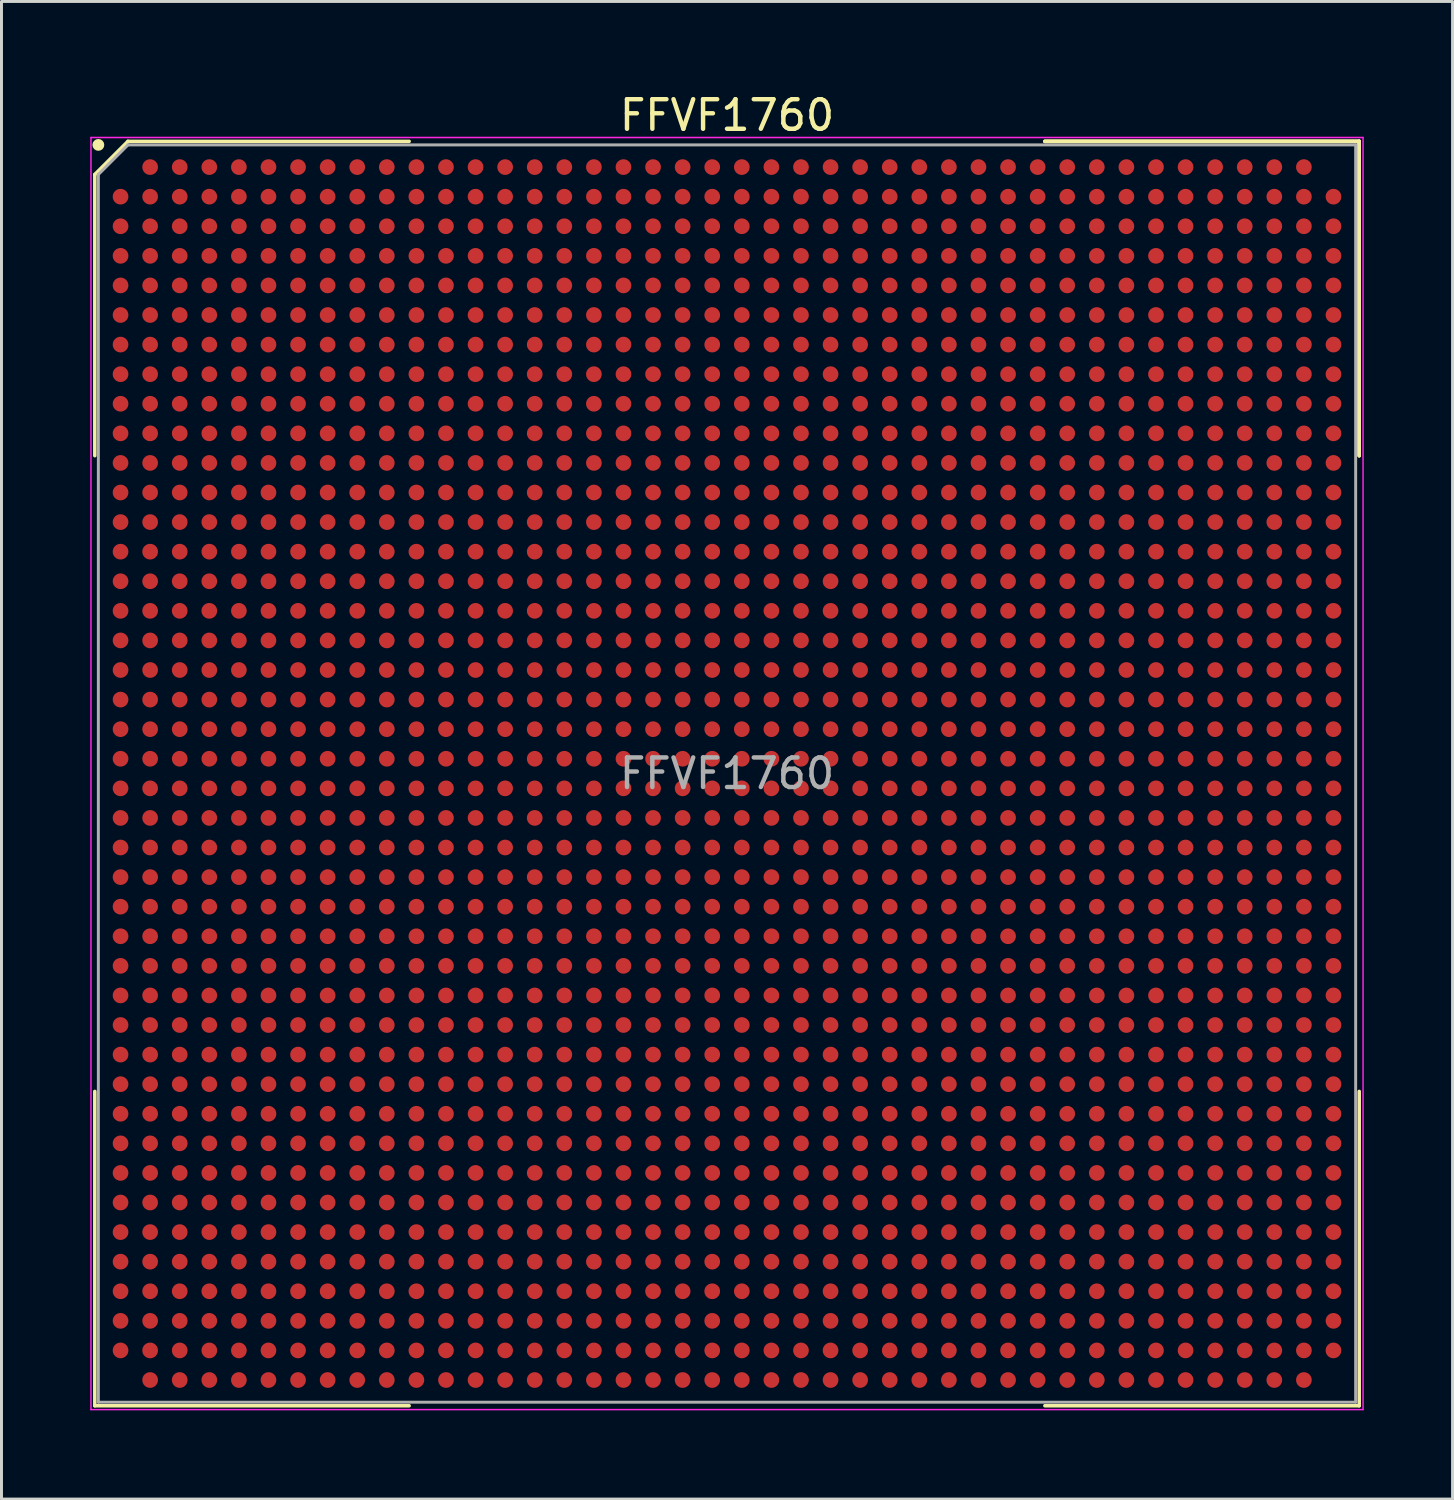
<source format=kicad_pcb>
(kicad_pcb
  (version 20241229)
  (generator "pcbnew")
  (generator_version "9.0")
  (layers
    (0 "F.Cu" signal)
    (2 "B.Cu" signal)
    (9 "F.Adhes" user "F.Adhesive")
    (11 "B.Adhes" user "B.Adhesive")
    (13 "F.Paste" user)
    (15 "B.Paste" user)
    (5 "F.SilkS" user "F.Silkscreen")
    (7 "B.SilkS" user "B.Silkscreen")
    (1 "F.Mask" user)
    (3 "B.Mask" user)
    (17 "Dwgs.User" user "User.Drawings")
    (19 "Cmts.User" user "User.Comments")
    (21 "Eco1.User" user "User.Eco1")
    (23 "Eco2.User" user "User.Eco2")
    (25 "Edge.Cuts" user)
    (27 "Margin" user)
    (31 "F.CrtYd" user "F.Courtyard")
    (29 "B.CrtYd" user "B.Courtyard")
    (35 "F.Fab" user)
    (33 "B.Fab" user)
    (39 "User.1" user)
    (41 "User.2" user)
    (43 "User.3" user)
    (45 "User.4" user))
  (footprint "FFVF1760"
    (layer "F.Cu")
    (at 21.525 23.098)
    (property "Reference" "FFVF1760" (at 0 -22.25 0) (layer "F.SilkS") (effects (font (size 1 1) (thickness 0.15))))
    (attr smd)
    (fp_line (start -21.37 -20.25) (end -21.37 -10.745) (stroke (width 0.12) (type solid)) (layer "F.SilkS"))
    (fp_line (start -21.37 21.37) (end -21.37 10.745) (stroke (width 0.12) (type solid)) (layer "F.SilkS"))
    (fp_line (start -20.25 -21.37) (end -21.37 -20.25) (stroke (width 0.12) (type solid)) (layer "F.SilkS"))
    (fp_line (start -10.745 -21.37) (end -20.25 -21.37) (stroke (width 0.12) (type solid)) (layer "F.SilkS"))
    (fp_line (start -10.745 21.37) (end -21.37 21.37) (stroke (width 0.12) (type solid)) (layer "F.SilkS"))
    (fp_line (start 10.745 -21.37) (end 21.37 -21.37) (stroke (width 0.12) (type solid)) (layer "F.SilkS"))
    (fp_line (start 10.745 -21.37) (end 21.37 -21.37) (stroke (width 0.12) (type solid)) (layer "F.SilkS"))
    (fp_line (start 10.745 -21.37) (end 21.37 -21.37) (stroke (width 0.12) (type solid)) (layer "F.SilkS"))
    (fp_line (start 10.745 21.37) (end 21.37 21.37) (stroke (width 0.12) (type solid)) (layer "F.SilkS"))
    (fp_line (start 21.37 -21.37) (end 21.37 -10.745) (stroke (width 0.12) (type solid)) (layer "F.SilkS"))
    (fp_line (start 21.37 -21.37) (end 21.37 -10.745) (stroke (width 0.12) (type solid)) (layer "F.SilkS"))
    (fp_line (start 21.37 -21.37) (end 21.37 -10.745) (stroke (width 0.12) (type solid)) (layer "F.SilkS"))
    (fp_line (start 21.37 21.37) (end 21.37 10.745) (stroke (width 0.12) (type solid)) (layer "F.SilkS"))
    (fp_circle (center -21.25 -21.25) (end -21.25 -21.15) (stroke (width 0.2) (type solid)) (fill no) (layer "F.SilkS"))
    (fp_line (start -21.5 -21.5) (end 21.5 -21.5) (stroke (width 0.05) (type solid)) (layer "F.CrtYd"))
    (fp_line (start -21.5 21.5) (end -21.5 -21.5) (stroke (width 0.05) (type solid)) (layer "F.CrtYd"))
    (fp_line (start 21.5 -21.5) (end 21.5 21.5) (stroke (width 0.05) (type solid)) (layer "F.CrtYd"))
    (fp_line (start 21.5 21.5) (end -21.5 21.5) (stroke (width 0.05) (type solid)) (layer "F.CrtYd"))
    (fp_line (start -21.25 -20.25) (end -21.25 21.25) (stroke (width 0.1) (type solid)) (layer "F.Fab"))
    (fp_line (start -21.25 21.25) (end 21.25 21.25) (stroke (width 0.1) (type solid)) (layer "F.Fab"))
    (fp_line (start -20.25 -21.25) (end -21.25 -20.25) (stroke (width 0.1) (type solid)) (layer "F.Fab"))
    (fp_line (start 21.25 -21.25) (end -20.25 -21.25) (stroke (width 0.1) (type solid)) (layer "F.Fab"))
    (fp_line (start 21.25 21.25) (end 21.25 -21.25) (stroke (width 0.1) (type solid)) (layer "F.Fab"))
    (fp_text user "${REFERENCE}" (at 0 0 0) (layer "F.Fab") (effects (font (size 1 1) (thickness 0.15))))
    (pad "A2" smd circle (at -19.5 -20.5) (size 0.53 0.53) (layers "F.Cu" "F.Mask" "F.Paste"))
    (pad "A3" smd circle (at -18.5 -20.5) (size 0.53 0.53) (layers "F.Cu" "F.Mask" "F.Paste"))
    (pad "A4" smd circle (at -17.5 -20.5) (size 0.53 0.53) (layers "F.Cu" "F.Mask" "F.Paste"))
    (pad "A5" smd circle (at -16.5 -20.5) (size 0.53 0.53) (layers "F.Cu" "F.Mask" "F.Paste"))
    (pad "A6" smd circle (at -15.5 -20.5) (size 0.53 0.53) (layers "F.Cu" "F.Mask" "F.Paste"))
    (pad "A7" smd circle (at -14.5 -20.5) (size 0.53 0.53) (layers "F.Cu" "F.Mask" "F.Paste"))
    (pad "A8" smd circle (at -13.5 -20.5) (size 0.53 0.53) (layers "F.Cu" "F.Mask" "F.Paste"))
    (pad "A9" smd circle (at -12.5 -20.5) (size 0.53 0.53) (layers "F.Cu" "F.Mask" "F.Paste"))
    (pad "A10" smd circle (at -11.5 -20.5) (size 0.53 0.53) (layers "F.Cu" "F.Mask" "F.Paste"))
    (pad "A11" smd circle (at -10.5 -20.5) (size 0.53 0.53) (layers "F.Cu" "F.Mask" "F.Paste"))
    (pad "A12" smd circle (at -9.5 -20.5) (size 0.53 0.53) (layers "F.Cu" "F.Mask" "F.Paste"))
    (pad "A13" smd circle (at -8.5 -20.5) (size 0.53 0.53) (layers "F.Cu" "F.Mask" "F.Paste"))
    (pad "A14" smd circle (at -7.5 -20.5) (size 0.53 0.53) (layers "F.Cu" "F.Mask" "F.Paste"))
    (pad "A15" smd circle (at -6.5 -20.5) (size 0.53 0.53) (layers "F.Cu" "F.Mask" "F.Paste"))
    (pad "A16" smd circle (at -5.5 -20.5) (size 0.53 0.53) (layers "F.Cu" "F.Mask" "F.Paste"))
    (pad "A17" smd circle (at -4.5 -20.5) (size 0.53 0.53) (layers "F.Cu" "F.Mask" "F.Paste"))
    (pad "A18" smd circle (at -3.5 -20.5) (size 0.53 0.53) (layers "F.Cu" "F.Mask" "F.Paste"))
    (pad "A19" smd circle (at -2.5 -20.5) (size 0.53 0.53) (layers "F.Cu" "F.Mask" "F.Paste"))
    (pad "A20" smd circle (at -1.5 -20.5) (size 0.53 0.53) (layers "F.Cu" "F.Mask" "F.Paste"))
    (pad "A21" smd circle (at -0.5 -20.5) (size 0.53 0.53) (layers "F.Cu" "F.Mask" "F.Paste"))
    (pad "A22" smd circle (at 0.5 -20.5) (size 0.53 0.53) (layers "F.Cu" "F.Mask" "F.Paste"))
    (pad "A23" smd circle (at 1.5 -20.5) (size 0.53 0.53) (layers "F.Cu" "F.Mask" "F.Paste"))
    (pad "A24" smd circle (at 2.5 -20.5) (size 0.53 0.53) (layers "F.Cu" "F.Mask" "F.Paste"))
    (pad "A25" smd circle (at 3.5 -20.5) (size 0.53 0.53) (layers "F.Cu" "F.Mask" "F.Paste"))
    (pad "A26" smd circle (at 4.5 -20.5) (size 0.53 0.53) (layers "F.Cu" "F.Mask" "F.Paste"))
    (pad "A27" smd circle (at 5.5 -20.5) (size 0.53 0.53) (layers "F.Cu" "F.Mask" "F.Paste"))
    (pad "A28" smd circle (at 6.5 -20.5) (size 0.53 0.53) (layers "F.Cu" "F.Mask" "F.Paste"))
    (pad "A29" smd circle (at 7.5 -20.5) (size 0.53 0.53) (layers "F.Cu" "F.Mask" "F.Paste"))
    (pad "A30" smd circle (at 8.5 -20.5) (size 0.53 0.53) (layers "F.Cu" "F.Mask" "F.Paste"))
    (pad "A31" smd circle (at 9.5 -20.5) (size 0.53 0.53) (layers "F.Cu" "F.Mask" "F.Paste"))
    (pad "A32" smd circle (at 10.5 -20.5) (size 0.53 0.53) (layers "F.Cu" "F.Mask" "F.Paste"))
    (pad "A33" smd circle (at 11.5 -20.5) (size 0.53 0.53) (layers "F.Cu" "F.Mask" "F.Paste"))
    (pad "A34" smd circle (at 12.5 -20.5) (size 0.53 0.53) (layers "F.Cu" "F.Mask" "F.Paste"))
    (pad "A35" smd circle (at 13.5 -20.5) (size 0.53 0.53) (layers "F.Cu" "F.Mask" "F.Paste"))
    (pad "A36" smd circle (at 14.5 -20.5) (size 0.53 0.53) (layers "F.Cu" "F.Mask" "F.Paste"))
    (pad "A37" smd circle (at 15.5 -20.5) (size 0.53 0.53) (layers "F.Cu" "F.Mask" "F.Paste"))
    (pad "A38" smd circle (at 16.5 -20.5) (size 0.53 0.53) (layers "F.Cu" "F.Mask" "F.Paste"))
    (pad "A39" smd circle (at 17.5 -20.5) (size 0.53 0.53) (layers "F.Cu" "F.Mask" "F.Paste"))
    (pad "A40" smd circle (at 18.5 -20.5) (size 0.53 0.53) (layers "F.Cu" "F.Mask" "F.Paste"))
    (pad "A41" smd circle (at 19.5 -20.5) (size 0.53 0.53) (layers "F.Cu" "F.Mask" "F.Paste"))
    (pad "AA1" smd circle (at -20.5 -0.5) (size 0.53 0.53) (layers "F.Cu" "F.Mask" "F.Paste"))
    (pad "AA2" smd circle (at -19.5 -0.5) (size 0.53 0.53) (layers "F.Cu" "F.Mask" "F.Paste"))
    (pad "AA3" smd circle (at -18.5 -0.5) (size 0.53 0.53) (layers "F.Cu" "F.Mask" "F.Paste"))
    (pad "AA4" smd circle (at -17.5 -0.5) (size 0.53 0.53) (layers "F.Cu" "F.Mask" "F.Paste"))
    (pad "AA5" smd circle (at -16.5 -0.5) (size 0.53 0.53) (layers "F.Cu" "F.Mask" "F.Paste"))
    (pad "AA6" smd circle (at -15.5 -0.5) (size 0.53 0.53) (layers "F.Cu" "F.Mask" "F.Paste"))
    (pad "AA7" smd circle (at -14.5 -0.5) (size 0.53 0.53) (layers "F.Cu" "F.Mask" "F.Paste"))
    (pad "AA8" smd circle (at -13.5 -0.5) (size 0.53 0.53) (layers "F.Cu" "F.Mask" "F.Paste"))
    (pad "AA9" smd circle (at -12.5 -0.5) (size 0.53 0.53) (layers "F.Cu" "F.Mask" "F.Paste"))
    (pad "AA10" smd circle (at -11.5 -0.5) (size 0.53 0.53) (layers "F.Cu" "F.Mask" "F.Paste"))
    (pad "AA11" smd circle (at -10.5 -0.5) (size 0.53 0.53) (layers "F.Cu" "F.Mask" "F.Paste"))
    (pad "AA12" smd circle (at -9.5 -0.5) (size 0.53 0.53) (layers "F.Cu" "F.Mask" "F.Paste"))
    (pad "AA13" smd circle (at -8.5 -0.5) (size 0.53 0.53) (layers "F.Cu" "F.Mask" "F.Paste"))
    (pad "AA14" smd circle (at -7.5 -0.5) (size 0.53 0.53) (layers "F.Cu" "F.Mask" "F.Paste"))
    (pad "AA15" smd circle (at -6.5 -0.5) (size 0.53 0.53) (layers "F.Cu" "F.Mask" "F.Paste"))
    (pad "AA16" smd circle (at -5.5 -0.5) (size 0.53 0.53) (layers "F.Cu" "F.Mask" "F.Paste"))
    (pad "AA17" smd circle (at -4.5 -0.5) (size 0.53 0.53) (layers "F.Cu" "F.Mask" "F.Paste"))
    (pad "AA18" smd circle (at -3.5 -0.5) (size 0.53 0.53) (layers "F.Cu" "F.Mask" "F.Paste"))
    (pad "AA19" smd circle (at -2.5 -0.5) (size 0.53 0.53) (layers "F.Cu" "F.Mask" "F.Paste"))
    (pad "AA20" smd circle (at -1.5 -0.5) (size 0.53 0.53) (layers "F.Cu" "F.Mask" "F.Paste"))
    (pad "AA21" smd circle (at -0.5 -0.5) (size 0.53 0.53) (layers "F.Cu" "F.Mask" "F.Paste"))
    (pad "AA22" smd circle (at 0.5 -0.5) (size 0.53 0.53) (layers "F.Cu" "F.Mask" "F.Paste"))
    (pad "AA23" smd circle (at 1.5 -0.5) (size 0.53 0.53) (layers "F.Cu" "F.Mask" "F.Paste"))
    (pad "AA24" smd circle (at 2.5 -0.5) (size 0.53 0.53) (layers "F.Cu" "F.Mask" "F.Paste"))
    (pad "AA25" smd circle (at 3.5 -0.5) (size 0.53 0.53) (layers "F.Cu" "F.Mask" "F.Paste"))
    (pad "AA26" smd circle (at 4.5 -0.5) (size 0.53 0.53) (layers "F.Cu" "F.Mask" "F.Paste"))
    (pad "AA27" smd circle (at 5.5 -0.5) (size 0.53 0.53) (layers "F.Cu" "F.Mask" "F.Paste"))
    (pad "AA28" smd circle (at 6.5 -0.5) (size 0.53 0.53) (layers "F.Cu" "F.Mask" "F.Paste"))
    (pad "AA29" smd circle (at 7.5 -0.5) (size 0.53 0.53) (layers "F.Cu" "F.Mask" "F.Paste"))
    (pad "AA30" smd circle (at 8.5 -0.5) (size 0.53 0.53) (layers "F.Cu" "F.Mask" "F.Paste"))
    (pad "AA31" smd circle (at 9.5 -0.5) (size 0.53 0.53) (layers "F.Cu" "F.Mask" "F.Paste"))
    (pad "AA32" smd circle (at 10.5 -0.5) (size 0.53 0.53) (layers "F.Cu" "F.Mask" "F.Paste"))
    (pad "AA33" smd circle (at 11.5 -0.5) (size 0.53 0.53) (layers "F.Cu" "F.Mask" "F.Paste"))
    (pad "AA34" smd circle (at 12.5 -0.5) (size 0.53 0.53) (layers "F.Cu" "F.Mask" "F.Paste"))
    (pad "AA35" smd circle (at 13.5 -0.5) (size 0.53 0.53) (layers "F.Cu" "F.Mask" "F.Paste"))
    (pad "AA36" smd circle (at 14.5 -0.5) (size 0.53 0.53) (layers "F.Cu" "F.Mask" "F.Paste"))
    (pad "AA37" smd circle (at 15.5 -0.5) (size 0.53 0.53) (layers "F.Cu" "F.Mask" "F.Paste"))
    (pad "AA38" smd circle (at 16.5 -0.5) (size 0.53 0.53) (layers "F.Cu" "F.Mask" "F.Paste"))
    (pad "AA39" smd circle (at 17.5 -0.5) (size 0.53 0.53) (layers "F.Cu" "F.Mask" "F.Paste"))
    (pad "AA40" smd circle (at 18.5 -0.5) (size 0.53 0.53) (layers "F.Cu" "F.Mask" "F.Paste"))
    (pad "AA41" smd circle (at 19.5 -0.5) (size 0.53 0.53) (layers "F.Cu" "F.Mask" "F.Paste"))
    (pad "AA42" smd circle (at 20.5 -0.5) (size 0.53 0.53) (layers "F.Cu" "F.Mask" "F.Paste"))
    (pad "AB1" smd circle (at -20.5 0.5) (size 0.53 0.53) (layers "F.Cu" "F.Mask" "F.Paste"))
    (pad "AB2" smd circle (at -19.5 0.5) (size 0.53 0.53) (layers "F.Cu" "F.Mask" "F.Paste"))
    (pad "AB3" smd circle (at -18.5 0.5) (size 0.53 0.53) (layers "F.Cu" "F.Mask" "F.Paste"))
    (pad "AB4" smd circle (at -17.5 0.5) (size 0.53 0.53) (layers "F.Cu" "F.Mask" "F.Paste"))
    (pad "AB5" smd circle (at -16.5 0.5) (size 0.53 0.53) (layers "F.Cu" "F.Mask" "F.Paste"))
    (pad "AB6" smd circle (at -15.5 0.5) (size 0.53 0.53) (layers "F.Cu" "F.Mask" "F.Paste"))
    (pad "AB7" smd circle (at -14.5 0.5) (size 0.53 0.53) (layers "F.Cu" "F.Mask" "F.Paste"))
    (pad "AB8" smd circle (at -13.5 0.5) (size 0.53 0.53) (layers "F.Cu" "F.Mask" "F.Paste"))
    (pad "AB9" smd circle (at -12.5 0.5) (size 0.53 0.53) (layers "F.Cu" "F.Mask" "F.Paste"))
    (pad "AB10" smd circle (at -11.5 0.5) (size 0.53 0.53) (layers "F.Cu" "F.Mask" "F.Paste"))
    (pad "AB11" smd circle (at -10.5 0.5) (size 0.53 0.53) (layers "F.Cu" "F.Mask" "F.Paste"))
    (pad "AB12" smd circle (at -9.5 0.5) (size 0.53 0.53) (layers "F.Cu" "F.Mask" "F.Paste"))
    (pad "AB13" smd circle (at -8.5 0.5) (size 0.53 0.53) (layers "F.Cu" "F.Mask" "F.Paste"))
    (pad "AB14" smd circle (at -7.5 0.5) (size 0.53 0.53) (layers "F.Cu" "F.Mask" "F.Paste"))
    (pad "AB15" smd circle (at -6.5 0.5) (size 0.53 0.53) (layers "F.Cu" "F.Mask" "F.Paste"))
    (pad "AB16" smd circle (at -5.5 0.5) (size 0.53 0.53) (layers "F.Cu" "F.Mask" "F.Paste"))
    (pad "AB17" smd circle (at -4.5 0.5) (size 0.53 0.53) (layers "F.Cu" "F.Mask" "F.Paste"))
    (pad "AB18" smd circle (at -3.5 0.5) (size 0.53 0.53) (layers "F.Cu" "F.Mask" "F.Paste"))
    (pad "AB19" smd circle (at -2.5 0.5) (size 0.53 0.53) (layers "F.Cu" "F.Mask" "F.Paste"))
    (pad "AB20" smd circle (at -1.5 0.5) (size 0.53 0.53) (layers "F.Cu" "F.Mask" "F.Paste"))
    (pad "AB21" smd circle (at -0.5 0.5) (size 0.53 0.53) (layers "F.Cu" "F.Mask" "F.Paste"))
    (pad "AB22" smd circle (at 0.5 0.5) (size 0.53 0.53) (layers "F.Cu" "F.Mask" "F.Paste"))
    (pad "AB23" smd circle (at 1.5 0.5) (size 0.53 0.53) (layers "F.Cu" "F.Mask" "F.Paste"))
    (pad "AB24" smd circle (at 2.5 0.5) (size 0.53 0.53) (layers "F.Cu" "F.Mask" "F.Paste"))
    (pad "AB25" smd circle (at 3.5 0.5) (size 0.53 0.53) (layers "F.Cu" "F.Mask" "F.Paste"))
    (pad "AB26" smd circle (at 4.5 0.5) (size 0.53 0.53) (layers "F.Cu" "F.Mask" "F.Paste"))
    (pad "AB27" smd circle (at 5.5 0.5) (size 0.53 0.53) (layers "F.Cu" "F.Mask" "F.Paste"))
    (pad "AB28" smd circle (at 6.5 0.5) (size 0.53 0.53) (layers "F.Cu" "F.Mask" "F.Paste"))
    (pad "AB29" smd circle (at 7.5 0.5) (size 0.53 0.53) (layers "F.Cu" "F.Mask" "F.Paste"))
    (pad "AB30" smd circle (at 8.5 0.5) (size 0.53 0.53) (layers "F.Cu" "F.Mask" "F.Paste"))
    (pad "AB31" smd circle (at 9.5 0.5) (size 0.53 0.53) (layers "F.Cu" "F.Mask" "F.Paste"))
    (pad "AB32" smd circle (at 10.5 0.5) (size 0.53 0.53) (layers "F.Cu" "F.Mask" "F.Paste"))
    (pad "AB33" smd circle (at 11.5 0.5) (size 0.53 0.53) (layers "F.Cu" "F.Mask" "F.Paste"))
    (pad "AB34" smd circle (at 12.5 0.5) (size 0.53 0.53) (layers "F.Cu" "F.Mask" "F.Paste"))
    (pad "AB35" smd circle (at 13.5 0.5) (size 0.53 0.53) (layers "F.Cu" "F.Mask" "F.Paste"))
    (pad "AB36" smd circle (at 14.5 0.5) (size 0.53 0.53) (layers "F.Cu" "F.Mask" "F.Paste"))
    (pad "AB37" smd circle (at 15.5 0.5) (size 0.53 0.53) (layers "F.Cu" "F.Mask" "F.Paste"))
    (pad "AB38" smd circle (at 16.5 0.5) (size 0.53 0.53) (layers "F.Cu" "F.Mask" "F.Paste"))
    (pad "AB39" smd circle (at 17.5 0.5) (size 0.53 0.53) (layers "F.Cu" "F.Mask" "F.Paste"))
    (pad "AB40" smd circle (at 18.5 0.5) (size 0.53 0.53) (layers "F.Cu" "F.Mask" "F.Paste"))
    (pad "AB41" smd circle (at 19.5 0.5) (size 0.53 0.53) (layers "F.Cu" "F.Mask" "F.Paste"))
    (pad "AB42" smd circle (at 20.5 0.5) (size 0.53 0.53) (layers "F.Cu" "F.Mask" "F.Paste"))
    (pad "AC1" smd circle (at -20.5 1.5) (size 0.53 0.53) (layers "F.Cu" "F.Mask" "F.Paste"))
    (pad "AC2" smd circle (at -19.5 1.5) (size 0.53 0.53) (layers "F.Cu" "F.Mask" "F.Paste"))
    (pad "AC3" smd circle (at -18.5 1.5) (size 0.53 0.53) (layers "F.Cu" "F.Mask" "F.Paste"))
    (pad "AC4" smd circle (at -17.5 1.5) (size 0.53 0.53) (layers "F.Cu" "F.Mask" "F.Paste"))
    (pad "AC5" smd circle (at -16.5 1.5) (size 0.53 0.53) (layers "F.Cu" "F.Mask" "F.Paste"))
    (pad "AC6" smd circle (at -15.5 1.5) (size 0.53 0.53) (layers "F.Cu" "F.Mask" "F.Paste"))
    (pad "AC7" smd circle (at -14.5 1.5) (size 0.53 0.53) (layers "F.Cu" "F.Mask" "F.Paste"))
    (pad "AC8" smd circle (at -13.5 1.5) (size 0.53 0.53) (layers "F.Cu" "F.Mask" "F.Paste"))
    (pad "AC9" smd circle (at -12.5 1.5) (size 0.53 0.53) (layers "F.Cu" "F.Mask" "F.Paste"))
    (pad "AC10" smd circle (at -11.5 1.5) (size 0.53 0.53) (layers "F.Cu" "F.Mask" "F.Paste"))
    (pad "AC11" smd circle (at -10.5 1.5) (size 0.53 0.53) (layers "F.Cu" "F.Mask" "F.Paste"))
    (pad "AC12" smd circle (at -9.5 1.5) (size 0.53 0.53) (layers "F.Cu" "F.Mask" "F.Paste"))
    (pad "AC13" smd circle (at -8.5 1.5) (size 0.53 0.53) (layers "F.Cu" "F.Mask" "F.Paste"))
    (pad "AC14" smd circle (at -7.5 1.5) (size 0.53 0.53) (layers "F.Cu" "F.Mask" "F.Paste"))
    (pad "AC15" smd circle (at -6.5 1.5) (size 0.53 0.53) (layers "F.Cu" "F.Mask" "F.Paste"))
    (pad "AC16" smd circle (at -5.5 1.5) (size 0.53 0.53) (layers "F.Cu" "F.Mask" "F.Paste"))
    (pad "AC17" smd circle (at -4.5 1.5) (size 0.53 0.53) (layers "F.Cu" "F.Mask" "F.Paste"))
    (pad "AC18" smd circle (at -3.5 1.5) (size 0.53 0.53) (layers "F.Cu" "F.Mask" "F.Paste"))
    (pad "AC19" smd circle (at -2.5 1.5) (size 0.53 0.53) (layers "F.Cu" "F.Mask" "F.Paste"))
    (pad "AC20" smd circle (at -1.5 1.5) (size 0.53 0.53) (layers "F.Cu" "F.Mask" "F.Paste"))
    (pad "AC21" smd circle (at -0.5 1.5) (size 0.53 0.53) (layers "F.Cu" "F.Mask" "F.Paste"))
    (pad "AC22" smd circle (at 0.5 1.5) (size 0.53 0.53) (layers "F.Cu" "F.Mask" "F.Paste"))
    (pad "AC23" smd circle (at 1.5 1.5) (size 0.53 0.53) (layers "F.Cu" "F.Mask" "F.Paste"))
    (pad "AC24" smd circle (at 2.5 1.5) (size 0.53 0.53) (layers "F.Cu" "F.Mask" "F.Paste"))
    (pad "AC25" smd circle (at 3.5 1.5) (size 0.53 0.53) (layers "F.Cu" "F.Mask" "F.Paste"))
    (pad "AC26" smd circle (at 4.5 1.5) (size 0.53 0.53) (layers "F.Cu" "F.Mask" "F.Paste"))
    (pad "AC27" smd circle (at 5.5 1.5) (size 0.53 0.53) (layers "F.Cu" "F.Mask" "F.Paste"))
    (pad "AC28" smd circle (at 6.5 1.5) (size 0.53 0.53) (layers "F.Cu" "F.Mask" "F.Paste"))
    (pad "AC29" smd circle (at 7.5 1.5) (size 0.53 0.53) (layers "F.Cu" "F.Mask" "F.Paste"))
    (pad "AC30" smd circle (at 8.5 1.5) (size 0.53 0.53) (layers "F.Cu" "F.Mask" "F.Paste"))
    (pad "AC31" smd circle (at 9.5 1.5) (size 0.53 0.53) (layers "F.Cu" "F.Mask" "F.Paste"))
    (pad "AC32" smd circle (at 10.5 1.5) (size 0.53 0.53) (layers "F.Cu" "F.Mask" "F.Paste"))
    (pad "AC33" smd circle (at 11.5 1.5) (size 0.53 0.53) (layers "F.Cu" "F.Mask" "F.Paste"))
    (pad "AC34" smd circle (at 12.5 1.5) (size 0.53 0.53) (layers "F.Cu" "F.Mask" "F.Paste"))
    (pad "AC35" smd circle (at 13.5 1.5) (size 0.53 0.53) (layers "F.Cu" "F.Mask" "F.Paste"))
    (pad "AC36" smd circle (at 14.5 1.5) (size 0.53 0.53) (layers "F.Cu" "F.Mask" "F.Paste"))
    (pad "AC37" smd circle (at 15.5 1.5) (size 0.53 0.53) (layers "F.Cu" "F.Mask" "F.Paste"))
    (pad "AC38" smd circle (at 16.5 1.5) (size 0.53 0.53) (layers "F.Cu" "F.Mask" "F.Paste"))
    (pad "AC39" smd circle (at 17.5 1.5) (size 0.53 0.53) (layers "F.Cu" "F.Mask" "F.Paste"))
    (pad "AC40" smd circle (at 18.5 1.5) (size 0.53 0.53) (layers "F.Cu" "F.Mask" "F.Paste"))
    (pad "AC41" smd circle (at 19.5 1.5) (size 0.53 0.53) (layers "F.Cu" "F.Mask" "F.Paste"))
    (pad "AC42" smd circle (at 20.5 1.5) (size 0.53 0.53) (layers "F.Cu" "F.Mask" "F.Paste"))
    (pad "AD1" smd circle (at -20.5 2.5) (size 0.53 0.53) (layers "F.Cu" "F.Mask" "F.Paste"))
    (pad "AD2" smd circle (at -19.5 2.5) (size 0.53 0.53) (layers "F.Cu" "F.Mask" "F.Paste"))
    (pad "AD3" smd circle (at -18.5 2.5) (size 0.53 0.53) (layers "F.Cu" "F.Mask" "F.Paste"))
    (pad "AD4" smd circle (at -17.5 2.5) (size 0.53 0.53) (layers "F.Cu" "F.Mask" "F.Paste"))
    (pad "AD5" smd circle (at -16.5 2.5) (size 0.53 0.53) (layers "F.Cu" "F.Mask" "F.Paste"))
    (pad "AD6" smd circle (at -15.5 2.5) (size 0.53 0.53) (layers "F.Cu" "F.Mask" "F.Paste"))
    (pad "AD7" smd circle (at -14.5 2.5) (size 0.53 0.53) (layers "F.Cu" "F.Mask" "F.Paste"))
    (pad "AD8" smd circle (at -13.5 2.5) (size 0.53 0.53) (layers "F.Cu" "F.Mask" "F.Paste"))
    (pad "AD9" smd circle (at -12.5 2.5) (size 0.53 0.53) (layers "F.Cu" "F.Mask" "F.Paste"))
    (pad "AD10" smd circle (at -11.5 2.5) (size 0.53 0.53) (layers "F.Cu" "F.Mask" "F.Paste"))
    (pad "AD11" smd circle (at -10.5 2.5) (size 0.53 0.53) (layers "F.Cu" "F.Mask" "F.Paste"))
    (pad "AD12" smd circle (at -9.5 2.5) (size 0.53 0.53) (layers "F.Cu" "F.Mask" "F.Paste"))
    (pad "AD13" smd circle (at -8.5 2.5) (size 0.53 0.53) (layers "F.Cu" "F.Mask" "F.Paste"))
    (pad "AD14" smd circle (at -7.5 2.5) (size 0.53 0.53) (layers "F.Cu" "F.Mask" "F.Paste"))
    (pad "AD15" smd circle (at -6.5 2.5) (size 0.53 0.53) (layers "F.Cu" "F.Mask" "F.Paste"))
    (pad "AD16" smd circle (at -5.5 2.5) (size 0.53 0.53) (layers "F.Cu" "F.Mask" "F.Paste"))
    (pad "AD17" smd circle (at -4.5 2.5) (size 0.53 0.53) (layers "F.Cu" "F.Mask" "F.Paste"))
    (pad "AD18" smd circle (at -3.5 2.5) (size 0.53 0.53) (layers "F.Cu" "F.Mask" "F.Paste"))
    (pad "AD19" smd circle (at -2.5 2.5) (size 0.53 0.53) (layers "F.Cu" "F.Mask" "F.Paste"))
    (pad "AD20" smd circle (at -1.5 2.5) (size 0.53 0.53) (layers "F.Cu" "F.Mask" "F.Paste"))
    (pad "AD21" smd circle (at -0.5 2.5) (size 0.53 0.53) (layers "F.Cu" "F.Mask" "F.Paste"))
    (pad "AD22" smd circle (at 0.5 2.5) (size 0.53 0.53) (layers "F.Cu" "F.Mask" "F.Paste"))
    (pad "AD23" smd circle (at 1.5 2.5) (size 0.53 0.53) (layers "F.Cu" "F.Mask" "F.Paste"))
    (pad "AD24" smd circle (at 2.5 2.5) (size 0.53 0.53) (layers "F.Cu" "F.Mask" "F.Paste"))
    (pad "AD25" smd circle (at 3.5 2.5) (size 0.53 0.53) (layers "F.Cu" "F.Mask" "F.Paste"))
    (pad "AD26" smd circle (at 4.5 2.5) (size 0.53 0.53) (layers "F.Cu" "F.Mask" "F.Paste"))
    (pad "AD27" smd circle (at 5.5 2.5) (size 0.53 0.53) (layers "F.Cu" "F.Mask" "F.Paste"))
    (pad "AD28" smd circle (at 6.5 2.5) (size 0.53 0.53) (layers "F.Cu" "F.Mask" "F.Paste"))
    (pad "AD29" smd circle (at 7.5 2.5) (size 0.53 0.53) (layers "F.Cu" "F.Mask" "F.Paste"))
    (pad "AD30" smd circle (at 8.5 2.5) (size 0.53 0.53) (layers "F.Cu" "F.Mask" "F.Paste"))
    (pad "AD31" smd circle (at 9.5 2.5) (size 0.53 0.53) (layers "F.Cu" "F.Mask" "F.Paste"))
    (pad "AD32" smd circle (at 10.5 2.5) (size 0.53 0.53) (layers "F.Cu" "F.Mask" "F.Paste"))
    (pad "AD33" smd circle (at 11.5 2.5) (size 0.53 0.53) (layers "F.Cu" "F.Mask" "F.Paste"))
    (pad "AD34" smd circle (at 12.5 2.5) (size 0.53 0.53) (layers "F.Cu" "F.Mask" "F.Paste"))
    (pad "AD35" smd circle (at 13.5 2.5) (size 0.53 0.53) (layers "F.Cu" "F.Mask" "F.Paste"))
    (pad "AD36" smd circle (at 14.5 2.5) (size 0.53 0.53) (layers "F.Cu" "F.Mask" "F.Paste"))
    (pad "AD37" smd circle (at 15.5 2.5) (size 0.53 0.53) (layers "F.Cu" "F.Mask" "F.Paste"))
    (pad "AD38" smd circle (at 16.5 2.5) (size 0.53 0.53) (layers "F.Cu" "F.Mask" "F.Paste"))
    (pad "AD39" smd circle (at 17.5 2.5) (size 0.53 0.53) (layers "F.Cu" "F.Mask" "F.Paste"))
    (pad "AD40" smd circle (at 18.5 2.5) (size 0.53 0.53) (layers "F.Cu" "F.Mask" "F.Paste"))
    (pad "AD41" smd circle (at 19.5 2.5) (size 0.53 0.53) (layers "F.Cu" "F.Mask" "F.Paste"))
    (pad "AD42" smd circle (at 20.5 2.5) (size 0.53 0.53) (layers "F.Cu" "F.Mask" "F.Paste"))
    (pad "AE1" smd circle (at -20.5 3.5) (size 0.53 0.53) (layers "F.Cu" "F.Mask" "F.Paste"))
    (pad "AE2" smd circle (at -19.5 3.5) (size 0.53 0.53) (layers "F.Cu" "F.Mask" "F.Paste"))
    (pad "AE3" smd circle (at -18.5 3.5) (size 0.53 0.53) (layers "F.Cu" "F.Mask" "F.Paste"))
    (pad "AE4" smd circle (at -17.5 3.5) (size 0.53 0.53) (layers "F.Cu" "F.Mask" "F.Paste"))
    (pad "AE5" smd circle (at -16.5 3.5) (size 0.53 0.53) (layers "F.Cu" "F.Mask" "F.Paste"))
    (pad "AE6" smd circle (at -15.5 3.5) (size 0.53 0.53) (layers "F.Cu" "F.Mask" "F.Paste"))
    (pad "AE7" smd circle (at -14.5 3.5) (size 0.53 0.53) (layers "F.Cu" "F.Mask" "F.Paste"))
    (pad "AE8" smd circle (at -13.5 3.5) (size 0.53 0.53) (layers "F.Cu" "F.Mask" "F.Paste"))
    (pad "AE9" smd circle (at -12.5 3.5) (size 0.53 0.53) (layers "F.Cu" "F.Mask" "F.Paste"))
    (pad "AE10" smd circle (at -11.5 3.5) (size 0.53 0.53) (layers "F.Cu" "F.Mask" "F.Paste"))
    (pad "AE11" smd circle (at -10.5 3.5) (size 0.53 0.53) (layers "F.Cu" "F.Mask" "F.Paste"))
    (pad "AE12" smd circle (at -9.5 3.5) (size 0.53 0.53) (layers "F.Cu" "F.Mask" "F.Paste"))
    (pad "AE13" smd circle (at -8.5 3.5) (size 0.53 0.53) (layers "F.Cu" "F.Mask" "F.Paste"))
    (pad "AE14" smd circle (at -7.5 3.5) (size 0.53 0.53) (layers "F.Cu" "F.Mask" "F.Paste"))
    (pad "AE15" smd circle (at -6.5 3.5) (size 0.53 0.53) (layers "F.Cu" "F.Mask" "F.Paste"))
    (pad "AE16" smd circle (at -5.5 3.5) (size 0.53 0.53) (layers "F.Cu" "F.Mask" "F.Paste"))
    (pad "AE17" smd circle (at -4.5 3.5) (size 0.53 0.53) (layers "F.Cu" "F.Mask" "F.Paste"))
    (pad "AE18" smd circle (at -3.5 3.5) (size 0.53 0.53) (layers "F.Cu" "F.Mask" "F.Paste"))
    (pad "AE19" smd circle (at -2.5 3.5) (size 0.53 0.53) (layers "F.Cu" "F.Mask" "F.Paste"))
    (pad "AE20" smd circle (at -1.5 3.5) (size 0.53 0.53) (layers "F.Cu" "F.Mask" "F.Paste"))
    (pad "AE21" smd circle (at -0.5 3.5) (size 0.53 0.53) (layers "F.Cu" "F.Mask" "F.Paste"))
    (pad "AE22" smd circle (at 0.5 3.5) (size 0.53 0.53) (layers "F.Cu" "F.Mask" "F.Paste"))
    (pad "AE23" smd circle (at 1.5 3.5) (size 0.53 0.53) (layers "F.Cu" "F.Mask" "F.Paste"))
    (pad "AE24" smd circle (at 2.5 3.5) (size 0.53 0.53) (layers "F.Cu" "F.Mask" "F.Paste"))
    (pad "AE25" smd circle (at 3.5 3.5) (size 0.53 0.53) (layers "F.Cu" "F.Mask" "F.Paste"))
    (pad "AE26" smd circle (at 4.5 3.5) (size 0.53 0.53) (layers "F.Cu" "F.Mask" "F.Paste"))
    (pad "AE27" smd circle (at 5.5 3.5) (size 0.53 0.53) (layers "F.Cu" "F.Mask" "F.Paste"))
    (pad "AE28" smd circle (at 6.5 3.5) (size 0.53 0.53) (layers "F.Cu" "F.Mask" "F.Paste"))
    (pad "AE29" smd circle (at 7.5 3.5) (size 0.53 0.53) (layers "F.Cu" "F.Mask" "F.Paste"))
    (pad "AE30" smd circle (at 8.5 3.5) (size 0.53 0.53) (layers "F.Cu" "F.Mask" "F.Paste"))
    (pad "AE31" smd circle (at 9.5 3.5) (size 0.53 0.53) (layers "F.Cu" "F.Mask" "F.Paste"))
    (pad "AE32" smd circle (at 10.5 3.5) (size 0.53 0.53) (layers "F.Cu" "F.Mask" "F.Paste"))
    (pad "AE33" smd circle (at 11.5 3.5) (size 0.53 0.53) (layers "F.Cu" "F.Mask" "F.Paste"))
    (pad "AE34" smd circle (at 12.5 3.5) (size 0.53 0.53) (layers "F.Cu" "F.Mask" "F.Paste"))
    (pad "AE35" smd circle (at 13.5 3.5) (size 0.53 0.53) (layers "F.Cu" "F.Mask" "F.Paste"))
    (pad "AE36" smd circle (at 14.5 3.5) (size 0.53 0.53) (layers "F.Cu" "F.Mask" "F.Paste"))
    (pad "AE37" smd circle (at 15.5 3.5) (size 0.53 0.53) (layers "F.Cu" "F.Mask" "F.Paste"))
    (pad "AE38" smd circle (at 16.5 3.5) (size 0.53 0.53) (layers "F.Cu" "F.Mask" "F.Paste"))
    (pad "AE39" smd circle (at 17.5 3.5) (size 0.53 0.53) (layers "F.Cu" "F.Mask" "F.Paste"))
    (pad "AE40" smd circle (at 18.5 3.5) (size 0.53 0.53) (layers "F.Cu" "F.Mask" "F.Paste"))
    (pad "AE41" smd circle (at 19.5 3.5) (size 0.53 0.53) (layers "F.Cu" "F.Mask" "F.Paste"))
    (pad "AE42" smd circle (at 20.5 3.5) (size 0.53 0.53) (layers "F.Cu" "F.Mask" "F.Paste"))
    (pad "AF1" smd circle (at -20.5 4.5) (size 0.53 0.53) (layers "F.Cu" "F.Mask" "F.Paste"))
    (pad "AF2" smd circle (at -19.5 4.5) (size 0.53 0.53) (layers "F.Cu" "F.Mask" "F.Paste"))
    (pad "AF3" smd circle (at -18.5 4.5) (size 0.53 0.53) (layers "F.Cu" "F.Mask" "F.Paste"))
    (pad "AF4" smd circle (at -17.5 4.5) (size 0.53 0.53) (layers "F.Cu" "F.Mask" "F.Paste"))
    (pad "AF5" smd circle (at -16.5 4.5) (size 0.53 0.53) (layers "F.Cu" "F.Mask" "F.Paste"))
    (pad "AF6" smd circle (at -15.5 4.5) (size 0.53 0.53) (layers "F.Cu" "F.Mask" "F.Paste"))
    (pad "AF7" smd circle (at -14.5 4.5) (size 0.53 0.53) (layers "F.Cu" "F.Mask" "F.Paste"))
    (pad "AF8" smd circle (at -13.5 4.5) (size 0.53 0.53) (layers "F.Cu" "F.Mask" "F.Paste"))
    (pad "AF9" smd circle (at -12.5 4.5) (size 0.53 0.53) (layers "F.Cu" "F.Mask" "F.Paste"))
    (pad "AF10" smd circle (at -11.5 4.5) (size 0.53 0.53) (layers "F.Cu" "F.Mask" "F.Paste"))
    (pad "AF11" smd circle (at -10.5 4.5) (size 0.53 0.53) (layers "F.Cu" "F.Mask" "F.Paste"))
    (pad "AF12" smd circle (at -9.5 4.5) (size 0.53 0.53) (layers "F.Cu" "F.Mask" "F.Paste"))
    (pad "AF13" smd circle (at -8.5 4.5) (size 0.53 0.53) (layers "F.Cu" "F.Mask" "F.Paste"))
    (pad "AF14" smd circle (at -7.5 4.5) (size 0.53 0.53) (layers "F.Cu" "F.Mask" "F.Paste"))
    (pad "AF15" smd circle (at -6.5 4.5) (size 0.53 0.53) (layers "F.Cu" "F.Mask" "F.Paste"))
    (pad "AF16" smd circle (at -5.5 4.5) (size 0.53 0.53) (layers "F.Cu" "F.Mask" "F.Paste"))
    (pad "AF17" smd circle (at -4.5 4.5) (size 0.53 0.53) (layers "F.Cu" "F.Mask" "F.Paste"))
    (pad "AF18" smd circle (at -3.5 4.5) (size 0.53 0.53) (layers "F.Cu" "F.Mask" "F.Paste"))
    (pad "AF19" smd circle (at -2.5 4.5) (size 0.53 0.53) (layers "F.Cu" "F.Mask" "F.Paste"))
    (pad "AF20" smd circle (at -1.5 4.5) (size 0.53 0.53) (layers "F.Cu" "F.Mask" "F.Paste"))
    (pad "AF21" smd circle (at -0.5 4.5) (size 0.53 0.53) (layers "F.Cu" "F.Mask" "F.Paste"))
    (pad "AF22" smd circle (at 0.5 4.5) (size 0.53 0.53) (layers "F.Cu" "F.Mask" "F.Paste"))
    (pad "AF23" smd circle (at 1.5 4.5) (size 0.53 0.53) (layers "F.Cu" "F.Mask" "F.Paste"))
    (pad "AF24" smd circle (at 2.5 4.5) (size 0.53 0.53) (layers "F.Cu" "F.Mask" "F.Paste"))
    (pad "AF25" smd circle (at 3.5 4.5) (size 0.53 0.53) (layers "F.Cu" "F.Mask" "F.Paste"))
    (pad "AF26" smd circle (at 4.5 4.5) (size 0.53 0.53) (layers "F.Cu" "F.Mask" "F.Paste"))
    (pad "AF27" smd circle (at 5.5 4.5) (size 0.53 0.53) (layers "F.Cu" "F.Mask" "F.Paste"))
    (pad "AF28" smd circle (at 6.5 4.5) (size 0.53 0.53) (layers "F.Cu" "F.Mask" "F.Paste"))
    (pad "AF29" smd circle (at 7.5 4.5) (size 0.53 0.53) (layers "F.Cu" "F.Mask" "F.Paste"))
    (pad "AF30" smd circle (at 8.5 4.5) (size 0.53 0.53) (layers "F.Cu" "F.Mask" "F.Paste"))
    (pad "AF31" smd circle (at 9.5 4.5) (size 0.53 0.53) (layers "F.Cu" "F.Mask" "F.Paste"))
    (pad "AF32" smd circle (at 10.5 4.5) (size 0.53 0.53) (layers "F.Cu" "F.Mask" "F.Paste"))
    (pad "AF33" smd circle (at 11.5 4.5) (size 0.53 0.53) (layers "F.Cu" "F.Mask" "F.Paste"))
    (pad "AF34" smd circle (at 12.5 4.5) (size 0.53 0.53) (layers "F.Cu" "F.Mask" "F.Paste"))
    (pad "AF35" smd circle (at 13.5 4.5) (size 0.53 0.53) (layers "F.Cu" "F.Mask" "F.Paste"))
    (pad "AF36" smd circle (at 14.5 4.5) (size 0.53 0.53) (layers "F.Cu" "F.Mask" "F.Paste"))
    (pad "AF37" smd circle (at 15.5 4.5) (size 0.53 0.53) (layers "F.Cu" "F.Mask" "F.Paste"))
    (pad "AF38" smd circle (at 16.5 4.5) (size 0.53 0.53) (layers "F.Cu" "F.Mask" "F.Paste"))
    (pad "AF39" smd circle (at 17.5 4.5) (size 0.53 0.53) (layers "F.Cu" "F.Mask" "F.Paste"))
    (pad "AF40" smd circle (at 18.5 4.5) (size 0.53 0.53) (layers "F.Cu" "F.Mask" "F.Paste"))
    (pad "AF41" smd circle (at 19.5 4.5) (size 0.53 0.53) (layers "F.Cu" "F.Mask" "F.Paste"))
    (pad "AF42" smd circle (at 20.5 4.5) (size 0.53 0.53) (layers "F.Cu" "F.Mask" "F.Paste"))
    (pad "AG1" smd circle (at -20.5 5.5) (size 0.53 0.53) (layers "F.Cu" "F.Mask" "F.Paste"))
    (pad "AG2" smd circle (at -19.5 5.5) (size 0.53 0.53) (layers "F.Cu" "F.Mask" "F.Paste"))
    (pad "AG3" smd circle (at -18.5 5.5) (size 0.53 0.53) (layers "F.Cu" "F.Mask" "F.Paste"))
    (pad "AG4" smd circle (at -17.5 5.5) (size 0.53 0.53) (layers "F.Cu" "F.Mask" "F.Paste"))
    (pad "AG5" smd circle (at -16.5 5.5) (size 0.53 0.53) (layers "F.Cu" "F.Mask" "F.Paste"))
    (pad "AG6" smd circle (at -15.5 5.5) (size 0.53 0.53) (layers "F.Cu" "F.Mask" "F.Paste"))
    (pad "AG7" smd circle (at -14.5 5.5) (size 0.53 0.53) (layers "F.Cu" "F.Mask" "F.Paste"))
    (pad "AG8" smd circle (at -13.5 5.5) (size 0.53 0.53) (layers "F.Cu" "F.Mask" "F.Paste"))
    (pad "AG9" smd circle (at -12.5 5.5) (size 0.53 0.53) (layers "F.Cu" "F.Mask" "F.Paste"))
    (pad "AG10" smd circle (at -11.5 5.5) (size 0.53 0.53) (layers "F.Cu" "F.Mask" "F.Paste"))
    (pad "AG11" smd circle (at -10.5 5.5) (size 0.53 0.53) (layers "F.Cu" "F.Mask" "F.Paste"))
    (pad "AG12" smd circle (at -9.5 5.5) (size 0.53 0.53) (layers "F.Cu" "F.Mask" "F.Paste"))
    (pad "AG13" smd circle (at -8.5 5.5) (size 0.53 0.53) (layers "F.Cu" "F.Mask" "F.Paste"))
    (pad "AG14" smd circle (at -7.5 5.5) (size 0.53 0.53) (layers "F.Cu" "F.Mask" "F.Paste"))
    (pad "AG15" smd circle (at -6.5 5.5) (size 0.53 0.53) (layers "F.Cu" "F.Mask" "F.Paste"))
    (pad "AG16" smd circle (at -5.5 5.5) (size 0.53 0.53) (layers "F.Cu" "F.Mask" "F.Paste"))
    (pad "AG17" smd circle (at -4.5 5.5) (size 0.53 0.53) (layers "F.Cu" "F.Mask" "F.Paste"))
    (pad "AG18" smd circle (at -3.5 5.5) (size 0.53 0.53) (layers "F.Cu" "F.Mask" "F.Paste"))
    (pad "AG19" smd circle (at -2.5 5.5) (size 0.53 0.53) (layers "F.Cu" "F.Mask" "F.Paste"))
    (pad "AG20" smd circle (at -1.5 5.5) (size 0.53 0.53) (layers "F.Cu" "F.Mask" "F.Paste"))
    (pad "AG21" smd circle (at -0.5 5.5) (size 0.53 0.53) (layers "F.Cu" "F.Mask" "F.Paste"))
    (pad "AG22" smd circle (at 0.5 5.5) (size 0.53 0.53) (layers "F.Cu" "F.Mask" "F.Paste"))
    (pad "AG23" smd circle (at 1.5 5.5) (size 0.53 0.53) (layers "F.Cu" "F.Mask" "F.Paste"))
    (pad "AG24" smd circle (at 2.5 5.5) (size 0.53 0.53) (layers "F.Cu" "F.Mask" "F.Paste"))
    (pad "AG25" smd circle (at 3.5 5.5) (size 0.53 0.53) (layers "F.Cu" "F.Mask" "F.Paste"))
    (pad "AG26" smd circle (at 4.5 5.5) (size 0.53 0.53) (layers "F.Cu" "F.Mask" "F.Paste"))
    (pad "AG27" smd circle (at 5.5 5.5) (size 0.53 0.53) (layers "F.Cu" "F.Mask" "F.Paste"))
    (pad "AG28" smd circle (at 6.5 5.5) (size 0.53 0.53) (layers "F.Cu" "F.Mask" "F.Paste"))
    (pad "AG29" smd circle (at 7.5 5.5) (size 0.53 0.53) (layers "F.Cu" "F.Mask" "F.Paste"))
    (pad "AG30" smd circle (at 8.5 5.5) (size 0.53 0.53) (layers "F.Cu" "F.Mask" "F.Paste"))
    (pad "AG31" smd circle (at 9.5 5.5) (size 0.53 0.53) (layers "F.Cu" "F.Mask" "F.Paste"))
    (pad "AG32" smd circle (at 10.5 5.5) (size 0.53 0.53) (layers "F.Cu" "F.Mask" "F.Paste"))
    (pad "AG33" smd circle (at 11.5 5.5) (size 0.53 0.53) (layers "F.Cu" "F.Mask" "F.Paste"))
    (pad "AG34" smd circle (at 12.5 5.5) (size 0.53 0.53) (layers "F.Cu" "F.Mask" "F.Paste"))
    (pad "AG35" smd circle (at 13.5 5.5) (size 0.53 0.53) (layers "F.Cu" "F.Mask" "F.Paste"))
    (pad "AG36" smd circle (at 14.5 5.5) (size 0.53 0.53) (layers "F.Cu" "F.Mask" "F.Paste"))
    (pad "AG37" smd circle (at 15.5 5.5) (size 0.53 0.53) (layers "F.Cu" "F.Mask" "F.Paste"))
    (pad "AG38" smd circle (at 16.5 5.5) (size 0.53 0.53) (layers "F.Cu" "F.Mask" "F.Paste"))
    (pad "AG39" smd circle (at 17.5 5.5) (size 0.53 0.53) (layers "F.Cu" "F.Mask" "F.Paste"))
    (pad "AG40" smd circle (at 18.5 5.5) (size 0.53 0.53) (layers "F.Cu" "F.Mask" "F.Paste"))
    (pad "AG41" smd circle (at 19.5 5.5) (size 0.53 0.53) (layers "F.Cu" "F.Mask" "F.Paste"))
    (pad "AG42" smd circle (at 20.5 5.5) (size 0.53 0.53) (layers "F.Cu" "F.Mask" "F.Paste"))
    (pad "AH1" smd circle (at -20.5 6.5) (size 0.53 0.53) (layers "F.Cu" "F.Mask" "F.Paste"))
    (pad "AH2" smd circle (at -19.5 6.5) (size 0.53 0.53) (layers "F.Cu" "F.Mask" "F.Paste"))
    (pad "AH3" smd circle (at -18.5 6.5) (size 0.53 0.53) (layers "F.Cu" "F.Mask" "F.Paste"))
    (pad "AH4" smd circle (at -17.5 6.5) (size 0.53 0.53) (layers "F.Cu" "F.Mask" "F.Paste"))
    (pad "AH5" smd circle (at -16.5 6.5) (size 0.53 0.53) (layers "F.Cu" "F.Mask" "F.Paste"))
    (pad "AH6" smd circle (at -15.5 6.5) (size 0.53 0.53) (layers "F.Cu" "F.Mask" "F.Paste"))
    (pad "AH7" smd circle (at -14.5 6.5) (size 0.53 0.53) (layers "F.Cu" "F.Mask" "F.Paste"))
    (pad "AH8" smd circle (at -13.5 6.5) (size 0.53 0.53) (layers "F.Cu" "F.Mask" "F.Paste"))
    (pad "AH9" smd circle (at -12.5 6.5) (size 0.53 0.53) (layers "F.Cu" "F.Mask" "F.Paste"))
    (pad "AH10" smd circle (at -11.5 6.5) (size 0.53 0.53) (layers "F.Cu" "F.Mask" "F.Paste"))
    (pad "AH11" smd circle (at -10.5 6.5) (size 0.53 0.53) (layers "F.Cu" "F.Mask" "F.Paste"))
    (pad "AH12" smd circle (at -9.5 6.5) (size 0.53 0.53) (layers "F.Cu" "F.Mask" "F.Paste"))
    (pad "AH13" smd circle (at -8.5 6.5) (size 0.53 0.53) (layers "F.Cu" "F.Mask" "F.Paste"))
    (pad "AH14" smd circle (at -7.5 6.5) (size 0.53 0.53) (layers "F.Cu" "F.Mask" "F.Paste"))
    (pad "AH15" smd circle (at -6.5 6.5) (size 0.53 0.53) (layers "F.Cu" "F.Mask" "F.Paste"))
    (pad "AH16" smd circle (at -5.5 6.5) (size 0.53 0.53) (layers "F.Cu" "F.Mask" "F.Paste"))
    (pad "AH17" smd circle (at -4.5 6.5) (size 0.53 0.53) (layers "F.Cu" "F.Mask" "F.Paste"))
    (pad "AH18" smd circle (at -3.5 6.5) (size 0.53 0.53) (layers "F.Cu" "F.Mask" "F.Paste"))
    (pad "AH19" smd circle (at -2.5 6.5) (size 0.53 0.53) (layers "F.Cu" "F.Mask" "F.Paste"))
    (pad "AH20" smd circle (at -1.5 6.5) (size 0.53 0.53) (layers "F.Cu" "F.Mask" "F.Paste"))
    (pad "AH21" smd circle (at -0.5 6.5) (size 0.53 0.53) (layers "F.Cu" "F.Mask" "F.Paste"))
    (pad "AH22" smd circle (at 0.5 6.5) (size 0.53 0.53) (layers "F.Cu" "F.Mask" "F.Paste"))
    (pad "AH23" smd circle (at 1.5 6.5) (size 0.53 0.53) (layers "F.Cu" "F.Mask" "F.Paste"))
    (pad "AH24" smd circle (at 2.5 6.5) (size 0.53 0.53) (layers "F.Cu" "F.Mask" "F.Paste"))
    (pad "AH25" smd circle (at 3.5 6.5) (size 0.53 0.53) (layers "F.Cu" "F.Mask" "F.Paste"))
    (pad "AH26" smd circle (at 4.5 6.5) (size 0.53 0.53) (layers "F.Cu" "F.Mask" "F.Paste"))
    (pad "AH27" smd circle (at 5.5 6.5) (size 0.53 0.53) (layers "F.Cu" "F.Mask" "F.Paste"))
    (pad "AH28" smd circle (at 6.5 6.5) (size 0.53 0.53) (layers "F.Cu" "F.Mask" "F.Paste"))
    (pad "AH29" smd circle (at 7.5 6.5) (size 0.53 0.53) (layers "F.Cu" "F.Mask" "F.Paste"))
    (pad "AH30" smd circle (at 8.5 6.5) (size 0.53 0.53) (layers "F.Cu" "F.Mask" "F.Paste"))
    (pad "AH31" smd circle (at 9.5 6.5) (size 0.53 0.53) (layers "F.Cu" "F.Mask" "F.Paste"))
    (pad "AH32" smd circle (at 10.5 6.5) (size 0.53 0.53) (layers "F.Cu" "F.Mask" "F.Paste"))
    (pad "AH33" smd circle (at 11.5 6.5) (size 0.53 0.53) (layers "F.Cu" "F.Mask" "F.Paste"))
    (pad "AH34" smd circle (at 12.5 6.5) (size 0.53 0.53) (layers "F.Cu" "F.Mask" "F.Paste"))
    (pad "AH35" smd circle (at 13.5 6.5) (size 0.53 0.53) (layers "F.Cu" "F.Mask" "F.Paste"))
    (pad "AH36" smd circle (at 14.5 6.5) (size 0.53 0.53) (layers "F.Cu" "F.Mask" "F.Paste"))
    (pad "AH37" smd circle (at 15.5 6.5) (size 0.53 0.53) (layers "F.Cu" "F.Mask" "F.Paste"))
    (pad "AH38" smd circle (at 16.5 6.5) (size 0.53 0.53) (layers "F.Cu" "F.Mask" "F.Paste"))
    (pad "AH39" smd circle (at 17.5 6.5) (size 0.53 0.53) (layers "F.Cu" "F.Mask" "F.Paste"))
    (pad "AH40" smd circle (at 18.5 6.5) (size 0.53 0.53) (layers "F.Cu" "F.Mask" "F.Paste"))
    (pad "AH41" smd circle (at 19.5 6.5) (size 0.53 0.53) (layers "F.Cu" "F.Mask" "F.Paste"))
    (pad "AH42" smd circle (at 20.5 6.5) (size 0.53 0.53) (layers "F.Cu" "F.Mask" "F.Paste"))
    (pad "AJ1" smd circle (at -20.5 7.5) (size 0.53 0.53) (layers "F.Cu" "F.Mask" "F.Paste"))
    (pad "AJ2" smd circle (at -19.5 7.5) (size 0.53 0.53) (layers "F.Cu" "F.Mask" "F.Paste"))
    (pad "AJ3" smd circle (at -18.5 7.5) (size 0.53 0.53) (layers "F.Cu" "F.Mask" "F.Paste"))
    (pad "AJ4" smd circle (at -17.5 7.5) (size 0.53 0.53) (layers "F.Cu" "F.Mask" "F.Paste"))
    (pad "AJ5" smd circle (at -16.5 7.5) (size 0.53 0.53) (layers "F.Cu" "F.Mask" "F.Paste"))
    (pad "AJ6" smd circle (at -15.5 7.5) (size 0.53 0.53) (layers "F.Cu" "F.Mask" "F.Paste"))
    (pad "AJ7" smd circle (at -14.5 7.5) (size 0.53 0.53) (layers "F.Cu" "F.Mask" "F.Paste"))
    (pad "AJ8" smd circle (at -13.5 7.5) (size 0.53 0.53) (layers "F.Cu" "F.Mask" "F.Paste"))
    (pad "AJ9" smd circle (at -12.5 7.5) (size 0.53 0.53) (layers "F.Cu" "F.Mask" "F.Paste"))
    (pad "AJ10" smd circle (at -11.5 7.5) (size 0.53 0.53) (layers "F.Cu" "F.Mask" "F.Paste"))
    (pad "AJ11" smd circle (at -10.5 7.5) (size 0.53 0.53) (layers "F.Cu" "F.Mask" "F.Paste"))
    (pad "AJ12" smd circle (at -9.5 7.5) (size 0.53 0.53) (layers "F.Cu" "F.Mask" "F.Paste"))
    (pad "AJ13" smd circle (at -8.5 7.5) (size 0.53 0.53) (layers "F.Cu" "F.Mask" "F.Paste"))
    (pad "AJ14" smd circle (at -7.5 7.5) (size 0.53 0.53) (layers "F.Cu" "F.Mask" "F.Paste"))
    (pad "AJ15" smd circle (at -6.5 7.5) (size 0.53 0.53) (layers "F.Cu" "F.Mask" "F.Paste"))
    (pad "AJ16" smd circle (at -5.5 7.5) (size 0.53 0.53) (layers "F.Cu" "F.Mask" "F.Paste"))
    (pad "AJ17" smd circle (at -4.5 7.5) (size 0.53 0.53) (layers "F.Cu" "F.Mask" "F.Paste"))
    (pad "AJ18" smd circle (at -3.5 7.5) (size 0.53 0.53) (layers "F.Cu" "F.Mask" "F.Paste"))
    (pad "AJ19" smd circle (at -2.5 7.5) (size 0.53 0.53) (layers "F.Cu" "F.Mask" "F.Paste"))
    (pad "AJ20" smd circle (at -1.5 7.5) (size 0.53 0.53) (layers "F.Cu" "F.Mask" "F.Paste"))
    (pad "AJ21" smd circle (at -0.5 7.5) (size 0.53 0.53) (layers "F.Cu" "F.Mask" "F.Paste"))
    (pad "AJ22" smd circle (at 0.5 7.5) (size 0.53 0.53) (layers "F.Cu" "F.Mask" "F.Paste"))
    (pad "AJ23" smd circle (at 1.5 7.5) (size 0.53 0.53) (layers "F.Cu" "F.Mask" "F.Paste"))
    (pad "AJ24" smd circle (at 2.5 7.5) (size 0.53 0.53) (layers "F.Cu" "F.Mask" "F.Paste"))
    (pad "AJ25" smd circle (at 3.5 7.5) (size 0.53 0.53) (layers "F.Cu" "F.Mask" "F.Paste"))
    (pad "AJ26" smd circle (at 4.5 7.5) (size 0.53 0.53) (layers "F.Cu" "F.Mask" "F.Paste"))
    (pad "AJ27" smd circle (at 5.5 7.5) (size 0.53 0.53) (layers "F.Cu" "F.Mask" "F.Paste"))
    (pad "AJ28" smd circle (at 6.5 7.5) (size 0.53 0.53) (layers "F.Cu" "F.Mask" "F.Paste"))
    (pad "AJ29" smd circle (at 7.5 7.5) (size 0.53 0.53) (layers "F.Cu" "F.Mask" "F.Paste"))
    (pad "AJ30" smd circle (at 8.5 7.5) (size 0.53 0.53) (layers "F.Cu" "F.Mask" "F.Paste"))
    (pad "AJ31" smd circle (at 9.5 7.5) (size 0.53 0.53) (layers "F.Cu" "F.Mask" "F.Paste"))
    (pad "AJ32" smd circle (at 10.5 7.5) (size 0.53 0.53) (layers "F.Cu" "F.Mask" "F.Paste"))
    (pad "AJ33" smd circle (at 11.5 7.5) (size 0.53 0.53) (layers "F.Cu" "F.Mask" "F.Paste"))
    (pad "AJ34" smd circle (at 12.5 7.5) (size 0.53 0.53) (layers "F.Cu" "F.Mask" "F.Paste"))
    (pad "AJ35" smd circle (at 13.5 7.5) (size 0.53 0.53) (layers "F.Cu" "F.Mask" "F.Paste"))
    (pad "AJ36" smd circle (at 14.5 7.5) (size 0.53 0.53) (layers "F.Cu" "F.Mask" "F.Paste"))
    (pad "AJ37" smd circle (at 15.5 7.5) (size 0.53 0.53) (layers "F.Cu" "F.Mask" "F.Paste"))
    (pad "AJ38" smd circle (at 16.5 7.5) (size 0.53 0.53) (layers "F.Cu" "F.Mask" "F.Paste"))
    (pad "AJ39" smd circle (at 17.5 7.5) (size 0.53 0.53) (layers "F.Cu" "F.Mask" "F.Paste"))
    (pad "AJ40" smd circle (at 18.5 7.5) (size 0.53 0.53) (layers "F.Cu" "F.Mask" "F.Paste"))
    (pad "AJ41" smd circle (at 19.5 7.5) (size 0.53 0.53) (layers "F.Cu" "F.Mask" "F.Paste"))
    (pad "AJ42" smd circle (at 20.5 7.5) (size 0.53 0.53) (layers "F.Cu" "F.Mask" "F.Paste"))
    (pad "AK1" smd circle (at -20.5 8.5) (size 0.53 0.53) (layers "F.Cu" "F.Mask" "F.Paste"))
    (pad "AK2" smd circle (at -19.5 8.5) (size 0.53 0.53) (layers "F.Cu" "F.Mask" "F.Paste"))
    (pad "AK3" smd circle (at -18.5 8.5) (size 0.53 0.53) (layers "F.Cu" "F.Mask" "F.Paste"))
    (pad "AK4" smd circle (at -17.5 8.5) (size 0.53 0.53) (layers "F.Cu" "F.Mask" "F.Paste"))
    (pad "AK5" smd circle (at -16.5 8.5) (size 0.53 0.53) (layers "F.Cu" "F.Mask" "F.Paste"))
    (pad "AK6" smd circle (at -15.5 8.5) (size 0.53 0.53) (layers "F.Cu" "F.Mask" "F.Paste"))
    (pad "AK7" smd circle (at -14.5 8.5) (size 0.53 0.53) (layers "F.Cu" "F.Mask" "F.Paste"))
    (pad "AK8" smd circle (at -13.5 8.5) (size 0.53 0.53) (layers "F.Cu" "F.Mask" "F.Paste"))
    (pad "AK9" smd circle (at -12.5 8.5) (size 0.53 0.53) (layers "F.Cu" "F.Mask" "F.Paste"))
    (pad "AK10" smd circle (at -11.5 8.5) (size 0.53 0.53) (layers "F.Cu" "F.Mask" "F.Paste"))
    (pad "AK11" smd circle (at -10.5 8.5) (size 0.53 0.53) (layers "F.Cu" "F.Mask" "F.Paste"))
    (pad "AK12" smd circle (at -9.5 8.5) (size 0.53 0.53) (layers "F.Cu" "F.Mask" "F.Paste"))
    (pad "AK13" smd circle (at -8.5 8.5) (size 0.53 0.53) (layers "F.Cu" "F.Mask" "F.Paste"))
    (pad "AK14" smd circle (at -7.5 8.5) (size 0.53 0.53) (layers "F.Cu" "F.Mask" "F.Paste"))
    (pad "AK15" smd circle (at -6.5 8.5) (size 0.53 0.53) (layers "F.Cu" "F.Mask" "F.Paste"))
    (pad "AK16" smd circle (at -5.5 8.5) (size 0.53 0.53) (layers "F.Cu" "F.Mask" "F.Paste"))
    (pad "AK17" smd circle (at -4.5 8.5) (size 0.53 0.53) (layers "F.Cu" "F.Mask" "F.Paste"))
    (pad "AK18" smd circle (at -3.5 8.5) (size 0.53 0.53) (layers "F.Cu" "F.Mask" "F.Paste"))
    (pad "AK19" smd circle (at -2.5 8.5) (size 0.53 0.53) (layers "F.Cu" "F.Mask" "F.Paste"))
    (pad "AK20" smd circle (at -1.5 8.5) (size 0.53 0.53) (layers "F.Cu" "F.Mask" "F.Paste"))
    (pad "AK21" smd circle (at -0.5 8.5) (size 0.53 0.53) (layers "F.Cu" "F.Mask" "F.Paste"))
    (pad "AK22" smd circle (at 0.5 8.5) (size 0.53 0.53) (layers "F.Cu" "F.Mask" "F.Paste"))
    (pad "AK23" smd circle (at 1.5 8.5) (size 0.53 0.53) (layers "F.Cu" "F.Mask" "F.Paste"))
    (pad "AK24" smd circle (at 2.5 8.5) (size 0.53 0.53) (layers "F.Cu" "F.Mask" "F.Paste"))
    (pad "AK25" smd circle (at 3.5 8.5) (size 0.53 0.53) (layers "F.Cu" "F.Mask" "F.Paste"))
    (pad "AK26" smd circle (at 4.5 8.5) (size 0.53 0.53) (layers "F.Cu" "F.Mask" "F.Paste"))
    (pad "AK27" smd circle (at 5.5 8.5) (size 0.53 0.53) (layers "F.Cu" "F.Mask" "F.Paste"))
    (pad "AK28" smd circle (at 6.5 8.5) (size 0.53 0.53) (layers "F.Cu" "F.Mask" "F.Paste"))
    (pad "AK29" smd circle (at 7.5 8.5) (size 0.53 0.53) (layers "F.Cu" "F.Mask" "F.Paste"))
    (pad "AK30" smd circle (at 8.5 8.5) (size 0.53 0.53) (layers "F.Cu" "F.Mask" "F.Paste"))
    (pad "AK31" smd circle (at 9.5 8.5) (size 0.53 0.53) (layers "F.Cu" "F.Mask" "F.Paste"))
    (pad "AK32" smd circle (at 10.5 8.5) (size 0.53 0.53) (layers "F.Cu" "F.Mask" "F.Paste"))
    (pad "AK33" smd circle (at 11.5 8.5) (size 0.53 0.53) (layers "F.Cu" "F.Mask" "F.Paste"))
    (pad "AK34" smd circle (at 12.5 8.5) (size 0.53 0.53) (layers "F.Cu" "F.Mask" "F.Paste"))
    (pad "AK35" smd circle (at 13.5 8.5) (size 0.53 0.53) (layers "F.Cu" "F.Mask" "F.Paste"))
    (pad "AK36" smd circle (at 14.5 8.5) (size 0.53 0.53) (layers "F.Cu" "F.Mask" "F.Paste"))
    (pad "AK37" smd circle (at 15.5 8.5) (size 0.53 0.53) (layers "F.Cu" "F.Mask" "F.Paste"))
    (pad "AK38" smd circle (at 16.5 8.5) (size 0.53 0.53) (layers "F.Cu" "F.Mask" "F.Paste"))
    (pad "AK39" smd circle (at 17.5 8.5) (size 0.53 0.53) (layers "F.Cu" "F.Mask" "F.Paste"))
    (pad "AK40" smd circle (at 18.5 8.5) (size 0.53 0.53) (layers "F.Cu" "F.Mask" "F.Paste"))
    (pad "AK41" smd circle (at 19.5 8.5) (size 0.53 0.53) (layers "F.Cu" "F.Mask" "F.Paste"))
    (pad "AK42" smd circle (at 20.5 8.5) (size 0.53 0.53) (layers "F.Cu" "F.Mask" "F.Paste"))
    (pad "AL1" smd circle (at -20.5 9.5) (size 0.53 0.53) (layers "F.Cu" "F.Mask" "F.Paste"))
    (pad "AL2" smd circle (at -19.5 9.5) (size 0.53 0.53) (layers "F.Cu" "F.Mask" "F.Paste"))
    (pad "AL3" smd circle (at -18.5 9.5) (size 0.53 0.53) (layers "F.Cu" "F.Mask" "F.Paste"))
    (pad "AL4" smd circle (at -17.5 9.5) (size 0.53 0.53) (layers "F.Cu" "F.Mask" "F.Paste"))
    (pad "AL5" smd circle (at -16.5 9.5) (size 0.53 0.53) (layers "F.Cu" "F.Mask" "F.Paste"))
    (pad "AL6" smd circle (at -15.5 9.5) (size 0.53 0.53) (layers "F.Cu" "F.Mask" "F.Paste"))
    (pad "AL7" smd circle (at -14.5 9.5) (size 0.53 0.53) (layers "F.Cu" "F.Mask" "F.Paste"))
    (pad "AL8" smd circle (at -13.5 9.5) (size 0.53 0.53) (layers "F.Cu" "F.Mask" "F.Paste"))
    (pad "AL9" smd circle (at -12.5 9.5) (size 0.53 0.53) (layers "F.Cu" "F.Mask" "F.Paste"))
    (pad "AL10" smd circle (at -11.5 9.5) (size 0.53 0.53) (layers "F.Cu" "F.Mask" "F.Paste"))
    (pad "AL11" smd circle (at -10.5 9.5) (size 0.53 0.53) (layers "F.Cu" "F.Mask" "F.Paste"))
    (pad "AL12" smd circle (at -9.5 9.5) (size 0.53 0.53) (layers "F.Cu" "F.Mask" "F.Paste"))
    (pad "AL13" smd circle (at -8.5 9.5) (size 0.53 0.53) (layers "F.Cu" "F.Mask" "F.Paste"))
    (pad "AL14" smd circle (at -7.5 9.5) (size 0.53 0.53) (layers "F.Cu" "F.Mask" "F.Paste"))
    (pad "AL15" smd circle (at -6.5 9.5) (size 0.53 0.53) (layers "F.Cu" "F.Mask" "F.Paste"))
    (pad "AL16" smd circle (at -5.5 9.5) (size 0.53 0.53) (layers "F.Cu" "F.Mask" "F.Paste"))
    (pad "AL17" smd circle (at -4.5 9.5) (size 0.53 0.53) (layers "F.Cu" "F.Mask" "F.Paste"))
    (pad "AL18" smd circle (at -3.5 9.5) (size 0.53 0.53) (layers "F.Cu" "F.Mask" "F.Paste"))
    (pad "AL19" smd circle (at -2.5 9.5) (size 0.53 0.53) (layers "F.Cu" "F.Mask" "F.Paste"))
    (pad "AL20" smd circle (at -1.5 9.5) (size 0.53 0.53) (layers "F.Cu" "F.Mask" "F.Paste"))
    (pad "AL21" smd circle (at -0.5 9.5) (size 0.53 0.53) (layers "F.Cu" "F.Mask" "F.Paste"))
    (pad "AL22" smd circle (at 0.5 9.5) (size 0.53 0.53) (layers "F.Cu" "F.Mask" "F.Paste"))
    (pad "AL23" smd circle (at 1.5 9.5) (size 0.53 0.53) (layers "F.Cu" "F.Mask" "F.Paste"))
    (pad "AL24" smd circle (at 2.5 9.5) (size 0.53 0.53) (layers "F.Cu" "F.Mask" "F.Paste"))
    (pad "AL25" smd circle (at 3.5 9.5) (size 0.53 0.53) (layers "F.Cu" "F.Mask" "F.Paste"))
    (pad "AL26" smd circle (at 4.5 9.5) (size 0.53 0.53) (layers "F.Cu" "F.Mask" "F.Paste"))
    (pad "AL27" smd circle (at 5.5 9.5) (size 0.53 0.53) (layers "F.Cu" "F.Mask" "F.Paste"))
    (pad "AL28" smd circle (at 6.5 9.5) (size 0.53 0.53) (layers "F.Cu" "F.Mask" "F.Paste"))
    (pad "AL29" smd circle (at 7.5 9.5) (size 0.53 0.53) (layers "F.Cu" "F.Mask" "F.Paste"))
    (pad "AL30" smd circle (at 8.5 9.5) (size 0.53 0.53) (layers "F.Cu" "F.Mask" "F.Paste"))
    (pad "AL31" smd circle (at 9.5 9.5) (size 0.53 0.53) (layers "F.Cu" "F.Mask" "F.Paste"))
    (pad "AL32" smd circle (at 10.5 9.5) (size 0.53 0.53) (layers "F.Cu" "F.Mask" "F.Paste"))
    (pad "AL33" smd circle (at 11.5 9.5) (size 0.53 0.53) (layers "F.Cu" "F.Mask" "F.Paste"))
    (pad "AL34" smd circle (at 12.5 9.5) (size 0.53 0.53) (layers "F.Cu" "F.Mask" "F.Paste"))
    (pad "AL35" smd circle (at 13.5 9.5) (size 0.53 0.53) (layers "F.Cu" "F.Mask" "F.Paste"))
    (pad "AL36" smd circle (at 14.5 9.5) (size 0.53 0.53) (layers "F.Cu" "F.Mask" "F.Paste"))
    (pad "AL37" smd circle (at 15.5 9.5) (size 0.53 0.53) (layers "F.Cu" "F.Mask" "F.Paste"))
    (pad "AL38" smd circle (at 16.5 9.5) (size 0.53 0.53) (layers "F.Cu" "F.Mask" "F.Paste"))
    (pad "AL39" smd circle (at 17.5 9.5) (size 0.53 0.53) (layers "F.Cu" "F.Mask" "F.Paste"))
    (pad "AL40" smd circle (at 18.5 9.5) (size 0.53 0.53) (layers "F.Cu" "F.Mask" "F.Paste"))
    (pad "AL41" smd circle (at 19.5 9.5) (size 0.53 0.53) (layers "F.Cu" "F.Mask" "F.Paste"))
    (pad "AL42" smd circle (at 20.5 9.5) (size 0.53 0.53) (layers "F.Cu" "F.Mask" "F.Paste"))
    (pad "AM1" smd circle (at -20.5 10.5) (size 0.53 0.53) (layers "F.Cu" "F.Mask" "F.Paste"))
    (pad "AM2" smd circle (at -19.5 10.5) (size 0.53 0.53) (layers "F.Cu" "F.Mask" "F.Paste"))
    (pad "AM3" smd circle (at -18.5 10.5) (size 0.53 0.53) (layers "F.Cu" "F.Mask" "F.Paste"))
    (pad "AM4" smd circle (at -17.5 10.5) (size 0.53 0.53) (layers "F.Cu" "F.Mask" "F.Paste"))
    (pad "AM5" smd circle (at -16.5 10.5) (size 0.53 0.53) (layers "F.Cu" "F.Mask" "F.Paste"))
    (pad "AM6" smd circle (at -15.5 10.5) (size 0.53 0.53) (layers "F.Cu" "F.Mask" "F.Paste"))
    (pad "AM7" smd circle (at -14.5 10.5) (size 0.53 0.53) (layers "F.Cu" "F.Mask" "F.Paste"))
    (pad "AM8" smd circle (at -13.5 10.5) (size 0.53 0.53) (layers "F.Cu" "F.Mask" "F.Paste"))
    (pad "AM9" smd circle (at -12.5 10.5) (size 0.53 0.53) (layers "F.Cu" "F.Mask" "F.Paste"))
    (pad "AM10" smd circle (at -11.5 10.5) (size 0.53 0.53) (layers "F.Cu" "F.Mask" "F.Paste"))
    (pad "AM11" smd circle (at -10.5 10.5) (size 0.53 0.53) (layers "F.Cu" "F.Mask" "F.Paste"))
    (pad "AM12" smd circle (at -9.5 10.5) (size 0.53 0.53) (layers "F.Cu" "F.Mask" "F.Paste"))
    (pad "AM13" smd circle (at -8.5 10.5) (size 0.53 0.53) (layers "F.Cu" "F.Mask" "F.Paste"))
    (pad "AM14" smd circle (at -7.5 10.5) (size 0.53 0.53) (layers "F.Cu" "F.Mask" "F.Paste"))
    (pad "AM15" smd circle (at -6.5 10.5) (size 0.53 0.53) (layers "F.Cu" "F.Mask" "F.Paste"))
    (pad "AM16" smd circle (at -5.5 10.5) (size 0.53 0.53) (layers "F.Cu" "F.Mask" "F.Paste"))
    (pad "AM17" smd circle (at -4.5 10.5) (size 0.53 0.53) (layers "F.Cu" "F.Mask" "F.Paste"))
    (pad "AM18" smd circle (at -3.5 10.5) (size 0.53 0.53) (layers "F.Cu" "F.Mask" "F.Paste"))
    (pad "AM19" smd circle (at -2.5 10.5) (size 0.53 0.53) (layers "F.Cu" "F.Mask" "F.Paste"))
    (pad "AM20" smd circle (at -1.5 10.5) (size 0.53 0.53) (layers "F.Cu" "F.Mask" "F.Paste"))
    (pad "AM21" smd circle (at -0.5 10.5) (size 0.53 0.53) (layers "F.Cu" "F.Mask" "F.Paste"))
    (pad "AM22" smd circle (at 0.5 10.5) (size 0.53 0.53) (layers "F.Cu" "F.Mask" "F.Paste"))
    (pad "AM23" smd circle (at 1.5 10.5) (size 0.53 0.53) (layers "F.Cu" "F.Mask" "F.Paste"))
    (pad "AM24" smd circle (at 2.5 10.5) (size 0.53 0.53) (layers "F.Cu" "F.Mask" "F.Paste"))
    (pad "AM25" smd circle (at 3.5 10.5) (size 0.53 0.53) (layers "F.Cu" "F.Mask" "F.Paste"))
    (pad "AM26" smd circle (at 4.5 10.5) (size 0.53 0.53) (layers "F.Cu" "F.Mask" "F.Paste"))
    (pad "AM27" smd circle (at 5.5 10.5) (size 0.53 0.53) (layers "F.Cu" "F.Mask" "F.Paste"))
    (pad "AM28" smd circle (at 6.5 10.5) (size 0.53 0.53) (layers "F.Cu" "F.Mask" "F.Paste"))
    (pad "AM29" smd circle (at 7.5 10.5) (size 0.53 0.53) (layers "F.Cu" "F.Mask" "F.Paste"))
    (pad "AM30" smd circle (at 8.5 10.5) (size 0.53 0.53) (layers "F.Cu" "F.Mask" "F.Paste"))
    (pad "AM31" smd circle (at 9.5 10.5) (size 0.53 0.53) (layers "F.Cu" "F.Mask" "F.Paste"))
    (pad "AM32" smd circle (at 10.5 10.5) (size 0.53 0.53) (layers "F.Cu" "F.Mask" "F.Paste"))
    (pad "AM33" smd circle (at 11.5 10.5) (size 0.53 0.53) (layers "F.Cu" "F.Mask" "F.Paste"))
    (pad "AM34" smd circle (at 12.5 10.5) (size 0.53 0.53) (layers "F.Cu" "F.Mask" "F.Paste"))
    (pad "AM35" smd circle (at 13.5 10.5) (size 0.53 0.53) (layers "F.Cu" "F.Mask" "F.Paste"))
    (pad "AM36" smd circle (at 14.5 10.5) (size 0.53 0.53) (layers "F.Cu" "F.Mask" "F.Paste"))
    (pad "AM37" smd circle (at 15.5 10.5) (size 0.53 0.53) (layers "F.Cu" "F.Mask" "F.Paste"))
    (pad "AM38" smd circle (at 16.5 10.5) (size 0.53 0.53) (layers "F.Cu" "F.Mask" "F.Paste"))
    (pad "AM39" smd circle (at 17.5 10.5) (size 0.53 0.53) (layers "F.Cu" "F.Mask" "F.Paste"))
    (pad "AM40" smd circle (at 18.5 10.5) (size 0.53 0.53) (layers "F.Cu" "F.Mask" "F.Paste"))
    (pad "AM41" smd circle (at 19.5 10.5) (size 0.53 0.53) (layers "F.Cu" "F.Mask" "F.Paste"))
    (pad "AM42" smd circle (at 20.5 10.5) (size 0.53 0.53) (layers "F.Cu" "F.Mask" "F.Paste"))
    (pad "AN1" smd circle (at -20.5 11.5) (size 0.53 0.53) (layers "F.Cu" "F.Mask" "F.Paste"))
    (pad "AN2" smd circle (at -19.5 11.5) (size 0.53 0.53) (layers "F.Cu" "F.Mask" "F.Paste"))
    (pad "AN3" smd circle (at -18.5 11.5) (size 0.53 0.53) (layers "F.Cu" "F.Mask" "F.Paste"))
    (pad "AN4" smd circle (at -17.5 11.5) (size 0.53 0.53) (layers "F.Cu" "F.Mask" "F.Paste"))
    (pad "AN5" smd circle (at -16.5 11.5) (size 0.53 0.53) (layers "F.Cu" "F.Mask" "F.Paste"))
    (pad "AN6" smd circle (at -15.5 11.5) (size 0.53 0.53) (layers "F.Cu" "F.Mask" "F.Paste"))
    (pad "AN7" smd circle (at -14.5 11.5) (size 0.53 0.53) (layers "F.Cu" "F.Mask" "F.Paste"))
    (pad "AN8" smd circle (at -13.5 11.5) (size 0.53 0.53) (layers "F.Cu" "F.Mask" "F.Paste"))
    (pad "AN9" smd circle (at -12.5 11.5) (size 0.53 0.53) (layers "F.Cu" "F.Mask" "F.Paste"))
    (pad "AN10" smd circle (at -11.5 11.5) (size 0.53 0.53) (layers "F.Cu" "F.Mask" "F.Paste"))
    (pad "AN11" smd circle (at -10.5 11.5) (size 0.53 0.53) (layers "F.Cu" "F.Mask" "F.Paste"))
    (pad "AN12" smd circle (at -9.5 11.5) (size 0.53 0.53) (layers "F.Cu" "F.Mask" "F.Paste"))
    (pad "AN13" smd circle (at -8.5 11.5) (size 0.53 0.53) (layers "F.Cu" "F.Mask" "F.Paste"))
    (pad "AN14" smd circle (at -7.5 11.5) (size 0.53 0.53) (layers "F.Cu" "F.Mask" "F.Paste"))
    (pad "AN15" smd circle (at -6.5 11.5) (size 0.53 0.53) (layers "F.Cu" "F.Mask" "F.Paste"))
    (pad "AN16" smd circle (at -5.5 11.5) (size 0.53 0.53) (layers "F.Cu" "F.Mask" "F.Paste"))
    (pad "AN17" smd circle (at -4.5 11.5) (size 0.53 0.53) (layers "F.Cu" "F.Mask" "F.Paste"))
    (pad "AN18" smd circle (at -3.5 11.5) (size 0.53 0.53) (layers "F.Cu" "F.Mask" "F.Paste"))
    (pad "AN19" smd circle (at -2.5 11.5) (size 0.53 0.53) (layers "F.Cu" "F.Mask" "F.Paste"))
    (pad "AN20" smd circle (at -1.5 11.5) (size 0.53 0.53) (layers "F.Cu" "F.Mask" "F.Paste"))
    (pad "AN21" smd circle (at -0.5 11.5) (size 0.53 0.53) (layers "F.Cu" "F.Mask" "F.Paste"))
    (pad "AN22" smd circle (at 0.5 11.5) (size 0.53 0.53) (layers "F.Cu" "F.Mask" "F.Paste"))
    (pad "AN23" smd circle (at 1.5 11.5) (size 0.53 0.53) (layers "F.Cu" "F.Mask" "F.Paste"))
    (pad "AN24" smd circle (at 2.5 11.5) (size 0.53 0.53) (layers "F.Cu" "F.Mask" "F.Paste"))
    (pad "AN25" smd circle (at 3.5 11.5) (size 0.53 0.53) (layers "F.Cu" "F.Mask" "F.Paste"))
    (pad "AN26" smd circle (at 4.5 11.5) (size 0.53 0.53) (layers "F.Cu" "F.Mask" "F.Paste"))
    (pad "AN27" smd circle (at 5.5 11.5) (size 0.53 0.53) (layers "F.Cu" "F.Mask" "F.Paste"))
    (pad "AN28" smd circle (at 6.5 11.5) (size 0.53 0.53) (layers "F.Cu" "F.Mask" "F.Paste"))
    (pad "AN29" smd circle (at 7.5 11.5) (size 0.53 0.53) (layers "F.Cu" "F.Mask" "F.Paste"))
    (pad "AN30" smd circle (at 8.5 11.5) (size 0.53 0.53) (layers "F.Cu" "F.Mask" "F.Paste"))
    (pad "AN31" smd circle (at 9.5 11.5) (size 0.53 0.53) (layers "F.Cu" "F.Mask" "F.Paste"))
    (pad "AN32" smd circle (at 10.5 11.5) (size 0.53 0.53) (layers "F.Cu" "F.Mask" "F.Paste"))
    (pad "AN33" smd circle (at 11.5 11.5) (size 0.53 0.53) (layers "F.Cu" "F.Mask" "F.Paste"))
    (pad "AN34" smd circle (at 12.5 11.5) (size 0.53 0.53) (layers "F.Cu" "F.Mask" "F.Paste"))
    (pad "AN35" smd circle (at 13.5 11.5) (size 0.53 0.53) (layers "F.Cu" "F.Mask" "F.Paste"))
    (pad "AN36" smd circle (at 14.5 11.5) (size 0.53 0.53) (layers "F.Cu" "F.Mask" "F.Paste"))
    (pad "AN37" smd circle (at 15.5 11.5) (size 0.53 0.53) (layers "F.Cu" "F.Mask" "F.Paste"))
    (pad "AN38" smd circle (at 16.5 11.5) (size 0.53 0.53) (layers "F.Cu" "F.Mask" "F.Paste"))
    (pad "AN39" smd circle (at 17.5 11.5) (size 0.53 0.53) (layers "F.Cu" "F.Mask" "F.Paste"))
    (pad "AN40" smd circle (at 18.5 11.5) (size 0.53 0.53) (layers "F.Cu" "F.Mask" "F.Paste"))
    (pad "AN41" smd circle (at 19.5 11.5) (size 0.53 0.53) (layers "F.Cu" "F.Mask" "F.Paste"))
    (pad "AN42" smd circle (at 20.5 11.5) (size 0.53 0.53) (layers "F.Cu" "F.Mask" "F.Paste"))
    (pad "AP1" smd circle (at -20.5 12.5) (size 0.53 0.53) (layers "F.Cu" "F.Mask" "F.Paste"))
    (pad "AP2" smd circle (at -19.5 12.5) (size 0.53 0.53) (layers "F.Cu" "F.Mask" "F.Paste"))
    (pad "AP3" smd circle (at -18.5 12.5) (size 0.53 0.53) (layers "F.Cu" "F.Mask" "F.Paste"))
    (pad "AP4" smd circle (at -17.5 12.5) (size 0.53 0.53) (layers "F.Cu" "F.Mask" "F.Paste"))
    (pad "AP5" smd circle (at -16.5 12.5) (size 0.53 0.53) (layers "F.Cu" "F.Mask" "F.Paste"))
    (pad "AP6" smd circle (at -15.5 12.5) (size 0.53 0.53) (layers "F.Cu" "F.Mask" "F.Paste"))
    (pad "AP7" smd circle (at -14.5 12.5) (size 0.53 0.53) (layers "F.Cu" "F.Mask" "F.Paste"))
    (pad "AP8" smd circle (at -13.5 12.5) (size 0.53 0.53) (layers "F.Cu" "F.Mask" "F.Paste"))
    (pad "AP9" smd circle (at -12.5 12.5) (size 0.53 0.53) (layers "F.Cu" "F.Mask" "F.Paste"))
    (pad "AP10" smd circle (at -11.5 12.5) (size 0.53 0.53) (layers "F.Cu" "F.Mask" "F.Paste"))
    (pad "AP11" smd circle (at -10.5 12.5) (size 0.53 0.53) (layers "F.Cu" "F.Mask" "F.Paste"))
    (pad "AP12" smd circle (at -9.5 12.5) (size 0.53 0.53) (layers "F.Cu" "F.Mask" "F.Paste"))
    (pad "AP13" smd circle (at -8.5 12.5) (size 0.53 0.53) (layers "F.Cu" "F.Mask" "F.Paste"))
    (pad "AP14" smd circle (at -7.5 12.5) (size 0.53 0.53) (layers "F.Cu" "F.Mask" "F.Paste"))
    (pad "AP15" smd circle (at -6.5 12.5) (size 0.53 0.53) (layers "F.Cu" "F.Mask" "F.Paste"))
    (pad "AP16" smd circle (at -5.5 12.5) (size 0.53 0.53) (layers "F.Cu" "F.Mask" "F.Paste"))
    (pad "AP17" smd circle (at -4.5 12.5) (size 0.53 0.53) (layers "F.Cu" "F.Mask" "F.Paste"))
    (pad "AP18" smd circle (at -3.5 12.5) (size 0.53 0.53) (layers "F.Cu" "F.Mask" "F.Paste"))
    (pad "AP19" smd circle (at -2.5 12.5) (size 0.53 0.53) (layers "F.Cu" "F.Mask" "F.Paste"))
    (pad "AP20" smd circle (at -1.5 12.5) (size 0.53 0.53) (layers "F.Cu" "F.Mask" "F.Paste"))
    (pad "AP21" smd circle (at -0.5 12.5) (size 0.53 0.53) (layers "F.Cu" "F.Mask" "F.Paste"))
    (pad "AP22" smd circle (at 0.5 12.5) (size 0.53 0.53) (layers "F.Cu" "F.Mask" "F.Paste"))
    (pad "AP23" smd circle (at 1.5 12.5) (size 0.53 0.53) (layers "F.Cu" "F.Mask" "F.Paste"))
    (pad "AP24" smd circle (at 2.5 12.5) (size 0.53 0.53) (layers "F.Cu" "F.Mask" "F.Paste"))
    (pad "AP25" smd circle (at 3.5 12.5) (size 0.53 0.53) (layers "F.Cu" "F.Mask" "F.Paste"))
    (pad "AP26" smd circle (at 4.5 12.5) (size 0.53 0.53) (layers "F.Cu" "F.Mask" "F.Paste"))
    (pad "AP27" smd circle (at 5.5 12.5) (size 0.53 0.53) (layers "F.Cu" "F.Mask" "F.Paste"))
    (pad "AP28" smd circle (at 6.5 12.5) (size 0.53 0.53) (layers "F.Cu" "F.Mask" "F.Paste"))
    (pad "AP29" smd circle (at 7.5 12.5) (size 0.53 0.53) (layers "F.Cu" "F.Mask" "F.Paste"))
    (pad "AP30" smd circle (at 8.5 12.5) (size 0.53 0.53) (layers "F.Cu" "F.Mask" "F.Paste"))
    (pad "AP31" smd circle (at 9.5 12.5) (size 0.53 0.53) (layers "F.Cu" "F.Mask" "F.Paste"))
    (pad "AP32" smd circle (at 10.5 12.5) (size 0.53 0.53) (layers "F.Cu" "F.Mask" "F.Paste"))
    (pad "AP33" smd circle (at 11.5 12.5) (size 0.53 0.53) (layers "F.Cu" "F.Mask" "F.Paste"))
    (pad "AP34" smd circle (at 12.5 12.5) (size 0.53 0.53) (layers "F.Cu" "F.Mask" "F.Paste"))
    (pad "AP35" smd circle (at 13.5 12.5) (size 0.53 0.53) (layers "F.Cu" "F.Mask" "F.Paste"))
    (pad "AP36" smd circle (at 14.5 12.5) (size 0.53 0.53) (layers "F.Cu" "F.Mask" "F.Paste"))
    (pad "AP37" smd circle (at 15.5 12.5) (size 0.53 0.53) (layers "F.Cu" "F.Mask" "F.Paste"))
    (pad "AP38" smd circle (at 16.5 12.5) (size 0.53 0.53) (layers "F.Cu" "F.Mask" "F.Paste"))
    (pad "AP39" smd circle (at 17.5 12.5) (size 0.53 0.53) (layers "F.Cu" "F.Mask" "F.Paste"))
    (pad "AP40" smd circle (at 18.5 12.5) (size 0.53 0.53) (layers "F.Cu" "F.Mask" "F.Paste"))
    (pad "AP41" smd circle (at 19.5 12.5) (size 0.53 0.53) (layers "F.Cu" "F.Mask" "F.Paste"))
    (pad "AP42" smd circle (at 20.5 12.5) (size 0.53 0.53) (layers "F.Cu" "F.Mask" "F.Paste"))
    (pad "AR1" smd circle (at -20.5 13.5) (size 0.53 0.53) (layers "F.Cu" "F.Mask" "F.Paste"))
    (pad "AR2" smd circle (at -19.5 13.5) (size 0.53 0.53) (layers "F.Cu" "F.Mask" "F.Paste"))
    (pad "AR3" smd circle (at -18.5 13.5) (size 0.53 0.53) (layers "F.Cu" "F.Mask" "F.Paste"))
    (pad "AR4" smd circle (at -17.5 13.5) (size 0.53 0.53) (layers "F.Cu" "F.Mask" "F.Paste"))
    (pad "AR5" smd circle (at -16.5 13.5) (size 0.53 0.53) (layers "F.Cu" "F.Mask" "F.Paste"))
    (pad "AR6" smd circle (at -15.5 13.5) (size 0.53 0.53) (layers "F.Cu" "F.Mask" "F.Paste"))
    (pad "AR7" smd circle (at -14.5 13.5) (size 0.53 0.53) (layers "F.Cu" "F.Mask" "F.Paste"))
    (pad "AR8" smd circle (at -13.5 13.5) (size 0.53 0.53) (layers "F.Cu" "F.Mask" "F.Paste"))
    (pad "AR9" smd circle (at -12.5 13.5) (size 0.53 0.53) (layers "F.Cu" "F.Mask" "F.Paste"))
    (pad "AR10" smd circle (at -11.5 13.5) (size 0.53 0.53) (layers "F.Cu" "F.Mask" "F.Paste"))
    (pad "AR11" smd circle (at -10.5 13.5) (size 0.53 0.53) (layers "F.Cu" "F.Mask" "F.Paste"))
    (pad "AR12" smd circle (at -9.5 13.5) (size 0.53 0.53) (layers "F.Cu" "F.Mask" "F.Paste"))
    (pad "AR13" smd circle (at -8.5 13.5) (size 0.53 0.53) (layers "F.Cu" "F.Mask" "F.Paste"))
    (pad "AR14" smd circle (at -7.5 13.5) (size 0.53 0.53) (layers "F.Cu" "F.Mask" "F.Paste"))
    (pad "AR15" smd circle (at -6.5 13.5) (size 0.53 0.53) (layers "F.Cu" "F.Mask" "F.Paste"))
    (pad "AR16" smd circle (at -5.5 13.5) (size 0.53 0.53) (layers "F.Cu" "F.Mask" "F.Paste"))
    (pad "AR17" smd circle (at -4.5 13.5) (size 0.53 0.53) (layers "F.Cu" "F.Mask" "F.Paste"))
    (pad "AR18" smd circle (at -3.5 13.5) (size 0.53 0.53) (layers "F.Cu" "F.Mask" "F.Paste"))
    (pad "AR19" smd circle (at -2.5 13.5) (size 0.53 0.53) (layers "F.Cu" "F.Mask" "F.Paste"))
    (pad "AR20" smd circle (at -1.5 13.5) (size 0.53 0.53) (layers "F.Cu" "F.Mask" "F.Paste"))
    (pad "AR21" smd circle (at -0.5 13.5) (size 0.53 0.53) (layers "F.Cu" "F.Mask" "F.Paste"))
    (pad "AR22" smd circle (at 0.5 13.5) (size 0.53 0.53) (layers "F.Cu" "F.Mask" "F.Paste"))
    (pad "AR23" smd circle (at 1.5 13.5) (size 0.53 0.53) (layers "F.Cu" "F.Mask" "F.Paste"))
    (pad "AR24" smd circle (at 2.5 13.5) (size 0.53 0.53) (layers "F.Cu" "F.Mask" "F.Paste"))
    (pad "AR25" smd circle (at 3.5 13.5) (size 0.53 0.53) (layers "F.Cu" "F.Mask" "F.Paste"))
    (pad "AR26" smd circle (at 4.5 13.5) (size 0.53 0.53) (layers "F.Cu" "F.Mask" "F.Paste"))
    (pad "AR27" smd circle (at 5.5 13.5) (size 0.53 0.53) (layers "F.Cu" "F.Mask" "F.Paste"))
    (pad "AR28" smd circle (at 6.5 13.5) (size 0.53 0.53) (layers "F.Cu" "F.Mask" "F.Paste"))
    (pad "AR29" smd circle (at 7.5 13.5) (size 0.53 0.53) (layers "F.Cu" "F.Mask" "F.Paste"))
    (pad "AR30" smd circle (at 8.5 13.5) (size 0.53 0.53) (layers "F.Cu" "F.Mask" "F.Paste"))
    (pad "AR31" smd circle (at 9.5 13.5) (size 0.53 0.53) (layers "F.Cu" "F.Mask" "F.Paste"))
    (pad "AR32" smd circle (at 10.5 13.5) (size 0.53 0.53) (layers "F.Cu" "F.Mask" "F.Paste"))
    (pad "AR33" smd circle (at 11.5 13.5) (size 0.53 0.53) (layers "F.Cu" "F.Mask" "F.Paste"))
    (pad "AR34" smd circle (at 12.5 13.5) (size 0.53 0.53) (layers "F.Cu" "F.Mask" "F.Paste"))
    (pad "AR35" smd circle (at 13.5 13.5) (size 0.53 0.53) (layers "F.Cu" "F.Mask" "F.Paste"))
    (pad "AR36" smd circle (at 14.5 13.5) (size 0.53 0.53) (layers "F.Cu" "F.Mask" "F.Paste"))
    (pad "AR37" smd circle (at 15.5 13.5) (size 0.53 0.53) (layers "F.Cu" "F.Mask" "F.Paste"))
    (pad "AR38" smd circle (at 16.5 13.5) (size 0.53 0.53) (layers "F.Cu" "F.Mask" "F.Paste"))
    (pad "AR39" smd circle (at 17.5 13.5) (size 0.53 0.53) (layers "F.Cu" "F.Mask" "F.Paste"))
    (pad "AR40" smd circle (at 18.5 13.5) (size 0.53 0.53) (layers "F.Cu" "F.Mask" "F.Paste"))
    (pad "AR41" smd circle (at 19.5 13.5) (size 0.53 0.53) (layers "F.Cu" "F.Mask" "F.Paste"))
    (pad "AR42" smd circle (at 20.5 13.5) (size 0.53 0.53) (layers "F.Cu" "F.Mask" "F.Paste"))
    (pad "AT1" smd circle (at -20.5 14.5) (size 0.53 0.53) (layers "F.Cu" "F.Mask" "F.Paste"))
    (pad "AT2" smd circle (at -19.5 14.5) (size 0.53 0.53) (layers "F.Cu" "F.Mask" "F.Paste"))
    (pad "AT3" smd circle (at -18.5 14.5) (size 0.53 0.53) (layers "F.Cu" "F.Mask" "F.Paste"))
    (pad "AT4" smd circle (at -17.5 14.5) (size 0.53 0.53) (layers "F.Cu" "F.Mask" "F.Paste"))
    (pad "AT5" smd circle (at -16.5 14.5) (size 0.53 0.53) (layers "F.Cu" "F.Mask" "F.Paste"))
    (pad "AT6" smd circle (at -15.5 14.5) (size 0.53 0.53) (layers "F.Cu" "F.Mask" "F.Paste"))
    (pad "AT7" smd circle (at -14.5 14.5) (size 0.53 0.53) (layers "F.Cu" "F.Mask" "F.Paste"))
    (pad "AT8" smd circle (at -13.5 14.5) (size 0.53 0.53) (layers "F.Cu" "F.Mask" "F.Paste"))
    (pad "AT9" smd circle (at -12.5 14.5) (size 0.53 0.53) (layers "F.Cu" "F.Mask" "F.Paste"))
    (pad "AT10" smd circle (at -11.5 14.5) (size 0.53 0.53) (layers "F.Cu" "F.Mask" "F.Paste"))
    (pad "AT11" smd circle (at -10.5 14.5) (size 0.53 0.53) (layers "F.Cu" "F.Mask" "F.Paste"))
    (pad "AT12" smd circle (at -9.5 14.5) (size 0.53 0.53) (layers "F.Cu" "F.Mask" "F.Paste"))
    (pad "AT13" smd circle (at -8.5 14.5) (size 0.53 0.53) (layers "F.Cu" "F.Mask" "F.Paste"))
    (pad "AT14" smd circle (at -7.5 14.5) (size 0.53 0.53) (layers "F.Cu" "F.Mask" "F.Paste"))
    (pad "AT15" smd circle (at -6.5 14.5) (size 0.53 0.53) (layers "F.Cu" "F.Mask" "F.Paste"))
    (pad "AT16" smd circle (at -5.5 14.5) (size 0.53 0.53) (layers "F.Cu" "F.Mask" "F.Paste"))
    (pad "AT17" smd circle (at -4.5 14.5) (size 0.53 0.53) (layers "F.Cu" "F.Mask" "F.Paste"))
    (pad "AT18" smd circle (at -3.5 14.5) (size 0.53 0.53) (layers "F.Cu" "F.Mask" "F.Paste"))
    (pad "AT19" smd circle (at -2.5 14.5) (size 0.53 0.53) (layers "F.Cu" "F.Mask" "F.Paste"))
    (pad "AT20" smd circle (at -1.5 14.5) (size 0.53 0.53) (layers "F.Cu" "F.Mask" "F.Paste"))
    (pad "AT21" smd circle (at -0.5 14.5) (size 0.53 0.53) (layers "F.Cu" "F.Mask" "F.Paste"))
    (pad "AT22" smd circle (at 0.5 14.5) (size 0.53 0.53) (layers "F.Cu" "F.Mask" "F.Paste"))
    (pad "AT23" smd circle (at 1.5 14.5) (size 0.53 0.53) (layers "F.Cu" "F.Mask" "F.Paste"))
    (pad "AT24" smd circle (at 2.5 14.5) (size 0.53 0.53) (layers "F.Cu" "F.Mask" "F.Paste"))
    (pad "AT25" smd circle (at 3.5 14.5) (size 0.53 0.53) (layers "F.Cu" "F.Mask" "F.Paste"))
    (pad "AT26" smd circle (at 4.5 14.5) (size 0.53 0.53) (layers "F.Cu" "F.Mask" "F.Paste"))
    (pad "AT27" smd circle (at 5.5 14.5) (size 0.53 0.53) (layers "F.Cu" "F.Mask" "F.Paste"))
    (pad "AT28" smd circle (at 6.5 14.5) (size 0.53 0.53) (layers "F.Cu" "F.Mask" "F.Paste"))
    (pad "AT29" smd circle (at 7.5 14.5) (size 0.53 0.53) (layers "F.Cu" "F.Mask" "F.Paste"))
    (pad "AT30" smd circle (at 8.5 14.5) (size 0.53 0.53) (layers "F.Cu" "F.Mask" "F.Paste"))
    (pad "AT31" smd circle (at 9.5 14.5) (size 0.53 0.53) (layers "F.Cu" "F.Mask" "F.Paste"))
    (pad "AT32" smd circle (at 10.5 14.5) (size 0.53 0.53) (layers "F.Cu" "F.Mask" "F.Paste"))
    (pad "AT33" smd circle (at 11.5 14.5) (size 0.53 0.53) (layers "F.Cu" "F.Mask" "F.Paste"))
    (pad "AT34" smd circle (at 12.5 14.5) (size 0.53 0.53) (layers "F.Cu" "F.Mask" "F.Paste"))
    (pad "AT35" smd circle (at 13.5 14.5) (size 0.53 0.53) (layers "F.Cu" "F.Mask" "F.Paste"))
    (pad "AT36" smd circle (at 14.5 14.5) (size 0.53 0.53) (layers "F.Cu" "F.Mask" "F.Paste"))
    (pad "AT37" smd circle (at 15.5 14.5) (size 0.53 0.53) (layers "F.Cu" "F.Mask" "F.Paste"))
    (pad "AT38" smd circle (at 16.5 14.5) (size 0.53 0.53) (layers "F.Cu" "F.Mask" "F.Paste"))
    (pad "AT39" smd circle (at 17.5 14.5) (size 0.53 0.53) (layers "F.Cu" "F.Mask" "F.Paste"))
    (pad "AT40" smd circle (at 18.5 14.5) (size 0.53 0.53) (layers "F.Cu" "F.Mask" "F.Paste"))
    (pad "AT41" smd circle (at 19.5 14.5) (size 0.53 0.53) (layers "F.Cu" "F.Mask" "F.Paste"))
    (pad "AT42" smd circle (at 20.5 14.5) (size 0.53 0.53) (layers "F.Cu" "F.Mask" "F.Paste"))
    (pad "AU1" smd circle (at -20.5 15.5) (size 0.53 0.53) (layers "F.Cu" "F.Mask" "F.Paste"))
    (pad "AU2" smd circle (at -19.5 15.5) (size 0.53 0.53) (layers "F.Cu" "F.Mask" "F.Paste"))
    (pad "AU3" smd circle (at -18.5 15.5) (size 0.53 0.53) (layers "F.Cu" "F.Mask" "F.Paste"))
    (pad "AU4" smd circle (at -17.5 15.5) (size 0.53 0.53) (layers "F.Cu" "F.Mask" "F.Paste"))
    (pad "AU5" smd circle (at -16.5 15.5) (size 0.53 0.53) (layers "F.Cu" "F.Mask" "F.Paste"))
    (pad "AU6" smd circle (at -15.5 15.5) (size 0.53 0.53) (layers "F.Cu" "F.Mask" "F.Paste"))
    (pad "AU7" smd circle (at -14.5 15.5) (size 0.53 0.53) (layers "F.Cu" "F.Mask" "F.Paste"))
    (pad "AU8" smd circle (at -13.5 15.5) (size 0.53 0.53) (layers "F.Cu" "F.Mask" "F.Paste"))
    (pad "AU9" smd circle (at -12.5 15.5) (size 0.53 0.53) (layers "F.Cu" "F.Mask" "F.Paste"))
    (pad "AU10" smd circle (at -11.5 15.5) (size 0.53 0.53) (layers "F.Cu" "F.Mask" "F.Paste"))
    (pad "AU11" smd circle (at -10.5 15.5) (size 0.53 0.53) (layers "F.Cu" "F.Mask" "F.Paste"))
    (pad "AU12" smd circle (at -9.5 15.5) (size 0.53 0.53) (layers "F.Cu" "F.Mask" "F.Paste"))
    (pad "AU13" smd circle (at -8.5 15.5) (size 0.53 0.53) (layers "F.Cu" "F.Mask" "F.Paste"))
    (pad "AU14" smd circle (at -7.5 15.5) (size 0.53 0.53) (layers "F.Cu" "F.Mask" "F.Paste"))
    (pad "AU15" smd circle (at -6.5 15.5) (size 0.53 0.53) (layers "F.Cu" "F.Mask" "F.Paste"))
    (pad "AU16" smd circle (at -5.5 15.5) (size 0.53 0.53) (layers "F.Cu" "F.Mask" "F.Paste"))
    (pad "AU17" smd circle (at -4.5 15.5) (size 0.53 0.53) (layers "F.Cu" "F.Mask" "F.Paste"))
    (pad "AU18" smd circle (at -3.5 15.5) (size 0.53 0.53) (layers "F.Cu" "F.Mask" "F.Paste"))
    (pad "AU19" smd circle (at -2.5 15.5) (size 0.53 0.53) (layers "F.Cu" "F.Mask" "F.Paste"))
    (pad "AU20" smd circle (at -1.5 15.5) (size 0.53 0.53) (layers "F.Cu" "F.Mask" "F.Paste"))
    (pad "AU21" smd circle (at -0.5 15.5) (size 0.53 0.53) (layers "F.Cu" "F.Mask" "F.Paste"))
    (pad "AU22" smd circle (at 0.5 15.5) (size 0.53 0.53) (layers "F.Cu" "F.Mask" "F.Paste"))
    (pad "AU23" smd circle (at 1.5 15.5) (size 0.53 0.53) (layers "F.Cu" "F.Mask" "F.Paste"))
    (pad "AU24" smd circle (at 2.5 15.5) (size 0.53 0.53) (layers "F.Cu" "F.Mask" "F.Paste"))
    (pad "AU25" smd circle (at 3.5 15.5) (size 0.53 0.53) (layers "F.Cu" "F.Mask" "F.Paste"))
    (pad "AU26" smd circle (at 4.5 15.5) (size 0.53 0.53) (layers "F.Cu" "F.Mask" "F.Paste"))
    (pad "AU27" smd circle (at 5.5 15.5) (size 0.53 0.53) (layers "F.Cu" "F.Mask" "F.Paste"))
    (pad "AU28" smd circle (at 6.5 15.5) (size 0.53 0.53) (layers "F.Cu" "F.Mask" "F.Paste"))
    (pad "AU29" smd circle (at 7.5 15.5) (size 0.53 0.53) (layers "F.Cu" "F.Mask" "F.Paste"))
    (pad "AU30" smd circle (at 8.5 15.5) (size 0.53 0.53) (layers "F.Cu" "F.Mask" "F.Paste"))
    (pad "AU31" smd circle (at 9.5 15.5) (size 0.53 0.53) (layers "F.Cu" "F.Mask" "F.Paste"))
    (pad "AU32" smd circle (at 10.5 15.5) (size 0.53 0.53) (layers "F.Cu" "F.Mask" "F.Paste"))
    (pad "AU33" smd circle (at 11.5 15.5) (size 0.53 0.53) (layers "F.Cu" "F.Mask" "F.Paste"))
    (pad "AU34" smd circle (at 12.5 15.5) (size 0.53 0.53) (layers "F.Cu" "F.Mask" "F.Paste"))
    (pad "AU35" smd circle (at 13.5 15.5) (size 0.53 0.53) (layers "F.Cu" "F.Mask" "F.Paste"))
    (pad "AU36" smd circle (at 14.5 15.5) (size 0.53 0.53) (layers "F.Cu" "F.Mask" "F.Paste"))
    (pad "AU37" smd circle (at 15.5 15.5) (size 0.53 0.53) (layers "F.Cu" "F.Mask" "F.Paste"))
    (pad "AU38" smd circle (at 16.5 15.5) (size 0.53 0.53) (layers "F.Cu" "F.Mask" "F.Paste"))
    (pad "AU39" smd circle (at 17.5 15.5) (size 0.53 0.53) (layers "F.Cu" "F.Mask" "F.Paste"))
    (pad "AU40" smd circle (at 18.5 15.5) (size 0.53 0.53) (layers "F.Cu" "F.Mask" "F.Paste"))
    (pad "AU41" smd circle (at 19.5 15.5) (size 0.53 0.53) (layers "F.Cu" "F.Mask" "F.Paste"))
    (pad "AU42" smd circle (at 20.5 15.5) (size 0.53 0.53) (layers "F.Cu" "F.Mask" "F.Paste"))
    (pad "AV1" smd circle (at -20.5 16.5) (size 0.53 0.53) (layers "F.Cu" "F.Mask" "F.Paste"))
    (pad "AV2" smd circle (at -19.5 16.5) (size 0.53 0.53) (layers "F.Cu" "F.Mask" "F.Paste"))
    (pad "AV3" smd circle (at -18.5 16.5) (size 0.53 0.53) (layers "F.Cu" "F.Mask" "F.Paste"))
    (pad "AV4" smd circle (at -17.5 16.5) (size 0.53 0.53) (layers "F.Cu" "F.Mask" "F.Paste"))
    (pad "AV5" smd circle (at -16.5 16.5) (size 0.53 0.53) (layers "F.Cu" "F.Mask" "F.Paste"))
    (pad "AV6" smd circle (at -15.5 16.5) (size 0.53 0.53) (layers "F.Cu" "F.Mask" "F.Paste"))
    (pad "AV7" smd circle (at -14.5 16.5) (size 0.53 0.53) (layers "F.Cu" "F.Mask" "F.Paste"))
    (pad "AV8" smd circle (at -13.5 16.5) (size 0.53 0.53) (layers "F.Cu" "F.Mask" "F.Paste"))
    (pad "AV9" smd circle (at -12.5 16.5) (size 0.53 0.53) (layers "F.Cu" "F.Mask" "F.Paste"))
    (pad "AV10" smd circle (at -11.5 16.5) (size 0.53 0.53) (layers "F.Cu" "F.Mask" "F.Paste"))
    (pad "AV11" smd circle (at -10.5 16.5) (size 0.53 0.53) (layers "F.Cu" "F.Mask" "F.Paste"))
    (pad "AV12" smd circle (at -9.5 16.5) (size 0.53 0.53) (layers "F.Cu" "F.Mask" "F.Paste"))
    (pad "AV13" smd circle (at -8.5 16.5) (size 0.53 0.53) (layers "F.Cu" "F.Mask" "F.Paste"))
    (pad "AV14" smd circle (at -7.5 16.5) (size 0.53 0.53) (layers "F.Cu" "F.Mask" "F.Paste"))
    (pad "AV15" smd circle (at -6.5 16.5) (size 0.53 0.53) (layers "F.Cu" "F.Mask" "F.Paste"))
    (pad "AV16" smd circle (at -5.5 16.5) (size 0.53 0.53) (layers "F.Cu" "F.Mask" "F.Paste"))
    (pad "AV17" smd circle (at -4.5 16.5) (size 0.53 0.53) (layers "F.Cu" "F.Mask" "F.Paste"))
    (pad "AV18" smd circle (at -3.5 16.5) (size 0.53 0.53) (layers "F.Cu" "F.Mask" "F.Paste"))
    (pad "AV19" smd circle (at -2.5 16.5) (size 0.53 0.53) (layers "F.Cu" "F.Mask" "F.Paste"))
    (pad "AV20" smd circle (at -1.5 16.5) (size 0.53 0.53) (layers "F.Cu" "F.Mask" "F.Paste"))
    (pad "AV21" smd circle (at -0.5 16.5) (size 0.53 0.53) (layers "F.Cu" "F.Mask" "F.Paste"))
    (pad "AV22" smd circle (at 0.5 16.5) (size 0.53 0.53) (layers "F.Cu" "F.Mask" "F.Paste"))
    (pad "AV23" smd circle (at 1.5 16.5) (size 0.53 0.53) (layers "F.Cu" "F.Mask" "F.Paste"))
    (pad "AV24" smd circle (at 2.5 16.5) (size 0.53 0.53) (layers "F.Cu" "F.Mask" "F.Paste"))
    (pad "AV25" smd circle (at 3.5 16.5) (size 0.53 0.53) (layers "F.Cu" "F.Mask" "F.Paste"))
    (pad "AV26" smd circle (at 4.5 16.5) (size 0.53 0.53) (layers "F.Cu" "F.Mask" "F.Paste"))
    (pad "AV27" smd circle (at 5.5 16.5) (size 0.53 0.53) (layers "F.Cu" "F.Mask" "F.Paste"))
    (pad "AV28" smd circle (at 6.5 16.5) (size 0.53 0.53) (layers "F.Cu" "F.Mask" "F.Paste"))
    (pad "AV29" smd circle (at 7.5 16.5) (size 0.53 0.53) (layers "F.Cu" "F.Mask" "F.Paste"))
    (pad "AV30" smd circle (at 8.5 16.5) (size 0.53 0.53) (layers "F.Cu" "F.Mask" "F.Paste"))
    (pad "AV31" smd circle (at 9.5 16.5) (size 0.53 0.53) (layers "F.Cu" "F.Mask" "F.Paste"))
    (pad "AV32" smd circle (at 10.5 16.5) (size 0.53 0.53) (layers "F.Cu" "F.Mask" "F.Paste"))
    (pad "AV33" smd circle (at 11.5 16.5) (size 0.53 0.53) (layers "F.Cu" "F.Mask" "F.Paste"))
    (pad "AV34" smd circle (at 12.5 16.5) (size 0.53 0.53) (layers "F.Cu" "F.Mask" "F.Paste"))
    (pad "AV35" smd circle (at 13.5 16.5) (size 0.53 0.53) (layers "F.Cu" "F.Mask" "F.Paste"))
    (pad "AV36" smd circle (at 14.5 16.5) (size 0.53 0.53) (layers "F.Cu" "F.Mask" "F.Paste"))
    (pad "AV37" smd circle (at 15.5 16.5) (size 0.53 0.53) (layers "F.Cu" "F.Mask" "F.Paste"))
    (pad "AV38" smd circle (at 16.5 16.5) (size 0.53 0.53) (layers "F.Cu" "F.Mask" "F.Paste"))
    (pad "AV39" smd circle (at 17.5 16.5) (size 0.53 0.53) (layers "F.Cu" "F.Mask" "F.Paste"))
    (pad "AV40" smd circle (at 18.5 16.5) (size 0.53 0.53) (layers "F.Cu" "F.Mask" "F.Paste"))
    (pad "AV41" smd circle (at 19.5 16.5) (size 0.53 0.53) (layers "F.Cu" "F.Mask" "F.Paste"))
    (pad "AV42" smd circle (at 20.5 16.5) (size 0.53 0.53) (layers "F.Cu" "F.Mask" "F.Paste"))
    (pad "AW1" smd circle (at -20.5 17.5) (size 0.53 0.53) (layers "F.Cu" "F.Mask" "F.Paste"))
    (pad "AW2" smd circle (at -19.5 17.5) (size 0.53 0.53) (layers "F.Cu" "F.Mask" "F.Paste"))
    (pad "AW3" smd circle (at -18.5 17.5) (size 0.53 0.53) (layers "F.Cu" "F.Mask" "F.Paste"))
    (pad "AW4" smd circle (at -17.5 17.5) (size 0.53 0.53) (layers "F.Cu" "F.Mask" "F.Paste"))
    (pad "AW5" smd circle (at -16.5 17.5) (size 0.53 0.53) (layers "F.Cu" "F.Mask" "F.Paste"))
    (pad "AW6" smd circle (at -15.5 17.5) (size 0.53 0.53) (layers "F.Cu" "F.Mask" "F.Paste"))
    (pad "AW7" smd circle (at -14.5 17.5) (size 0.53 0.53) (layers "F.Cu" "F.Mask" "F.Paste"))
    (pad "AW8" smd circle (at -13.5 17.5) (size 0.53 0.53) (layers "F.Cu" "F.Mask" "F.Paste"))
    (pad "AW9" smd circle (at -12.5 17.5) (size 0.53 0.53) (layers "F.Cu" "F.Mask" "F.Paste"))
    (pad "AW10" smd circle (at -11.5 17.5) (size 0.53 0.53) (layers "F.Cu" "F.Mask" "F.Paste"))
    (pad "AW11" smd circle (at -10.5 17.5) (size 0.53 0.53) (layers "F.Cu" "F.Mask" "F.Paste"))
    (pad "AW12" smd circle (at -9.5 17.5) (size 0.53 0.53) (layers "F.Cu" "F.Mask" "F.Paste"))
    (pad "AW13" smd circle (at -8.5 17.5) (size 0.53 0.53) (layers "F.Cu" "F.Mask" "F.Paste"))
    (pad "AW14" smd circle (at -7.5 17.5) (size 0.53 0.53) (layers "F.Cu" "F.Mask" "F.Paste"))
    (pad "AW15" smd circle (at -6.5 17.5) (size 0.53 0.53) (layers "F.Cu" "F.Mask" "F.Paste"))
    (pad "AW16" smd circle (at -5.5 17.5) (size 0.53 0.53) (layers "F.Cu" "F.Mask" "F.Paste"))
    (pad "AW17" smd circle (at -4.5 17.5) (size 0.53 0.53) (layers "F.Cu" "F.Mask" "F.Paste"))
    (pad "AW18" smd circle (at -3.5 17.5) (size 0.53 0.53) (layers "F.Cu" "F.Mask" "F.Paste"))
    (pad "AW19" smd circle (at -2.5 17.5) (size 0.53 0.53) (layers "F.Cu" "F.Mask" "F.Paste"))
    (pad "AW20" smd circle (at -1.5 17.5) (size 0.53 0.53) (layers "F.Cu" "F.Mask" "F.Paste"))
    (pad "AW21" smd circle (at -0.5 17.5) (size 0.53 0.53) (layers "F.Cu" "F.Mask" "F.Paste"))
    (pad "AW22" smd circle (at 0.5 17.5) (size 0.53 0.53) (layers "F.Cu" "F.Mask" "F.Paste"))
    (pad "AW23" smd circle (at 1.5 17.5) (size 0.53 0.53) (layers "F.Cu" "F.Mask" "F.Paste"))
    (pad "AW24" smd circle (at 2.5 17.5) (size 0.53 0.53) (layers "F.Cu" "F.Mask" "F.Paste"))
    (pad "AW25" smd circle (at 3.5 17.5) (size 0.53 0.53) (layers "F.Cu" "F.Mask" "F.Paste"))
    (pad "AW26" smd circle (at 4.5 17.5) (size 0.53 0.53) (layers "F.Cu" "F.Mask" "F.Paste"))
    (pad "AW27" smd circle (at 5.5 17.5) (size 0.53 0.53) (layers "F.Cu" "F.Mask" "F.Paste"))
    (pad "AW28" smd circle (at 6.5 17.5) (size 0.53 0.53) (layers "F.Cu" "F.Mask" "F.Paste"))
    (pad "AW29" smd circle (at 7.5 17.5) (size 0.53 0.53) (layers "F.Cu" "F.Mask" "F.Paste"))
    (pad "AW30" smd circle (at 8.5 17.5) (size 0.53 0.53) (layers "F.Cu" "F.Mask" "F.Paste"))
    (pad "AW31" smd circle (at 9.5 17.5) (size 0.53 0.53) (layers "F.Cu" "F.Mask" "F.Paste"))
    (pad "AW32" smd circle (at 10.5 17.5) (size 0.53 0.53) (layers "F.Cu" "F.Mask" "F.Paste"))
    (pad "AW33" smd circle (at 11.5 17.5) (size 0.53 0.53) (layers "F.Cu" "F.Mask" "F.Paste"))
    (pad "AW34" smd circle (at 12.5 17.5) (size 0.53 0.53) (layers "F.Cu" "F.Mask" "F.Paste"))
    (pad "AW35" smd circle (at 13.5 17.5) (size 0.53 0.53) (layers "F.Cu" "F.Mask" "F.Paste"))
    (pad "AW36" smd circle (at 14.5 17.5) (size 0.53 0.53) (layers "F.Cu" "F.Mask" "F.Paste"))
    (pad "AW37" smd circle (at 15.5 17.5) (size 0.53 0.53) (layers "F.Cu" "F.Mask" "F.Paste"))
    (pad "AW38" smd circle (at 16.5 17.5) (size 0.53 0.53) (layers "F.Cu" "F.Mask" "F.Paste"))
    (pad "AW39" smd circle (at 17.5 17.5) (size 0.53 0.53) (layers "F.Cu" "F.Mask" "F.Paste"))
    (pad "AW40" smd circle (at 18.5 17.5) (size 0.53 0.53) (layers "F.Cu" "F.Mask" "F.Paste"))
    (pad "AW41" smd circle (at 19.5 17.5) (size 0.53 0.53) (layers "F.Cu" "F.Mask" "F.Paste"))
    (pad "AW42" smd circle (at 20.5 17.5) (size 0.53 0.53) (layers "F.Cu" "F.Mask" "F.Paste"))
    (pad "AY1" smd circle (at -20.5 18.5) (size 0.53 0.53) (layers "F.Cu" "F.Mask" "F.Paste"))
    (pad "AY2" smd circle (at -19.5 18.5) (size 0.53 0.53) (layers "F.Cu" "F.Mask" "F.Paste"))
    (pad "AY3" smd circle (at -18.5 18.5) (size 0.53 0.53) (layers "F.Cu" "F.Mask" "F.Paste"))
    (pad "AY4" smd circle (at -17.5 18.5) (size 0.53 0.53) (layers "F.Cu" "F.Mask" "F.Paste"))
    (pad "AY5" smd circle (at -16.5 18.5) (size 0.53 0.53) (layers "F.Cu" "F.Mask" "F.Paste"))
    (pad "AY6" smd circle (at -15.5 18.5) (size 0.53 0.53) (layers "F.Cu" "F.Mask" "F.Paste"))
    (pad "AY7" smd circle (at -14.5 18.5) (size 0.53 0.53) (layers "F.Cu" "F.Mask" "F.Paste"))
    (pad "AY8" smd circle (at -13.5 18.5) (size 0.53 0.53) (layers "F.Cu" "F.Mask" "F.Paste"))
    (pad "AY9" smd circle (at -12.5 18.5) (size 0.53 0.53) (layers "F.Cu" "F.Mask" "F.Paste"))
    (pad "AY10" smd circle (at -11.5 18.5) (size 0.53 0.53) (layers "F.Cu" "F.Mask" "F.Paste"))
    (pad "AY11" smd circle (at -10.5 18.5) (size 0.53 0.53) (layers "F.Cu" "F.Mask" "F.Paste"))
    (pad "AY12" smd circle (at -9.5 18.5) (size 0.53 0.53) (layers "F.Cu" "F.Mask" "F.Paste"))
    (pad "AY13" smd circle (at -8.5 18.5) (size 0.53 0.53) (layers "F.Cu" "F.Mask" "F.Paste"))
    (pad "AY14" smd circle (at -7.5 18.5) (size 0.53 0.53) (layers "F.Cu" "F.Mask" "F.Paste"))
    (pad "AY15" smd circle (at -6.5 18.5) (size 0.53 0.53) (layers "F.Cu" "F.Mask" "F.Paste"))
    (pad "AY16" smd circle (at -5.5 18.5) (size 0.53 0.53) (layers "F.Cu" "F.Mask" "F.Paste"))
    (pad "AY17" smd circle (at -4.5 18.5) (size 0.53 0.53) (layers "F.Cu" "F.Mask" "F.Paste"))
    (pad "AY18" smd circle (at -3.5 18.5) (size 0.53 0.53) (layers "F.Cu" "F.Mask" "F.Paste"))
    (pad "AY19" smd circle (at -2.5 18.5) (size 0.53 0.53) (layers "F.Cu" "F.Mask" "F.Paste"))
    (pad "AY20" smd circle (at -1.5 18.5) (size 0.53 0.53) (layers "F.Cu" "F.Mask" "F.Paste"))
    (pad "AY21" smd circle (at -0.5 18.5) (size 0.53 0.53) (layers "F.Cu" "F.Mask" "F.Paste"))
    (pad "AY22" smd circle (at 0.5 18.5) (size 0.53 0.53) (layers "F.Cu" "F.Mask" "F.Paste"))
    (pad "AY23" smd circle (at 1.5 18.5) (size 0.53 0.53) (layers "F.Cu" "F.Mask" "F.Paste"))
    (pad "AY24" smd circle (at 2.5 18.5) (size 0.53 0.53) (layers "F.Cu" "F.Mask" "F.Paste"))
    (pad "AY25" smd circle (at 3.5 18.5) (size 0.53 0.53) (layers "F.Cu" "F.Mask" "F.Paste"))
    (pad "AY26" smd circle (at 4.5 18.5) (size 0.53 0.53) (layers "F.Cu" "F.Mask" "F.Paste"))
    (pad "AY27" smd circle (at 5.5 18.5) (size 0.53 0.53) (layers "F.Cu" "F.Mask" "F.Paste"))
    (pad "AY28" smd circle (at 6.5 18.5) (size 0.53 0.53) (layers "F.Cu" "F.Mask" "F.Paste"))
    (pad "AY29" smd circle (at 7.5 18.5) (size 0.53 0.53) (layers "F.Cu" "F.Mask" "F.Paste"))
    (pad "AY30" smd circle (at 8.5 18.5) (size 0.53 0.53) (layers "F.Cu" "F.Mask" "F.Paste"))
    (pad "AY31" smd circle (at 9.5 18.5) (size 0.53 0.53) (layers "F.Cu" "F.Mask" "F.Paste"))
    (pad "AY32" smd circle (at 10.5 18.5) (size 0.53 0.53) (layers "F.Cu" "F.Mask" "F.Paste"))
    (pad "AY33" smd circle (at 11.5 18.5) (size 0.53 0.53) (layers "F.Cu" "F.Mask" "F.Paste"))
    (pad "AY34" smd circle (at 12.5 18.5) (size 0.53 0.53) (layers "F.Cu" "F.Mask" "F.Paste"))
    (pad "AY35" smd circle (at 13.5 18.5) (size 0.53 0.53) (layers "F.Cu" "F.Mask" "F.Paste"))
    (pad "AY36" smd circle (at 14.5 18.5) (size 0.53 0.53) (layers "F.Cu" "F.Mask" "F.Paste"))
    (pad "AY37" smd circle (at 15.5 18.5) (size 0.53 0.53) (layers "F.Cu" "F.Mask" "F.Paste"))
    (pad "AY38" smd circle (at 16.5 18.5) (size 0.53 0.53) (layers "F.Cu" "F.Mask" "F.Paste"))
    (pad "AY39" smd circle (at 17.5 18.5) (size 0.53 0.53) (layers "F.Cu" "F.Mask" "F.Paste"))
    (pad "AY40" smd circle (at 18.5 18.5) (size 0.53 0.53) (layers "F.Cu" "F.Mask" "F.Paste"))
    (pad "AY41" smd circle (at 19.5 18.5) (size 0.53 0.53) (layers "F.Cu" "F.Mask" "F.Paste"))
    (pad "AY42" smd circle (at 20.5 18.5) (size 0.53 0.53) (layers "F.Cu" "F.Mask" "F.Paste"))
    (pad "B1" smd circle (at -20.5 -19.5) (size 0.53 0.53) (layers "F.Cu" "F.Mask" "F.Paste"))
    (pad "B2" smd circle (at -19.5 -19.5) (size 0.53 0.53) (layers "F.Cu" "F.Mask" "F.Paste"))
    (pad "B3" smd circle (at -18.5 -19.5) (size 0.53 0.53) (layers "F.Cu" "F.Mask" "F.Paste"))
    (pad "B4" smd circle (at -17.5 -19.5) (size 0.53 0.53) (layers "F.Cu" "F.Mask" "F.Paste"))
    (pad "B5" smd circle (at -16.5 -19.5) (size 0.53 0.53) (layers "F.Cu" "F.Mask" "F.Paste"))
    (pad "B6" smd circle (at -15.5 -19.5) (size 0.53 0.53) (layers "F.Cu" "F.Mask" "F.Paste"))
    (pad "B7" smd circle (at -14.5 -19.5) (size 0.53 0.53) (layers "F.Cu" "F.Mask" "F.Paste"))
    (pad "B8" smd circle (at -13.5 -19.5) (size 0.53 0.53) (layers "F.Cu" "F.Mask" "F.Paste"))
    (pad "B9" smd circle (at -12.5 -19.5) (size 0.53 0.53) (layers "F.Cu" "F.Mask" "F.Paste"))
    (pad "B10" smd circle (at -11.5 -19.5) (size 0.53 0.53) (layers "F.Cu" "F.Mask" "F.Paste"))
    (pad "B11" smd circle (at -10.5 -19.5) (size 0.53 0.53) (layers "F.Cu" "F.Mask" "F.Paste"))
    (pad "B12" smd circle (at -9.5 -19.5) (size 0.53 0.53) (layers "F.Cu" "F.Mask" "F.Paste"))
    (pad "B13" smd circle (at -8.5 -19.5) (size 0.53 0.53) (layers "F.Cu" "F.Mask" "F.Paste"))
    (pad "B14" smd circle (at -7.5 -19.5) (size 0.53 0.53) (layers "F.Cu" "F.Mask" "F.Paste"))
    (pad "B15" smd circle (at -6.5 -19.5) (size 0.53 0.53) (layers "F.Cu" "F.Mask" "F.Paste"))
    (pad "B16" smd circle (at -5.5 -19.5) (size 0.53 0.53) (layers "F.Cu" "F.Mask" "F.Paste"))
    (pad "B17" smd circle (at -4.5 -19.5) (size 0.53 0.53) (layers "F.Cu" "F.Mask" "F.Paste"))
    (pad "B18" smd circle (at -3.5 -19.5) (size 0.53 0.53) (layers "F.Cu" "F.Mask" "F.Paste"))
    (pad "B19" smd circle (at -2.5 -19.5) (size 0.53 0.53) (layers "F.Cu" "F.Mask" "F.Paste"))
    (pad "B20" smd circle (at -1.5 -19.5) (size 0.53 0.53) (layers "F.Cu" "F.Mask" "F.Paste"))
    (pad "B21" smd circle (at -0.5 -19.5) (size 0.53 0.53) (layers "F.Cu" "F.Mask" "F.Paste"))
    (pad "B22" smd circle (at 0.5 -19.5) (size 0.53 0.53) (layers "F.Cu" "F.Mask" "F.Paste"))
    (pad "B23" smd circle (at 1.5 -19.5) (size 0.53 0.53) (layers "F.Cu" "F.Mask" "F.Paste"))
    (pad "B24" smd circle (at 2.5 -19.5) (size 0.53 0.53) (layers "F.Cu" "F.Mask" "F.Paste"))
    (pad "B25" smd circle (at 3.5 -19.5) (size 0.53 0.53) (layers "F.Cu" "F.Mask" "F.Paste"))
    (pad "B26" smd circle (at 4.5 -19.5) (size 0.53 0.53) (layers "F.Cu" "F.Mask" "F.Paste"))
    (pad "B27" smd circle (at 5.5 -19.5) (size 0.53 0.53) (layers "F.Cu" "F.Mask" "F.Paste"))
    (pad "B28" smd circle (at 6.5 -19.5) (size 0.53 0.53) (layers "F.Cu" "F.Mask" "F.Paste"))
    (pad "B29" smd circle (at 7.5 -19.5) (size 0.53 0.53) (layers "F.Cu" "F.Mask" "F.Paste"))
    (pad "B30" smd circle (at 8.5 -19.5) (size 0.53 0.53) (layers "F.Cu" "F.Mask" "F.Paste"))
    (pad "B31" smd circle (at 9.5 -19.5) (size 0.53 0.53) (layers "F.Cu" "F.Mask" "F.Paste"))
    (pad "B32" smd circle (at 10.5 -19.5) (size 0.53 0.53) (layers "F.Cu" "F.Mask" "F.Paste"))
    (pad "B33" smd circle (at 11.5 -19.5) (size 0.53 0.53) (layers "F.Cu" "F.Mask" "F.Paste"))
    (pad "B34" smd circle (at 12.5 -19.5) (size 0.53 0.53) (layers "F.Cu" "F.Mask" "F.Paste"))
    (pad "B35" smd circle (at 13.5 -19.5) (size 0.53 0.53) (layers "F.Cu" "F.Mask" "F.Paste"))
    (pad "B36" smd circle (at 14.5 -19.5) (size 0.53 0.53) (layers "F.Cu" "F.Mask" "F.Paste"))
    (pad "B37" smd circle (at 15.5 -19.5) (size 0.53 0.53) (layers "F.Cu" "F.Mask" "F.Paste"))
    (pad "B38" smd circle (at 16.5 -19.5) (size 0.53 0.53) (layers "F.Cu" "F.Mask" "F.Paste"))
    (pad "B39" smd circle (at 17.5 -19.5) (size 0.53 0.53) (layers "F.Cu" "F.Mask" "F.Paste"))
    (pad "B40" smd circle (at 18.5 -19.5) (size 0.53 0.53) (layers "F.Cu" "F.Mask" "F.Paste"))
    (pad "B41" smd circle (at 19.5 -19.5) (size 0.53 0.53) (layers "F.Cu" "F.Mask" "F.Paste"))
    (pad "B42" smd circle (at 20.5 -19.5) (size 0.53 0.53) (layers "F.Cu" "F.Mask" "F.Paste"))
    (pad "BA1" smd circle (at -20.5 19.5) (size 0.53 0.53) (layers "F.Cu" "F.Mask" "F.Paste"))
    (pad "BA2" smd circle (at -19.5 19.5) (size 0.53 0.53) (layers "F.Cu" "F.Mask" "F.Paste"))
    (pad "BA3" smd circle (at -18.5 19.5) (size 0.53 0.53) (layers "F.Cu" "F.Mask" "F.Paste"))
    (pad "BA4" smd circle (at -17.5 19.5) (size 0.53 0.53) (layers "F.Cu" "F.Mask" "F.Paste"))
    (pad "BA5" smd circle (at -16.5 19.5) (size 0.53 0.53) (layers "F.Cu" "F.Mask" "F.Paste"))
    (pad "BA6" smd circle (at -15.5 19.5) (size 0.53 0.53) (layers "F.Cu" "F.Mask" "F.Paste"))
    (pad "BA7" smd circle (at -14.5 19.5) (size 0.53 0.53) (layers "F.Cu" "F.Mask" "F.Paste"))
    (pad "BA8" smd circle (at -13.5 19.5) (size 0.53 0.53) (layers "F.Cu" "F.Mask" "F.Paste"))
    (pad "BA9" smd circle (at -12.5 19.5) (size 0.53 0.53) (layers "F.Cu" "F.Mask" "F.Paste"))
    (pad "BA10" smd circle (at -11.5 19.5) (size 0.53 0.53) (layers "F.Cu" "F.Mask" "F.Paste"))
    (pad "BA11" smd circle (at -10.5 19.5) (size 0.53 0.53) (layers "F.Cu" "F.Mask" "F.Paste"))
    (pad "BA12" smd circle (at -9.5 19.5) (size 0.53 0.53) (layers "F.Cu" "F.Mask" "F.Paste"))
    (pad "BA13" smd circle (at -8.5 19.5) (size 0.53 0.53) (layers "F.Cu" "F.Mask" "F.Paste"))
    (pad "BA14" smd circle (at -7.5 19.5) (size 0.53 0.53) (layers "F.Cu" "F.Mask" "F.Paste"))
    (pad "BA15" smd circle (at -6.5 19.5) (size 0.53 0.53) (layers "F.Cu" "F.Mask" "F.Paste"))
    (pad "BA16" smd circle (at -5.5 19.5) (size 0.53 0.53) (layers "F.Cu" "F.Mask" "F.Paste"))
    (pad "BA17" smd circle (at -4.5 19.5) (size 0.53 0.53) (layers "F.Cu" "F.Mask" "F.Paste"))
    (pad "BA18" smd circle (at -3.5 19.5) (size 0.53 0.53) (layers "F.Cu" "F.Mask" "F.Paste"))
    (pad "BA19" smd circle (at -2.5 19.5) (size 0.53 0.53) (layers "F.Cu" "F.Mask" "F.Paste"))
    (pad "BA20" smd circle (at -1.5 19.5) (size 0.53 0.53) (layers "F.Cu" "F.Mask" "F.Paste"))
    (pad "BA21" smd circle (at -0.5 19.5) (size 0.53 0.53) (layers "F.Cu" "F.Mask" "F.Paste"))
    (pad "BA22" smd circle (at 0.5 19.5) (size 0.53 0.53) (layers "F.Cu" "F.Mask" "F.Paste"))
    (pad "BA23" smd circle (at 1.5 19.5) (size 0.53 0.53) (layers "F.Cu" "F.Mask" "F.Paste"))
    (pad "BA24" smd circle (at 2.5 19.5) (size 0.53 0.53) (layers "F.Cu" "F.Mask" "F.Paste"))
    (pad "BA25" smd circle (at 3.5 19.5) (size 0.53 0.53) (layers "F.Cu" "F.Mask" "F.Paste"))
    (pad "BA26" smd circle (at 4.5 19.5) (size 0.53 0.53) (layers "F.Cu" "F.Mask" "F.Paste"))
    (pad "BA27" smd circle (at 5.5 19.5) (size 0.53 0.53) (layers "F.Cu" "F.Mask" "F.Paste"))
    (pad "BA28" smd circle (at 6.5 19.5) (size 0.53 0.53) (layers "F.Cu" "F.Mask" "F.Paste"))
    (pad "BA29" smd circle (at 7.5 19.5) (size 0.53 0.53) (layers "F.Cu" "F.Mask" "F.Paste"))
    (pad "BA30" smd circle (at 8.5 19.5) (size 0.53 0.53) (layers "F.Cu" "F.Mask" "F.Paste"))
    (pad "BA31" smd circle (at 9.5 19.5) (size 0.53 0.53) (layers "F.Cu" "F.Mask" "F.Paste"))
    (pad "BA32" smd circle (at 10.5 19.5) (size 0.53 0.53) (layers "F.Cu" "F.Mask" "F.Paste"))
    (pad "BA33" smd circle (at 11.5 19.5) (size 0.53 0.53) (layers "F.Cu" "F.Mask" "F.Paste"))
    (pad "BA34" smd circle (at 12.5 19.5) (size 0.53 0.53) (layers "F.Cu" "F.Mask" "F.Paste"))
    (pad "BA35" smd circle (at 13.5 19.5) (size 0.53 0.53) (layers "F.Cu" "F.Mask" "F.Paste"))
    (pad "BA36" smd circle (at 14.5 19.5) (size 0.53 0.53) (layers "F.Cu" "F.Mask" "F.Paste"))
    (pad "BA37" smd circle (at 15.5 19.5) (size 0.53 0.53) (layers "F.Cu" "F.Mask" "F.Paste"))
    (pad "BA38" smd circle (at 16.5 19.5) (size 0.53 0.53) (layers "F.Cu" "F.Mask" "F.Paste"))
    (pad "BA39" smd circle (at 17.5 19.5) (size 0.53 0.53) (layers "F.Cu" "F.Mask" "F.Paste"))
    (pad "BA40" smd circle (at 18.5 19.5) (size 0.53 0.53) (layers "F.Cu" "F.Mask" "F.Paste"))
    (pad "BA41" smd circle (at 19.5 19.5) (size 0.53 0.53) (layers "F.Cu" "F.Mask" "F.Paste"))
    (pad "BA42" smd circle (at 20.5 19.5) (size 0.53 0.53) (layers "F.Cu" "F.Mask" "F.Paste"))
    (pad "BB2" smd circle (at -19.5 20.5) (size 0.53 0.53) (layers "F.Cu" "F.Mask" "F.Paste"))
    (pad "BB3" smd circle (at -18.5 20.5) (size 0.53 0.53) (layers "F.Cu" "F.Mask" "F.Paste"))
    (pad "BB4" smd circle (at -17.5 20.5) (size 0.53 0.53) (layers "F.Cu" "F.Mask" "F.Paste"))
    (pad "BB5" smd circle (at -16.5 20.5) (size 0.53 0.53) (layers "F.Cu" "F.Mask" "F.Paste"))
    (pad "BB6" smd circle (at -15.5 20.5) (size 0.53 0.53) (layers "F.Cu" "F.Mask" "F.Paste"))
    (pad "BB7" smd circle (at -14.5 20.5) (size 0.53 0.53) (layers "F.Cu" "F.Mask" "F.Paste"))
    (pad "BB8" smd circle (at -13.5 20.5) (size 0.53 0.53) (layers "F.Cu" "F.Mask" "F.Paste"))
    (pad "BB9" smd circle (at -12.5 20.5) (size 0.53 0.53) (layers "F.Cu" "F.Mask" "F.Paste"))
    (pad "BB10" smd circle (at -11.5 20.5) (size 0.53 0.53) (layers "F.Cu" "F.Mask" "F.Paste"))
    (pad "BB11" smd circle (at -10.5 20.5) (size 0.53 0.53) (layers "F.Cu" "F.Mask" "F.Paste"))
    (pad "BB12" smd circle (at -9.5 20.5) (size 0.53 0.53) (layers "F.Cu" "F.Mask" "F.Paste"))
    (pad "BB13" smd circle (at -8.5 20.5) (size 0.53 0.53) (layers "F.Cu" "F.Mask" "F.Paste"))
    (pad "BB14" smd circle (at -7.5 20.5) (size 0.53 0.53) (layers "F.Cu" "F.Mask" "F.Paste"))
    (pad "BB15" smd circle (at -6.5 20.5) (size 0.53 0.53) (layers "F.Cu" "F.Mask" "F.Paste"))
    (pad "BB16" smd circle (at -5.5 20.5) (size 0.53 0.53) (layers "F.Cu" "F.Mask" "F.Paste"))
    (pad "BB17" smd circle (at -4.5 20.5) (size 0.53 0.53) (layers "F.Cu" "F.Mask" "F.Paste"))
    (pad "BB18" smd circle (at -3.5 20.5) (size 0.53 0.53) (layers "F.Cu" "F.Mask" "F.Paste"))
    (pad "BB19" smd circle (at -2.5 20.5) (size 0.53 0.53) (layers "F.Cu" "F.Mask" "F.Paste"))
    (pad "BB20" smd circle (at -1.5 20.5) (size 0.53 0.53) (layers "F.Cu" "F.Mask" "F.Paste"))
    (pad "BB21" smd circle (at -0.5 20.5) (size 0.53 0.53) (layers "F.Cu" "F.Mask" "F.Paste"))
    (pad "BB22" smd circle (at 0.5 20.5) (size 0.53 0.53) (layers "F.Cu" "F.Mask" "F.Paste"))
    (pad "BB23" smd circle (at 1.5 20.5) (size 0.53 0.53) (layers "F.Cu" "F.Mask" "F.Paste"))
    (pad "BB24" smd circle (at 2.5 20.5) (size 0.53 0.53) (layers "F.Cu" "F.Mask" "F.Paste"))
    (pad "BB25" smd circle (at 3.5 20.5) (size 0.53 0.53) (layers "F.Cu" "F.Mask" "F.Paste"))
    (pad "BB26" smd circle (at 4.5 20.5) (size 0.53 0.53) (layers "F.Cu" "F.Mask" "F.Paste"))
    (pad "BB27" smd circle (at 5.5 20.5) (size 0.53 0.53) (layers "F.Cu" "F.Mask" "F.Paste"))
    (pad "BB28" smd circle (at 6.5 20.5) (size 0.53 0.53) (layers "F.Cu" "F.Mask" "F.Paste"))
    (pad "BB29" smd circle (at 7.5 20.5) (size 0.53 0.53) (layers "F.Cu" "F.Mask" "F.Paste"))
    (pad "BB30" smd circle (at 8.5 20.5) (size 0.53 0.53) (layers "F.Cu" "F.Mask" "F.Paste"))
    (pad "BB31" smd circle (at 9.5 20.5) (size 0.53 0.53) (layers "F.Cu" "F.Mask" "F.Paste"))
    (pad "BB32" smd circle (at 10.5 20.5) (size 0.53 0.53) (layers "F.Cu" "F.Mask" "F.Paste"))
    (pad "BB33" smd circle (at 11.5 20.5) (size 0.53 0.53) (layers "F.Cu" "F.Mask" "F.Paste"))
    (pad "BB34" smd circle (at 12.5 20.5) (size 0.53 0.53) (layers "F.Cu" "F.Mask" "F.Paste"))
    (pad "BB35" smd circle (at 13.5 20.5) (size 0.53 0.53) (layers "F.Cu" "F.Mask" "F.Paste"))
    (pad "BB36" smd circle (at 14.5 20.5) (size 0.53 0.53) (layers "F.Cu" "F.Mask" "F.Paste"))
    (pad "BB37" smd circle (at 15.5 20.5) (size 0.53 0.53) (layers "F.Cu" "F.Mask" "F.Paste"))
    (pad "BB38" smd circle (at 16.5 20.5) (size 0.53 0.53) (layers "F.Cu" "F.Mask" "F.Paste"))
    (pad "BB39" smd circle (at 17.5 20.5) (size 0.53 0.53) (layers "F.Cu" "F.Mask" "F.Paste"))
    (pad "BB40" smd circle (at 18.5 20.5) (size 0.53 0.53) (layers "F.Cu" "F.Mask" "F.Paste"))
    (pad "BB41" smd circle (at 19.5 20.5) (size 0.53 0.53) (layers "F.Cu" "F.Mask" "F.Paste"))
    (pad "C1" smd circle (at -20.5 -18.5) (size 0.53 0.53) (layers "F.Cu" "F.Mask" "F.Paste"))
    (pad "C2" smd circle (at -19.5 -18.5) (size 0.53 0.53) (layers "F.Cu" "F.Mask" "F.Paste"))
    (pad "C3" smd circle (at -18.5 -18.5) (size 0.53 0.53) (layers "F.Cu" "F.Mask" "F.Paste"))
    (pad "C4" smd circle (at -17.5 -18.5) (size 0.53 0.53) (layers "F.Cu" "F.Mask" "F.Paste"))
    (pad "C5" smd circle (at -16.5 -18.5) (size 0.53 0.53) (layers "F.Cu" "F.Mask" "F.Paste"))
    (pad "C6" smd circle (at -15.5 -18.5) (size 0.53 0.53) (layers "F.Cu" "F.Mask" "F.Paste"))
    (pad "C7" smd circle (at -14.5 -18.5) (size 0.53 0.53) (layers "F.Cu" "F.Mask" "F.Paste"))
    (pad "C8" smd circle (at -13.5 -18.5) (size 0.53 0.53) (layers "F.Cu" "F.Mask" "F.Paste"))
    (pad "C9" smd circle (at -12.5 -18.5) (size 0.53 0.53) (layers "F.Cu" "F.Mask" "F.Paste"))
    (pad "C10" smd circle (at -11.5 -18.5) (size 0.53 0.53) (layers "F.Cu" "F.Mask" "F.Paste"))
    (pad "C11" smd circle (at -10.5 -18.5) (size 0.53 0.53) (layers "F.Cu" "F.Mask" "F.Paste"))
    (pad "C12" smd circle (at -9.5 -18.5) (size 0.53 0.53) (layers "F.Cu" "F.Mask" "F.Paste"))
    (pad "C13" smd circle (at -8.5 -18.5) (size 0.53 0.53) (layers "F.Cu" "F.Mask" "F.Paste"))
    (pad "C14" smd circle (at -7.5 -18.5) (size 0.53 0.53) (layers "F.Cu" "F.Mask" "F.Paste"))
    (pad "C15" smd circle (at -6.5 -18.5) (size 0.53 0.53) (layers "F.Cu" "F.Mask" "F.Paste"))
    (pad "C16" smd circle (at -5.5 -18.5) (size 0.53 0.53) (layers "F.Cu" "F.Mask" "F.Paste"))
    (pad "C17" smd circle (at -4.5 -18.5) (size 0.53 0.53) (layers "F.Cu" "F.Mask" "F.Paste"))
    (pad "C18" smd circle (at -3.5 -18.5) (size 0.53 0.53) (layers "F.Cu" "F.Mask" "F.Paste"))
    (pad "C19" smd circle (at -2.5 -18.5) (size 0.53 0.53) (layers "F.Cu" "F.Mask" "F.Paste"))
    (pad "C20" smd circle (at -1.5 -18.5) (size 0.53 0.53) (layers "F.Cu" "F.Mask" "F.Paste"))
    (pad "C21" smd circle (at -0.5 -18.5) (size 0.53 0.53) (layers "F.Cu" "F.Mask" "F.Paste"))
    (pad "C22" smd circle (at 0.5 -18.5) (size 0.53 0.53) (layers "F.Cu" "F.Mask" "F.Paste"))
    (pad "C23" smd circle (at 1.5 -18.5) (size 0.53 0.53) (layers "F.Cu" "F.Mask" "F.Paste"))
    (pad "C24" smd circle (at 2.5 -18.5) (size 0.53 0.53) (layers "F.Cu" "F.Mask" "F.Paste"))
    (pad "C25" smd circle (at 3.5 -18.5) (size 0.53 0.53) (layers "F.Cu" "F.Mask" "F.Paste"))
    (pad "C26" smd circle (at 4.5 -18.5) (size 0.53 0.53) (layers "F.Cu" "F.Mask" "F.Paste"))
    (pad "C27" smd circle (at 5.5 -18.5) (size 0.53 0.53) (layers "F.Cu" "F.Mask" "F.Paste"))
    (pad "C28" smd circle (at 6.5 -18.5) (size 0.53 0.53) (layers "F.Cu" "F.Mask" "F.Paste"))
    (pad "C29" smd circle (at 7.5 -18.5) (size 0.53 0.53) (layers "F.Cu" "F.Mask" "F.Paste"))
    (pad "C30" smd circle (at 8.5 -18.5) (size 0.53 0.53) (layers "F.Cu" "F.Mask" "F.Paste"))
    (pad "C31" smd circle (at 9.5 -18.5) (size 0.53 0.53) (layers "F.Cu" "F.Mask" "F.Paste"))
    (pad "C32" smd circle (at 10.5 -18.5) (size 0.53 0.53) (layers "F.Cu" "F.Mask" "F.Paste"))
    (pad "C33" smd circle (at 11.5 -18.5) (size 0.53 0.53) (layers "F.Cu" "F.Mask" "F.Paste"))
    (pad "C34" smd circle (at 12.5 -18.5) (size 0.53 0.53) (layers "F.Cu" "F.Mask" "F.Paste"))
    (pad "C35" smd circle (at 13.5 -18.5) (size 0.53 0.53) (layers "F.Cu" "F.Mask" "F.Paste"))
    (pad "C36" smd circle (at 14.5 -18.5) (size 0.53 0.53) (layers "F.Cu" "F.Mask" "F.Paste"))
    (pad "C37" smd circle (at 15.5 -18.5) (size 0.53 0.53) (layers "F.Cu" "F.Mask" "F.Paste"))
    (pad "C38" smd circle (at 16.5 -18.5) (size 0.53 0.53) (layers "F.Cu" "F.Mask" "F.Paste"))
    (pad "C39" smd circle (at 17.5 -18.5) (size 0.53 0.53) (layers "F.Cu" "F.Mask" "F.Paste"))
    (pad "C40" smd circle (at 18.5 -18.5) (size 0.53 0.53) (layers "F.Cu" "F.Mask" "F.Paste"))
    (pad "C41" smd circle (at 19.5 -18.5) (size 0.53 0.53) (layers "F.Cu" "F.Mask" "F.Paste"))
    (pad "C42" smd circle (at 20.5 -18.5) (size 0.53 0.53) (layers "F.Cu" "F.Mask" "F.Paste"))
    (pad "D1" smd circle (at -20.5 -17.5) (size 0.53 0.53) (layers "F.Cu" "F.Mask" "F.Paste"))
    (pad "D2" smd circle (at -19.5 -17.5) (size 0.53 0.53) (layers "F.Cu" "F.Mask" "F.Paste"))
    (pad "D3" smd circle (at -18.5 -17.5) (size 0.53 0.53) (layers "F.Cu" "F.Mask" "F.Paste"))
    (pad "D4" smd circle (at -17.5 -17.5) (size 0.53 0.53) (layers "F.Cu" "F.Mask" "F.Paste"))
    (pad "D5" smd circle (at -16.5 -17.5) (size 0.53 0.53) (layers "F.Cu" "F.Mask" "F.Paste"))
    (pad "D6" smd circle (at -15.5 -17.5) (size 0.53 0.53) (layers "F.Cu" "F.Mask" "F.Paste"))
    (pad "D7" smd circle (at -14.5 -17.5) (size 0.53 0.53) (layers "F.Cu" "F.Mask" "F.Paste"))
    (pad "D8" smd circle (at -13.5 -17.5) (size 0.53 0.53) (layers "F.Cu" "F.Mask" "F.Paste"))
    (pad "D9" smd circle (at -12.5 -17.5) (size 0.53 0.53) (layers "F.Cu" "F.Mask" "F.Paste"))
    (pad "D10" smd circle (at -11.5 -17.5) (size 0.53 0.53) (layers "F.Cu" "F.Mask" "F.Paste"))
    (pad "D11" smd circle (at -10.5 -17.5) (size 0.53 0.53) (layers "F.Cu" "F.Mask" "F.Paste"))
    (pad "D12" smd circle (at -9.5 -17.5) (size 0.53 0.53) (layers "F.Cu" "F.Mask" "F.Paste"))
    (pad "D13" smd circle (at -8.5 -17.5) (size 0.53 0.53) (layers "F.Cu" "F.Mask" "F.Paste"))
    (pad "D14" smd circle (at -7.5 -17.5) (size 0.53 0.53) (layers "F.Cu" "F.Mask" "F.Paste"))
    (pad "D15" smd circle (at -6.5 -17.5) (size 0.53 0.53) (layers "F.Cu" "F.Mask" "F.Paste"))
    (pad "D16" smd circle (at -5.5 -17.5) (size 0.53 0.53) (layers "F.Cu" "F.Mask" "F.Paste"))
    (pad "D17" smd circle (at -4.5 -17.5) (size 0.53 0.53) (layers "F.Cu" "F.Mask" "F.Paste"))
    (pad "D18" smd circle (at -3.5 -17.5) (size 0.53 0.53) (layers "F.Cu" "F.Mask" "F.Paste"))
    (pad "D19" smd circle (at -2.5 -17.5) (size 0.53 0.53) (layers "F.Cu" "F.Mask" "F.Paste"))
    (pad "D20" smd circle (at -1.5 -17.5) (size 0.53 0.53) (layers "F.Cu" "F.Mask" "F.Paste"))
    (pad "D21" smd circle (at -0.5 -17.5) (size 0.53 0.53) (layers "F.Cu" "F.Mask" "F.Paste"))
    (pad "D22" smd circle (at 0.5 -17.5) (size 0.53 0.53) (layers "F.Cu" "F.Mask" "F.Paste"))
    (pad "D23" smd circle (at 1.5 -17.5) (size 0.53 0.53) (layers "F.Cu" "F.Mask" "F.Paste"))
    (pad "D24" smd circle (at 2.5 -17.5) (size 0.53 0.53) (layers "F.Cu" "F.Mask" "F.Paste"))
    (pad "D25" smd circle (at 3.5 -17.5) (size 0.53 0.53) (layers "F.Cu" "F.Mask" "F.Paste"))
    (pad "D26" smd circle (at 4.5 -17.5) (size 0.53 0.53) (layers "F.Cu" "F.Mask" "F.Paste"))
    (pad "D27" smd circle (at 5.5 -17.5) (size 0.53 0.53) (layers "F.Cu" "F.Mask" "F.Paste"))
    (pad "D28" smd circle (at 6.5 -17.5) (size 0.53 0.53) (layers "F.Cu" "F.Mask" "F.Paste"))
    (pad "D29" smd circle (at 7.5 -17.5) (size 0.53 0.53) (layers "F.Cu" "F.Mask" "F.Paste"))
    (pad "D30" smd circle (at 8.5 -17.5) (size 0.53 0.53) (layers "F.Cu" "F.Mask" "F.Paste"))
    (pad "D31" smd circle (at 9.5 -17.5) (size 0.53 0.53) (layers "F.Cu" "F.Mask" "F.Paste"))
    (pad "D32" smd circle (at 10.5 -17.5) (size 0.53 0.53) (layers "F.Cu" "F.Mask" "F.Paste"))
    (pad "D33" smd circle (at 11.5 -17.5) (size 0.53 0.53) (layers "F.Cu" "F.Mask" "F.Paste"))
    (pad "D34" smd circle (at 12.5 -17.5) (size 0.53 0.53) (layers "F.Cu" "F.Mask" "F.Paste"))
    (pad "D35" smd circle (at 13.5 -17.5) (size 0.53 0.53) (layers "F.Cu" "F.Mask" "F.Paste"))
    (pad "D36" smd circle (at 14.5 -17.5) (size 0.53 0.53) (layers "F.Cu" "F.Mask" "F.Paste"))
    (pad "D37" smd circle (at 15.5 -17.5) (size 0.53 0.53) (layers "F.Cu" "F.Mask" "F.Paste"))
    (pad "D38" smd circle (at 16.5 -17.5) (size 0.53 0.53) (layers "F.Cu" "F.Mask" "F.Paste"))
    (pad "D39" smd circle (at 17.5 -17.5) (size 0.53 0.53) (layers "F.Cu" "F.Mask" "F.Paste"))
    (pad "D40" smd circle (at 18.5 -17.5) (size 0.53 0.53) (layers "F.Cu" "F.Mask" "F.Paste"))
    (pad "D41" smd circle (at 19.5 -17.5) (size 0.53 0.53) (layers "F.Cu" "F.Mask" "F.Paste"))
    (pad "D42" smd circle (at 20.5 -17.5) (size 0.53 0.53) (layers "F.Cu" "F.Mask" "F.Paste"))
    (pad "E1" smd circle (at -20.5 -16.5) (size 0.53 0.53) (layers "F.Cu" "F.Mask" "F.Paste"))
    (pad "E2" smd circle (at -19.5 -16.5) (size 0.53 0.53) (layers "F.Cu" "F.Mask" "F.Paste"))
    (pad "E3" smd circle (at -18.5 -16.5) (size 0.53 0.53) (layers "F.Cu" "F.Mask" "F.Paste"))
    (pad "E4" smd circle (at -17.5 -16.5) (size 0.53 0.53) (layers "F.Cu" "F.Mask" "F.Paste"))
    (pad "E5" smd circle (at -16.5 -16.5) (size 0.53 0.53) (layers "F.Cu" "F.Mask" "F.Paste"))
    (pad "E6" smd circle (at -15.5 -16.5) (size 0.53 0.53) (layers "F.Cu" "F.Mask" "F.Paste"))
    (pad "E7" smd circle (at -14.5 -16.5) (size 0.53 0.53) (layers "F.Cu" "F.Mask" "F.Paste"))
    (pad "E8" smd circle (at -13.5 -16.5) (size 0.53 0.53) (layers "F.Cu" "F.Mask" "F.Paste"))
    (pad "E9" smd circle (at -12.5 -16.5) (size 0.53 0.53) (layers "F.Cu" "F.Mask" "F.Paste"))
    (pad "E10" smd circle (at -11.5 -16.5) (size 0.53 0.53) (layers "F.Cu" "F.Mask" "F.Paste"))
    (pad "E11" smd circle (at -10.5 -16.5) (size 0.53 0.53) (layers "F.Cu" "F.Mask" "F.Paste"))
    (pad "E12" smd circle (at -9.5 -16.5) (size 0.53 0.53) (layers "F.Cu" "F.Mask" "F.Paste"))
    (pad "E13" smd circle (at -8.5 -16.5) (size 0.53 0.53) (layers "F.Cu" "F.Mask" "F.Paste"))
    (pad "E14" smd circle (at -7.5 -16.5) (size 0.53 0.53) (layers "F.Cu" "F.Mask" "F.Paste"))
    (pad "E15" smd circle (at -6.5 -16.5) (size 0.53 0.53) (layers "F.Cu" "F.Mask" "F.Paste"))
    (pad "E16" smd circle (at -5.5 -16.5) (size 0.53 0.53) (layers "F.Cu" "F.Mask" "F.Paste"))
    (pad "E17" smd circle (at -4.5 -16.5) (size 0.53 0.53) (layers "F.Cu" "F.Mask" "F.Paste"))
    (pad "E18" smd circle (at -3.5 -16.5) (size 0.53 0.53) (layers "F.Cu" "F.Mask" "F.Paste"))
    (pad "E19" smd circle (at -2.5 -16.5) (size 0.53 0.53) (layers "F.Cu" "F.Mask" "F.Paste"))
    (pad "E20" smd circle (at -1.5 -16.5) (size 0.53 0.53) (layers "F.Cu" "F.Mask" "F.Paste"))
    (pad "E21" smd circle (at -0.5 -16.5) (size 0.53 0.53) (layers "F.Cu" "F.Mask" "F.Paste"))
    (pad "E22" smd circle (at 0.5 -16.5) (size 0.53 0.53) (layers "F.Cu" "F.Mask" "F.Paste"))
    (pad "E23" smd circle (at 1.5 -16.5) (size 0.53 0.53) (layers "F.Cu" "F.Mask" "F.Paste"))
    (pad "E24" smd circle (at 2.5 -16.5) (size 0.53 0.53) (layers "F.Cu" "F.Mask" "F.Paste"))
    (pad "E25" smd circle (at 3.5 -16.5) (size 0.53 0.53) (layers "F.Cu" "F.Mask" "F.Paste"))
    (pad "E26" smd circle (at 4.5 -16.5) (size 0.53 0.53) (layers "F.Cu" "F.Mask" "F.Paste"))
    (pad "E27" smd circle (at 5.5 -16.5) (size 0.53 0.53) (layers "F.Cu" "F.Mask" "F.Paste"))
    (pad "E28" smd circle (at 6.5 -16.5) (size 0.53 0.53) (layers "F.Cu" "F.Mask" "F.Paste"))
    (pad "E29" smd circle (at 7.5 -16.5) (size 0.53 0.53) (layers "F.Cu" "F.Mask" "F.Paste"))
    (pad "E30" smd circle (at 8.5 -16.5) (size 0.53 0.53) (layers "F.Cu" "F.Mask" "F.Paste"))
    (pad "E31" smd circle (at 9.5 -16.5) (size 0.53 0.53) (layers "F.Cu" "F.Mask" "F.Paste"))
    (pad "E32" smd circle (at 10.5 -16.5) (size 0.53 0.53) (layers "F.Cu" "F.Mask" "F.Paste"))
    (pad "E33" smd circle (at 11.5 -16.5) (size 0.53 0.53) (layers "F.Cu" "F.Mask" "F.Paste"))
    (pad "E34" smd circle (at 12.5 -16.5) (size 0.53 0.53) (layers "F.Cu" "F.Mask" "F.Paste"))
    (pad "E35" smd circle (at 13.5 -16.5) (size 0.53 0.53) (layers "F.Cu" "F.Mask" "F.Paste"))
    (pad "E36" smd circle (at 14.5 -16.5) (size 0.53 0.53) (layers "F.Cu" "F.Mask" "F.Paste"))
    (pad "E37" smd circle (at 15.5 -16.5) (size 0.53 0.53) (layers "F.Cu" "F.Mask" "F.Paste"))
    (pad "E38" smd circle (at 16.5 -16.5) (size 0.53 0.53) (layers "F.Cu" "F.Mask" "F.Paste"))
    (pad "E39" smd circle (at 17.5 -16.5) (size 0.53 0.53) (layers "F.Cu" "F.Mask" "F.Paste"))
    (pad "E40" smd circle (at 18.5 -16.5) (size 0.53 0.53) (layers "F.Cu" "F.Mask" "F.Paste"))
    (pad "E41" smd circle (at 19.5 -16.5) (size 0.53 0.53) (layers "F.Cu" "F.Mask" "F.Paste"))
    (pad "E42" smd circle (at 20.5 -16.5) (size 0.53 0.53) (layers "F.Cu" "F.Mask" "F.Paste"))
    (pad "F1" smd circle (at -20.5 -15.5) (size 0.53 0.53) (layers "F.Cu" "F.Mask" "F.Paste"))
    (pad "F2" smd circle (at -19.5 -15.5) (size 0.53 0.53) (layers "F.Cu" "F.Mask" "F.Paste"))
    (pad "F3" smd circle (at -18.5 -15.5) (size 0.53 0.53) (layers "F.Cu" "F.Mask" "F.Paste"))
    (pad "F4" smd circle (at -17.5 -15.5) (size 0.53 0.53) (layers "F.Cu" "F.Mask" "F.Paste"))
    (pad "F5" smd circle (at -16.5 -15.5) (size 0.53 0.53) (layers "F.Cu" "F.Mask" "F.Paste"))
    (pad "F6" smd circle (at -15.5 -15.5) (size 0.53 0.53) (layers "F.Cu" "F.Mask" "F.Paste"))
    (pad "F7" smd circle (at -14.5 -15.5) (size 0.53 0.53) (layers "F.Cu" "F.Mask" "F.Paste"))
    (pad "F8" smd circle (at -13.5 -15.5) (size 0.53 0.53) (layers "F.Cu" "F.Mask" "F.Paste"))
    (pad "F9" smd circle (at -12.5 -15.5) (size 0.53 0.53) (layers "F.Cu" "F.Mask" "F.Paste"))
    (pad "F10" smd circle (at -11.5 -15.5) (size 0.53 0.53) (layers "F.Cu" "F.Mask" "F.Paste"))
    (pad "F11" smd circle (at -10.5 -15.5) (size 0.53 0.53) (layers "F.Cu" "F.Mask" "F.Paste"))
    (pad "F12" smd circle (at -9.5 -15.5) (size 0.53 0.53) (layers "F.Cu" "F.Mask" "F.Paste"))
    (pad "F13" smd circle (at -8.5 -15.5) (size 0.53 0.53) (layers "F.Cu" "F.Mask" "F.Paste"))
    (pad "F14" smd circle (at -7.5 -15.5) (size 0.53 0.53) (layers "F.Cu" "F.Mask" "F.Paste"))
    (pad "F15" smd circle (at -6.5 -15.5) (size 0.53 0.53) (layers "F.Cu" "F.Mask" "F.Paste"))
    (pad "F16" smd circle (at -5.5 -15.5) (size 0.53 0.53) (layers "F.Cu" "F.Mask" "F.Paste"))
    (pad "F17" smd circle (at -4.5 -15.5) (size 0.53 0.53) (layers "F.Cu" "F.Mask" "F.Paste"))
    (pad "F18" smd circle (at -3.5 -15.5) (size 0.53 0.53) (layers "F.Cu" "F.Mask" "F.Paste"))
    (pad "F19" smd circle (at -2.5 -15.5) (size 0.53 0.53) (layers "F.Cu" "F.Mask" "F.Paste"))
    (pad "F20" smd circle (at -1.5 -15.5) (size 0.53 0.53) (layers "F.Cu" "F.Mask" "F.Paste"))
    (pad "F21" smd circle (at -0.5 -15.5) (size 0.53 0.53) (layers "F.Cu" "F.Mask" "F.Paste"))
    (pad "F22" smd circle (at 0.5 -15.5) (size 0.53 0.53) (layers "F.Cu" "F.Mask" "F.Paste"))
    (pad "F23" smd circle (at 1.5 -15.5) (size 0.53 0.53) (layers "F.Cu" "F.Mask" "F.Paste"))
    (pad "F24" smd circle (at 2.5 -15.5) (size 0.53 0.53) (layers "F.Cu" "F.Mask" "F.Paste"))
    (pad "F25" smd circle (at 3.5 -15.5) (size 0.53 0.53) (layers "F.Cu" "F.Mask" "F.Paste"))
    (pad "F26" smd circle (at 4.5 -15.5) (size 0.53 0.53) (layers "F.Cu" "F.Mask" "F.Paste"))
    (pad "F27" smd circle (at 5.5 -15.5) (size 0.53 0.53) (layers "F.Cu" "F.Mask" "F.Paste"))
    (pad "F28" smd circle (at 6.5 -15.5) (size 0.53 0.53) (layers "F.Cu" "F.Mask" "F.Paste"))
    (pad "F29" smd circle (at 7.5 -15.5) (size 0.53 0.53) (layers "F.Cu" "F.Mask" "F.Paste"))
    (pad "F30" smd circle (at 8.5 -15.5) (size 0.53 0.53) (layers "F.Cu" "F.Mask" "F.Paste"))
    (pad "F31" smd circle (at 9.5 -15.5) (size 0.53 0.53) (layers "F.Cu" "F.Mask" "F.Paste"))
    (pad "F32" smd circle (at 10.5 -15.5) (size 0.53 0.53) (layers "F.Cu" "F.Mask" "F.Paste"))
    (pad "F33" smd circle (at 11.5 -15.5) (size 0.53 0.53) (layers "F.Cu" "F.Mask" "F.Paste"))
    (pad "F34" smd circle (at 12.5 -15.5) (size 0.53 0.53) (layers "F.Cu" "F.Mask" "F.Paste"))
    (pad "F35" smd circle (at 13.5 -15.5) (size 0.53 0.53) (layers "F.Cu" "F.Mask" "F.Paste"))
    (pad "F36" smd circle (at 14.5 -15.5) (size 0.53 0.53) (layers "F.Cu" "F.Mask" "F.Paste"))
    (pad "F37" smd circle (at 15.5 -15.5) (size 0.53 0.53) (layers "F.Cu" "F.Mask" "F.Paste"))
    (pad "F38" smd circle (at 16.5 -15.5) (size 0.53 0.53) (layers "F.Cu" "F.Mask" "F.Paste"))
    (pad "F39" smd circle (at 17.5 -15.5) (size 0.53 0.53) (layers "F.Cu" "F.Mask" "F.Paste"))
    (pad "F40" smd circle (at 18.5 -15.5) (size 0.53 0.53) (layers "F.Cu" "F.Mask" "F.Paste"))
    (pad "F41" smd circle (at 19.5 -15.5) (size 0.53 0.53) (layers "F.Cu" "F.Mask" "F.Paste"))
    (pad "F42" smd circle (at 20.5 -15.5) (size 0.53 0.53) (layers "F.Cu" "F.Mask" "F.Paste"))
    (pad "G1" smd circle (at -20.5 -14.5) (size 0.53 0.53) (layers "F.Cu" "F.Mask" "F.Paste"))
    (pad "G2" smd circle (at -19.5 -14.5) (size 0.53 0.53) (layers "F.Cu" "F.Mask" "F.Paste"))
    (pad "G3" smd circle (at -18.5 -14.5) (size 0.53 0.53) (layers "F.Cu" "F.Mask" "F.Paste"))
    (pad "G4" smd circle (at -17.5 -14.5) (size 0.53 0.53) (layers "F.Cu" "F.Mask" "F.Paste"))
    (pad "G5" smd circle (at -16.5 -14.5) (size 0.53 0.53) (layers "F.Cu" "F.Mask" "F.Paste"))
    (pad "G6" smd circle (at -15.5 -14.5) (size 0.53 0.53) (layers "F.Cu" "F.Mask" "F.Paste"))
    (pad "G7" smd circle (at -14.5 -14.5) (size 0.53 0.53) (layers "F.Cu" "F.Mask" "F.Paste"))
    (pad "G8" smd circle (at -13.5 -14.5) (size 0.53 0.53) (layers "F.Cu" "F.Mask" "F.Paste"))
    (pad "G9" smd circle (at -12.5 -14.5) (size 0.53 0.53) (layers "F.Cu" "F.Mask" "F.Paste"))
    (pad "G10" smd circle (at -11.5 -14.5) (size 0.53 0.53) (layers "F.Cu" "F.Mask" "F.Paste"))
    (pad "G11" smd circle (at -10.5 -14.5) (size 0.53 0.53) (layers "F.Cu" "F.Mask" "F.Paste"))
    (pad "G12" smd circle (at -9.5 -14.5) (size 0.53 0.53) (layers "F.Cu" "F.Mask" "F.Paste"))
    (pad "G13" smd circle (at -8.5 -14.5) (size 0.53 0.53) (layers "F.Cu" "F.Mask" "F.Paste"))
    (pad "G14" smd circle (at -7.5 -14.5) (size 0.53 0.53) (layers "F.Cu" "F.Mask" "F.Paste"))
    (pad "G15" smd circle (at -6.5 -14.5) (size 0.53 0.53) (layers "F.Cu" "F.Mask" "F.Paste"))
    (pad "G16" smd circle (at -5.5 -14.5) (size 0.53 0.53) (layers "F.Cu" "F.Mask" "F.Paste"))
    (pad "G17" smd circle (at -4.5 -14.5) (size 0.53 0.53) (layers "F.Cu" "F.Mask" "F.Paste"))
    (pad "G18" smd circle (at -3.5 -14.5) (size 0.53 0.53) (layers "F.Cu" "F.Mask" "F.Paste"))
    (pad "G19" smd circle (at -2.5 -14.5) (size 0.53 0.53) (layers "F.Cu" "F.Mask" "F.Paste"))
    (pad "G20" smd circle (at -1.5 -14.5) (size 0.53 0.53) (layers "F.Cu" "F.Mask" "F.Paste"))
    (pad "G21" smd circle (at -0.5 -14.5) (size 0.53 0.53) (layers "F.Cu" "F.Mask" "F.Paste"))
    (pad "G22" smd circle (at 0.5 -14.5) (size 0.53 0.53) (layers "F.Cu" "F.Mask" "F.Paste"))
    (pad "G23" smd circle (at 1.5 -14.5) (size 0.53 0.53) (layers "F.Cu" "F.Mask" "F.Paste"))
    (pad "G24" smd circle (at 2.5 -14.5) (size 0.53 0.53) (layers "F.Cu" "F.Mask" "F.Paste"))
    (pad "G25" smd circle (at 3.5 -14.5) (size 0.53 0.53) (layers "F.Cu" "F.Mask" "F.Paste"))
    (pad "G26" smd circle (at 4.5 -14.5) (size 0.53 0.53) (layers "F.Cu" "F.Mask" "F.Paste"))
    (pad "G27" smd circle (at 5.5 -14.5) (size 0.53 0.53) (layers "F.Cu" "F.Mask" "F.Paste"))
    (pad "G28" smd circle (at 6.5 -14.5) (size 0.53 0.53) (layers "F.Cu" "F.Mask" "F.Paste"))
    (pad "G29" smd circle (at 7.5 -14.5) (size 0.53 0.53) (layers "F.Cu" "F.Mask" "F.Paste"))
    (pad "G30" smd circle (at 8.5 -14.5) (size 0.53 0.53) (layers "F.Cu" "F.Mask" "F.Paste"))
    (pad "G31" smd circle (at 9.5 -14.5) (size 0.53 0.53) (layers "F.Cu" "F.Mask" "F.Paste"))
    (pad "G32" smd circle (at 10.5 -14.5) (size 0.53 0.53) (layers "F.Cu" "F.Mask" "F.Paste"))
    (pad "G33" smd circle (at 11.5 -14.5) (size 0.53 0.53) (layers "F.Cu" "F.Mask" "F.Paste"))
    (pad "G34" smd circle (at 12.5 -14.5) (size 0.53 0.53) (layers "F.Cu" "F.Mask" "F.Paste"))
    (pad "G35" smd circle (at 13.5 -14.5) (size 0.53 0.53) (layers "F.Cu" "F.Mask" "F.Paste"))
    (pad "G36" smd circle (at 14.5 -14.5) (size 0.53 0.53) (layers "F.Cu" "F.Mask" "F.Paste"))
    (pad "G37" smd circle (at 15.5 -14.5) (size 0.53 0.53) (layers "F.Cu" "F.Mask" "F.Paste"))
    (pad "G38" smd circle (at 16.5 -14.5) (size 0.53 0.53) (layers "F.Cu" "F.Mask" "F.Paste"))
    (pad "G39" smd circle (at 17.5 -14.5) (size 0.53 0.53) (layers "F.Cu" "F.Mask" "F.Paste"))
    (pad "G40" smd circle (at 18.5 -14.5) (size 0.53 0.53) (layers "F.Cu" "F.Mask" "F.Paste"))
    (pad "G41" smd circle (at 19.5 -14.5) (size 0.53 0.53) (layers "F.Cu" "F.Mask" "F.Paste"))
    (pad "G42" smd circle (at 20.5 -14.5) (size 0.53 0.53) (layers "F.Cu" "F.Mask" "F.Paste"))
    (pad "H1" smd circle (at -20.5 -13.5) (size 0.53 0.53) (layers "F.Cu" "F.Mask" "F.Paste"))
    (pad "H2" smd circle (at -19.5 -13.5) (size 0.53 0.53) (layers "F.Cu" "F.Mask" "F.Paste"))
    (pad "H3" smd circle (at -18.5 -13.5) (size 0.53 0.53) (layers "F.Cu" "F.Mask" "F.Paste"))
    (pad "H4" smd circle (at -17.5 -13.5) (size 0.53 0.53) (layers "F.Cu" "F.Mask" "F.Paste"))
    (pad "H5" smd circle (at -16.5 -13.5) (size 0.53 0.53) (layers "F.Cu" "F.Mask" "F.Paste"))
    (pad "H6" smd circle (at -15.5 -13.5) (size 0.53 0.53) (layers "F.Cu" "F.Mask" "F.Paste"))
    (pad "H7" smd circle (at -14.5 -13.5) (size 0.53 0.53) (layers "F.Cu" "F.Mask" "F.Paste"))
    (pad "H8" smd circle (at -13.5 -13.5) (size 0.53 0.53) (layers "F.Cu" "F.Mask" "F.Paste"))
    (pad "H9" smd circle (at -12.5 -13.5) (size 0.53 0.53) (layers "F.Cu" "F.Mask" "F.Paste"))
    (pad "H10" smd circle (at -11.5 -13.5) (size 0.53 0.53) (layers "F.Cu" "F.Mask" "F.Paste"))
    (pad "H11" smd circle (at -10.5 -13.5) (size 0.53 0.53) (layers "F.Cu" "F.Mask" "F.Paste"))
    (pad "H12" smd circle (at -9.5 -13.5) (size 0.53 0.53) (layers "F.Cu" "F.Mask" "F.Paste"))
    (pad "H13" smd circle (at -8.5 -13.5) (size 0.53 0.53) (layers "F.Cu" "F.Mask" "F.Paste"))
    (pad "H14" smd circle (at -7.5 -13.5) (size 0.53 0.53) (layers "F.Cu" "F.Mask" "F.Paste"))
    (pad "H15" smd circle (at -6.5 -13.5) (size 0.53 0.53) (layers "F.Cu" "F.Mask" "F.Paste"))
    (pad "H16" smd circle (at -5.5 -13.5) (size 0.53 0.53) (layers "F.Cu" "F.Mask" "F.Paste"))
    (pad "H17" smd circle (at -4.5 -13.5) (size 0.53 0.53) (layers "F.Cu" "F.Mask" "F.Paste"))
    (pad "H18" smd circle (at -3.5 -13.5) (size 0.53 0.53) (layers "F.Cu" "F.Mask" "F.Paste"))
    (pad "H19" smd circle (at -2.5 -13.5) (size 0.53 0.53) (layers "F.Cu" "F.Mask" "F.Paste"))
    (pad "H20" smd circle (at -1.5 -13.5) (size 0.53 0.53) (layers "F.Cu" "F.Mask" "F.Paste"))
    (pad "H21" smd circle (at -0.5 -13.5) (size 0.53 0.53) (layers "F.Cu" "F.Mask" "F.Paste"))
    (pad "H22" smd circle (at 0.5 -13.5) (size 0.53 0.53) (layers "F.Cu" "F.Mask" "F.Paste"))
    (pad "H23" smd circle (at 1.5 -13.5) (size 0.53 0.53) (layers "F.Cu" "F.Mask" "F.Paste"))
    (pad "H24" smd circle (at 2.5 -13.5) (size 0.53 0.53) (layers "F.Cu" "F.Mask" "F.Paste"))
    (pad "H25" smd circle (at 3.5 -13.5) (size 0.53 0.53) (layers "F.Cu" "F.Mask" "F.Paste"))
    (pad "H26" smd circle (at 4.5 -13.5) (size 0.53 0.53) (layers "F.Cu" "F.Mask" "F.Paste"))
    (pad "H27" smd circle (at 5.5 -13.5) (size 0.53 0.53) (layers "F.Cu" "F.Mask" "F.Paste"))
    (pad "H28" smd circle (at 6.5 -13.5) (size 0.53 0.53) (layers "F.Cu" "F.Mask" "F.Paste"))
    (pad "H29" smd circle (at 7.5 -13.5) (size 0.53 0.53) (layers "F.Cu" "F.Mask" "F.Paste"))
    (pad "H30" smd circle (at 8.5 -13.5) (size 0.53 0.53) (layers "F.Cu" "F.Mask" "F.Paste"))
    (pad "H31" smd circle (at 9.5 -13.5) (size 0.53 0.53) (layers "F.Cu" "F.Mask" "F.Paste"))
    (pad "H32" smd circle (at 10.5 -13.5) (size 0.53 0.53) (layers "F.Cu" "F.Mask" "F.Paste"))
    (pad "H33" smd circle (at 11.5 -13.5) (size 0.53 0.53) (layers "F.Cu" "F.Mask" "F.Paste"))
    (pad "H34" smd circle (at 12.5 -13.5) (size 0.53 0.53) (layers "F.Cu" "F.Mask" "F.Paste"))
    (pad "H35" smd circle (at 13.5 -13.5) (size 0.53 0.53) (layers "F.Cu" "F.Mask" "F.Paste"))
    (pad "H36" smd circle (at 14.5 -13.5) (size 0.53 0.53) (layers "F.Cu" "F.Mask" "F.Paste"))
    (pad "H37" smd circle (at 15.5 -13.5) (size 0.53 0.53) (layers "F.Cu" "F.Mask" "F.Paste"))
    (pad "H38" smd circle (at 16.5 -13.5) (size 0.53 0.53) (layers "F.Cu" "F.Mask" "F.Paste"))
    (pad "H39" smd circle (at 17.5 -13.5) (size 0.53 0.53) (layers "F.Cu" "F.Mask" "F.Paste"))
    (pad "H40" smd circle (at 18.5 -13.5) (size 0.53 0.53) (layers "F.Cu" "F.Mask" "F.Paste"))
    (pad "H41" smd circle (at 19.5 -13.5) (size 0.53 0.53) (layers "F.Cu" "F.Mask" "F.Paste"))
    (pad "H42" smd circle (at 20.5 -13.5) (size 0.53 0.53) (layers "F.Cu" "F.Mask" "F.Paste"))
    (pad "J1" smd circle (at -20.5 -12.5) (size 0.53 0.53) (layers "F.Cu" "F.Mask" "F.Paste"))
    (pad "J2" smd circle (at -19.5 -12.5) (size 0.53 0.53) (layers "F.Cu" "F.Mask" "F.Paste"))
    (pad "J3" smd circle (at -18.5 -12.5) (size 0.53 0.53) (layers "F.Cu" "F.Mask" "F.Paste"))
    (pad "J4" smd circle (at -17.5 -12.5) (size 0.53 0.53) (layers "F.Cu" "F.Mask" "F.Paste"))
    (pad "J5" smd circle (at -16.5 -12.5) (size 0.53 0.53) (layers "F.Cu" "F.Mask" "F.Paste"))
    (pad "J6" smd circle (at -15.5 -12.5) (size 0.53 0.53) (layers "F.Cu" "F.Mask" "F.Paste"))
    (pad "J7" smd circle (at -14.5 -12.5) (size 0.53 0.53) (layers "F.Cu" "F.Mask" "F.Paste"))
    (pad "J8" smd circle (at -13.5 -12.5) (size 0.53 0.53) (layers "F.Cu" "F.Mask" "F.Paste"))
    (pad "J9" smd circle (at -12.5 -12.5) (size 0.53 0.53) (layers "F.Cu" "F.Mask" "F.Paste"))
    (pad "J10" smd circle (at -11.5 -12.5) (size 0.53 0.53) (layers "F.Cu" "F.Mask" "F.Paste"))
    (pad "J11" smd circle (at -10.5 -12.5) (size 0.53 0.53) (layers "F.Cu" "F.Mask" "F.Paste"))
    (pad "J12" smd circle (at -9.5 -12.5) (size 0.53 0.53) (layers "F.Cu" "F.Mask" "F.Paste"))
    (pad "J13" smd circle (at -8.5 -12.5) (size 0.53 0.53) (layers "F.Cu" "F.Mask" "F.Paste"))
    (pad "J14" smd circle (at -7.5 -12.5) (size 0.53 0.53) (layers "F.Cu" "F.Mask" "F.Paste"))
    (pad "J15" smd circle (at -6.5 -12.5) (size 0.53 0.53) (layers "F.Cu" "F.Mask" "F.Paste"))
    (pad "J16" smd circle (at -5.5 -12.5) (size 0.53 0.53) (layers "F.Cu" "F.Mask" "F.Paste"))
    (pad "J17" smd circle (at -4.5 -12.5) (size 0.53 0.53) (layers "F.Cu" "F.Mask" "F.Paste"))
    (pad "J18" smd circle (at -3.5 -12.5) (size 0.53 0.53) (layers "F.Cu" "F.Mask" "F.Paste"))
    (pad "J19" smd circle (at -2.5 -12.5) (size 0.53 0.53) (layers "F.Cu" "F.Mask" "F.Paste"))
    (pad "J20" smd circle (at -1.5 -12.5) (size 0.53 0.53) (layers "F.Cu" "F.Mask" "F.Paste"))
    (pad "J21" smd circle (at -0.5 -12.5) (size 0.53 0.53) (layers "F.Cu" "F.Mask" "F.Paste"))
    (pad "J22" smd circle (at 0.5 -12.5) (size 0.53 0.53) (layers "F.Cu" "F.Mask" "F.Paste"))
    (pad "J23" smd circle (at 1.5 -12.5) (size 0.53 0.53) (layers "F.Cu" "F.Mask" "F.Paste"))
    (pad "J24" smd circle (at 2.5 -12.5) (size 0.53 0.53) (layers "F.Cu" "F.Mask" "F.Paste"))
    (pad "J25" smd circle (at 3.5 -12.5) (size 0.53 0.53) (layers "F.Cu" "F.Mask" "F.Paste"))
    (pad "J26" smd circle (at 4.5 -12.5) (size 0.53 0.53) (layers "F.Cu" "F.Mask" "F.Paste"))
    (pad "J27" smd circle (at 5.5 -12.5) (size 0.53 0.53) (layers "F.Cu" "F.Mask" "F.Paste"))
    (pad "J28" smd circle (at 6.5 -12.5) (size 0.53 0.53) (layers "F.Cu" "F.Mask" "F.Paste"))
    (pad "J29" smd circle (at 7.5 -12.5) (size 0.53 0.53) (layers "F.Cu" "F.Mask" "F.Paste"))
    (pad "J30" smd circle (at 8.5 -12.5) (size 0.53 0.53) (layers "F.Cu" "F.Mask" "F.Paste"))
    (pad "J31" smd circle (at 9.5 -12.5) (size 0.53 0.53) (layers "F.Cu" "F.Mask" "F.Paste"))
    (pad "J32" smd circle (at 10.5 -12.5) (size 0.53 0.53) (layers "F.Cu" "F.Mask" "F.Paste"))
    (pad "J33" smd circle (at 11.5 -12.5) (size 0.53 0.53) (layers "F.Cu" "F.Mask" "F.Paste"))
    (pad "J34" smd circle (at 12.5 -12.5) (size 0.53 0.53) (layers "F.Cu" "F.Mask" "F.Paste"))
    (pad "J35" smd circle (at 13.5 -12.5) (size 0.53 0.53) (layers "F.Cu" "F.Mask" "F.Paste"))
    (pad "J36" smd circle (at 14.5 -12.5) (size 0.53 0.53) (layers "F.Cu" "F.Mask" "F.Paste"))
    (pad "J37" smd circle (at 15.5 -12.5) (size 0.53 0.53) (layers "F.Cu" "F.Mask" "F.Paste"))
    (pad "J38" smd circle (at 16.5 -12.5) (size 0.53 0.53) (layers "F.Cu" "F.Mask" "F.Paste"))
    (pad "J39" smd circle (at 17.5 -12.5) (size 0.53 0.53) (layers "F.Cu" "F.Mask" "F.Paste"))
    (pad "J40" smd circle (at 18.5 -12.5) (size 0.53 0.53) (layers "F.Cu" "F.Mask" "F.Paste"))
    (pad "J41" smd circle (at 19.5 -12.5) (size 0.53 0.53) (layers "F.Cu" "F.Mask" "F.Paste"))
    (pad "J42" smd circle (at 20.5 -12.5) (size 0.53 0.53) (layers "F.Cu" "F.Mask" "F.Paste"))
    (pad "K1" smd circle (at -20.5 -11.5) (size 0.53 0.53) (layers "F.Cu" "F.Mask" "F.Paste"))
    (pad "K2" smd circle (at -19.5 -11.5) (size 0.53 0.53) (layers "F.Cu" "F.Mask" "F.Paste"))
    (pad "K3" smd circle (at -18.5 -11.5) (size 0.53 0.53) (layers "F.Cu" "F.Mask" "F.Paste"))
    (pad "K4" smd circle (at -17.5 -11.5) (size 0.53 0.53) (layers "F.Cu" "F.Mask" "F.Paste"))
    (pad "K5" smd circle (at -16.5 -11.5) (size 0.53 0.53) (layers "F.Cu" "F.Mask" "F.Paste"))
    (pad "K6" smd circle (at -15.5 -11.5) (size 0.53 0.53) (layers "F.Cu" "F.Mask" "F.Paste"))
    (pad "K7" smd circle (at -14.5 -11.5) (size 0.53 0.53) (layers "F.Cu" "F.Mask" "F.Paste"))
    (pad "K8" smd circle (at -13.5 -11.5) (size 0.53 0.53) (layers "F.Cu" "F.Mask" "F.Paste"))
    (pad "K9" smd circle (at -12.5 -11.5) (size 0.53 0.53) (layers "F.Cu" "F.Mask" "F.Paste"))
    (pad "K10" smd circle (at -11.5 -11.5) (size 0.53 0.53) (layers "F.Cu" "F.Mask" "F.Paste"))
    (pad "K11" smd circle (at -10.5 -11.5) (size 0.53 0.53) (layers "F.Cu" "F.Mask" "F.Paste"))
    (pad "K12" smd circle (at -9.5 -11.5) (size 0.53 0.53) (layers "F.Cu" "F.Mask" "F.Paste"))
    (pad "K13" smd circle (at -8.5 -11.5) (size 0.53 0.53) (layers "F.Cu" "F.Mask" "F.Paste"))
    (pad "K14" smd circle (at -7.5 -11.5) (size 0.53 0.53) (layers "F.Cu" "F.Mask" "F.Paste"))
    (pad "K15" smd circle (at -6.5 -11.5) (size 0.53 0.53) (layers "F.Cu" "F.Mask" "F.Paste"))
    (pad "K16" smd circle (at -5.5 -11.5) (size 0.53 0.53) (layers "F.Cu" "F.Mask" "F.Paste"))
    (pad "K17" smd circle (at -4.5 -11.5) (size 0.53 0.53) (layers "F.Cu" "F.Mask" "F.Paste"))
    (pad "K18" smd circle (at -3.5 -11.5) (size 0.53 0.53) (layers "F.Cu" "F.Mask" "F.Paste"))
    (pad "K19" smd circle (at -2.5 -11.5) (size 0.53 0.53) (layers "F.Cu" "F.Mask" "F.Paste"))
    (pad "K20" smd circle (at -1.5 -11.5) (size 0.53 0.53) (layers "F.Cu" "F.Mask" "F.Paste"))
    (pad "K21" smd circle (at -0.5 -11.5) (size 0.53 0.53) (layers "F.Cu" "F.Mask" "F.Paste"))
    (pad "K22" smd circle (at 0.5 -11.5) (size 0.53 0.53) (layers "F.Cu" "F.Mask" "F.Paste"))
    (pad "K23" smd circle (at 1.5 -11.5) (size 0.53 0.53) (layers "F.Cu" "F.Mask" "F.Paste"))
    (pad "K24" smd circle (at 2.5 -11.5) (size 0.53 0.53) (layers "F.Cu" "F.Mask" "F.Paste"))
    (pad "K25" smd circle (at 3.5 -11.5) (size 0.53 0.53) (layers "F.Cu" "F.Mask" "F.Paste"))
    (pad "K26" smd circle (at 4.5 -11.5) (size 0.53 0.53) (layers "F.Cu" "F.Mask" "F.Paste"))
    (pad "K27" smd circle (at 5.5 -11.5) (size 0.53 0.53) (layers "F.Cu" "F.Mask" "F.Paste"))
    (pad "K28" smd circle (at 6.5 -11.5) (size 0.53 0.53) (layers "F.Cu" "F.Mask" "F.Paste"))
    (pad "K29" smd circle (at 7.5 -11.5) (size 0.53 0.53) (layers "F.Cu" "F.Mask" "F.Paste"))
    (pad "K30" smd circle (at 8.5 -11.5) (size 0.53 0.53) (layers "F.Cu" "F.Mask" "F.Paste"))
    (pad "K31" smd circle (at 9.5 -11.5) (size 0.53 0.53) (layers "F.Cu" "F.Mask" "F.Paste"))
    (pad "K32" smd circle (at 10.5 -11.5) (size 0.53 0.53) (layers "F.Cu" "F.Mask" "F.Paste"))
    (pad "K33" smd circle (at 11.5 -11.5) (size 0.53 0.53) (layers "F.Cu" "F.Mask" "F.Paste"))
    (pad "K34" smd circle (at 12.5 -11.5) (size 0.53 0.53) (layers "F.Cu" "F.Mask" "F.Paste"))
    (pad "K35" smd circle (at 13.5 -11.5) (size 0.53 0.53) (layers "F.Cu" "F.Mask" "F.Paste"))
    (pad "K36" smd circle (at 14.5 -11.5) (size 0.53 0.53) (layers "F.Cu" "F.Mask" "F.Paste"))
    (pad "K37" smd circle (at 15.5 -11.5) (size 0.53 0.53) (layers "F.Cu" "F.Mask" "F.Paste"))
    (pad "K38" smd circle (at 16.5 -11.5) (size 0.53 0.53) (layers "F.Cu" "F.Mask" "F.Paste"))
    (pad "K39" smd circle (at 17.5 -11.5) (size 0.53 0.53) (layers "F.Cu" "F.Mask" "F.Paste"))
    (pad "K40" smd circle (at 18.5 -11.5) (size 0.53 0.53) (layers "F.Cu" "F.Mask" "F.Paste"))
    (pad "K41" smd circle (at 19.5 -11.5) (size 0.53 0.53) (layers "F.Cu" "F.Mask" "F.Paste"))
    (pad "K42" smd circle (at 20.5 -11.5) (size 0.53 0.53) (layers "F.Cu" "F.Mask" "F.Paste"))
    (pad "L1" smd circle (at -20.5 -10.5) (size 0.53 0.53) (layers "F.Cu" "F.Mask" "F.Paste"))
    (pad "L2" smd circle (at -19.5 -10.5) (size 0.53 0.53) (layers "F.Cu" "F.Mask" "F.Paste"))
    (pad "L3" smd circle (at -18.5 -10.5) (size 0.53 0.53) (layers "F.Cu" "F.Mask" "F.Paste"))
    (pad "L4" smd circle (at -17.5 -10.5) (size 0.53 0.53) (layers "F.Cu" "F.Mask" "F.Paste"))
    (pad "L5" smd circle (at -16.5 -10.5) (size 0.53 0.53) (layers "F.Cu" "F.Mask" "F.Paste"))
    (pad "L6" smd circle (at -15.5 -10.5) (size 0.53 0.53) (layers "F.Cu" "F.Mask" "F.Paste"))
    (pad "L7" smd circle (at -14.5 -10.5) (size 0.53 0.53) (layers "F.Cu" "F.Mask" "F.Paste"))
    (pad "L8" smd circle (at -13.5 -10.5) (size 0.53 0.53) (layers "F.Cu" "F.Mask" "F.Paste"))
    (pad "L9" smd circle (at -12.5 -10.5) (size 0.53 0.53) (layers "F.Cu" "F.Mask" "F.Paste"))
    (pad "L10" smd circle (at -11.5 -10.5) (size 0.53 0.53) (layers "F.Cu" "F.Mask" "F.Paste"))
    (pad "L11" smd circle (at -10.5 -10.5) (size 0.53 0.53) (layers "F.Cu" "F.Mask" "F.Paste"))
    (pad "L12" smd circle (at -9.5 -10.5) (size 0.53 0.53) (layers "F.Cu" "F.Mask" "F.Paste"))
    (pad "L13" smd circle (at -8.5 -10.5) (size 0.53 0.53) (layers "F.Cu" "F.Mask" "F.Paste"))
    (pad "L14" smd circle (at -7.5 -10.5) (size 0.53 0.53) (layers "F.Cu" "F.Mask" "F.Paste"))
    (pad "L15" smd circle (at -6.5 -10.5) (size 0.53 0.53) (layers "F.Cu" "F.Mask" "F.Paste"))
    (pad "L16" smd circle (at -5.5 -10.5) (size 0.53 0.53) (layers "F.Cu" "F.Mask" "F.Paste"))
    (pad "L17" smd circle (at -4.5 -10.5) (size 0.53 0.53) (layers "F.Cu" "F.Mask" "F.Paste"))
    (pad "L18" smd circle (at -3.5 -10.5) (size 0.53 0.53) (layers "F.Cu" "F.Mask" "F.Paste"))
    (pad "L19" smd circle (at -2.5 -10.5) (size 0.53 0.53) (layers "F.Cu" "F.Mask" "F.Paste"))
    (pad "L20" smd circle (at -1.5 -10.5) (size 0.53 0.53) (layers "F.Cu" "F.Mask" "F.Paste"))
    (pad "L21" smd circle (at -0.5 -10.5) (size 0.53 0.53) (layers "F.Cu" "F.Mask" "F.Paste"))
    (pad "L22" smd circle (at 0.5 -10.5) (size 0.53 0.53) (layers "F.Cu" "F.Mask" "F.Paste"))
    (pad "L23" smd circle (at 1.5 -10.5) (size 0.53 0.53) (layers "F.Cu" "F.Mask" "F.Paste"))
    (pad "L24" smd circle (at 2.5 -10.5) (size 0.53 0.53) (layers "F.Cu" "F.Mask" "F.Paste"))
    (pad "L25" smd circle (at 3.5 -10.5) (size 0.53 0.53) (layers "F.Cu" "F.Mask" "F.Paste"))
    (pad "L26" smd circle (at 4.5 -10.5) (size 0.53 0.53) (layers "F.Cu" "F.Mask" "F.Paste"))
    (pad "L27" smd circle (at 5.5 -10.5) (size 0.53 0.53) (layers "F.Cu" "F.Mask" "F.Paste"))
    (pad "L28" smd circle (at 6.5 -10.5) (size 0.53 0.53) (layers "F.Cu" "F.Mask" "F.Paste"))
    (pad "L29" smd circle (at 7.5 -10.5) (size 0.53 0.53) (layers "F.Cu" "F.Mask" "F.Paste"))
    (pad "L30" smd circle (at 8.5 -10.5) (size 0.53 0.53) (layers "F.Cu" "F.Mask" "F.Paste"))
    (pad "L31" smd circle (at 9.5 -10.5) (size 0.53 0.53) (layers "F.Cu" "F.Mask" "F.Paste"))
    (pad "L32" smd circle (at 10.5 -10.5) (size 0.53 0.53) (layers "F.Cu" "F.Mask" "F.Paste"))
    (pad "L33" smd circle (at 11.5 -10.5) (size 0.53 0.53) (layers "F.Cu" "F.Mask" "F.Paste"))
    (pad "L34" smd circle (at 12.5 -10.5) (size 0.53 0.53) (layers "F.Cu" "F.Mask" "F.Paste"))
    (pad "L35" smd circle (at 13.5 -10.5) (size 0.53 0.53) (layers "F.Cu" "F.Mask" "F.Paste"))
    (pad "L36" smd circle (at 14.5 -10.5) (size 0.53 0.53) (layers "F.Cu" "F.Mask" "F.Paste"))
    (pad "L37" smd circle (at 15.5 -10.5) (size 0.53 0.53) (layers "F.Cu" "F.Mask" "F.Paste"))
    (pad "L38" smd circle (at 16.5 -10.5) (size 0.53 0.53) (layers "F.Cu" "F.Mask" "F.Paste"))
    (pad "L39" smd circle (at 17.5 -10.5) (size 0.53 0.53) (layers "F.Cu" "F.Mask" "F.Paste"))
    (pad "L40" smd circle (at 18.5 -10.5) (size 0.53 0.53) (layers "F.Cu" "F.Mask" "F.Paste"))
    (pad "L41" smd circle (at 19.5 -10.5) (size 0.53 0.53) (layers "F.Cu" "F.Mask" "F.Paste"))
    (pad "L42" smd circle (at 20.5 -10.5) (size 0.53 0.53) (layers "F.Cu" "F.Mask" "F.Paste"))
    (pad "M1" smd circle (at -20.5 -9.5) (size 0.53 0.53) (layers "F.Cu" "F.Mask" "F.Paste"))
    (pad "M2" smd circle (at -19.5 -9.5) (size 0.53 0.53) (layers "F.Cu" "F.Mask" "F.Paste"))
    (pad "M3" smd circle (at -18.5 -9.5) (size 0.53 0.53) (layers "F.Cu" "F.Mask" "F.Paste"))
    (pad "M4" smd circle (at -17.5 -9.5) (size 0.53 0.53) (layers "F.Cu" "F.Mask" "F.Paste"))
    (pad "M5" smd circle (at -16.5 -9.5) (size 0.53 0.53) (layers "F.Cu" "F.Mask" "F.Paste"))
    (pad "M6" smd circle (at -15.5 -9.5) (size 0.53 0.53) (layers "F.Cu" "F.Mask" "F.Paste"))
    (pad "M7" smd circle (at -14.5 -9.5) (size 0.53 0.53) (layers "F.Cu" "F.Mask" "F.Paste"))
    (pad "M8" smd circle (at -13.5 -9.5) (size 0.53 0.53) (layers "F.Cu" "F.Mask" "F.Paste"))
    (pad "M9" smd circle (at -12.5 -9.5) (size 0.53 0.53) (layers "F.Cu" "F.Mask" "F.Paste"))
    (pad "M10" smd circle (at -11.5 -9.5) (size 0.53 0.53) (layers "F.Cu" "F.Mask" "F.Paste"))
    (pad "M11" smd circle (at -10.5 -9.5) (size 0.53 0.53) (layers "F.Cu" "F.Mask" "F.Paste"))
    (pad "M12" smd circle (at -9.5 -9.5) (size 0.53 0.53) (layers "F.Cu" "F.Mask" "F.Paste"))
    (pad "M13" smd circle (at -8.5 -9.5) (size 0.53 0.53) (layers "F.Cu" "F.Mask" "F.Paste"))
    (pad "M14" smd circle (at -7.5 -9.5) (size 0.53 0.53) (layers "F.Cu" "F.Mask" "F.Paste"))
    (pad "M15" smd circle (at -6.5 -9.5) (size 0.53 0.53) (layers "F.Cu" "F.Mask" "F.Paste"))
    (pad "M16" smd circle (at -5.5 -9.5) (size 0.53 0.53) (layers "F.Cu" "F.Mask" "F.Paste"))
    (pad "M17" smd circle (at -4.5 -9.5) (size 0.53 0.53) (layers "F.Cu" "F.Mask" "F.Paste"))
    (pad "M18" smd circle (at -3.5 -9.5) (size 0.53 0.53) (layers "F.Cu" "F.Mask" "F.Paste"))
    (pad "M19" smd circle (at -2.5 -9.5) (size 0.53 0.53) (layers "F.Cu" "F.Mask" "F.Paste"))
    (pad "M20" smd circle (at -1.5 -9.5) (size 0.53 0.53) (layers "F.Cu" "F.Mask" "F.Paste"))
    (pad "M21" smd circle (at -0.5 -9.5) (size 0.53 0.53) (layers "F.Cu" "F.Mask" "F.Paste"))
    (pad "M22" smd circle (at 0.5 -9.5) (size 0.53 0.53) (layers "F.Cu" "F.Mask" "F.Paste"))
    (pad "M23" smd circle (at 1.5 -9.5) (size 0.53 0.53) (layers "F.Cu" "F.Mask" "F.Paste"))
    (pad "M24" smd circle (at 2.5 -9.5) (size 0.53 0.53) (layers "F.Cu" "F.Mask" "F.Paste"))
    (pad "M25" smd circle (at 3.5 -9.5) (size 0.53 0.53) (layers "F.Cu" "F.Mask" "F.Paste"))
    (pad "M26" smd circle (at 4.5 -9.5) (size 0.53 0.53) (layers "F.Cu" "F.Mask" "F.Paste"))
    (pad "M27" smd circle (at 5.5 -9.5) (size 0.53 0.53) (layers "F.Cu" "F.Mask" "F.Paste"))
    (pad "M28" smd circle (at 6.5 -9.5) (size 0.53 0.53) (layers "F.Cu" "F.Mask" "F.Paste"))
    (pad "M29" smd circle (at 7.5 -9.5) (size 0.53 0.53) (layers "F.Cu" "F.Mask" "F.Paste"))
    (pad "M30" smd circle (at 8.5 -9.5) (size 0.53 0.53) (layers "F.Cu" "F.Mask" "F.Paste"))
    (pad "M31" smd circle (at 9.5 -9.5) (size 0.53 0.53) (layers "F.Cu" "F.Mask" "F.Paste"))
    (pad "M32" smd circle (at 10.5 -9.5) (size 0.53 0.53) (layers "F.Cu" "F.Mask" "F.Paste"))
    (pad "M33" smd circle (at 11.5 -9.5) (size 0.53 0.53) (layers "F.Cu" "F.Mask" "F.Paste"))
    (pad "M34" smd circle (at 12.5 -9.5) (size 0.53 0.53) (layers "F.Cu" "F.Mask" "F.Paste"))
    (pad "M35" smd circle (at 13.5 -9.5) (size 0.53 0.53) (layers "F.Cu" "F.Mask" "F.Paste"))
    (pad "M36" smd circle (at 14.5 -9.5) (size 0.53 0.53) (layers "F.Cu" "F.Mask" "F.Paste"))
    (pad "M37" smd circle (at 15.5 -9.5) (size 0.53 0.53) (layers "F.Cu" "F.Mask" "F.Paste"))
    (pad "M38" smd circle (at 16.5 -9.5) (size 0.53 0.53) (layers "F.Cu" "F.Mask" "F.Paste"))
    (pad "M39" smd circle (at 17.5 -9.5) (size 0.53 0.53) (layers "F.Cu" "F.Mask" "F.Paste"))
    (pad "M40" smd circle (at 18.5 -9.5) (size 0.53 0.53) (layers "F.Cu" "F.Mask" "F.Paste"))
    (pad "M41" smd circle (at 19.5 -9.5) (size 0.53 0.53) (layers "F.Cu" "F.Mask" "F.Paste"))
    (pad "M42" smd circle (at 20.5 -9.5) (size 0.53 0.53) (layers "F.Cu" "F.Mask" "F.Paste"))
    (pad "N1" smd circle (at -20.5 -8.5) (size 0.53 0.53) (layers "F.Cu" "F.Mask" "F.Paste"))
    (pad "N2" smd circle (at -19.5 -8.5) (size 0.53 0.53) (layers "F.Cu" "F.Mask" "F.Paste"))
    (pad "N3" smd circle (at -18.5 -8.5) (size 0.53 0.53) (layers "F.Cu" "F.Mask" "F.Paste"))
    (pad "N4" smd circle (at -17.5 -8.5) (size 0.53 0.53) (layers "F.Cu" "F.Mask" "F.Paste"))
    (pad "N5" smd circle (at -16.5 -8.5) (size 0.53 0.53) (layers "F.Cu" "F.Mask" "F.Paste"))
    (pad "N6" smd circle (at -15.5 -8.5) (size 0.53 0.53) (layers "F.Cu" "F.Mask" "F.Paste"))
    (pad "N7" smd circle (at -14.5 -8.5) (size 0.53 0.53) (layers "F.Cu" "F.Mask" "F.Paste"))
    (pad "N8" smd circle (at -13.5 -8.5) (size 0.53 0.53) (layers "F.Cu" "F.Mask" "F.Paste"))
    (pad "N9" smd circle (at -12.5 -8.5) (size 0.53 0.53) (layers "F.Cu" "F.Mask" "F.Paste"))
    (pad "N10" smd circle (at -11.5 -8.5) (size 0.53 0.53) (layers "F.Cu" "F.Mask" "F.Paste"))
    (pad "N11" smd circle (at -10.5 -8.5) (size 0.53 0.53) (layers "F.Cu" "F.Mask" "F.Paste"))
    (pad "N12" smd circle (at -9.5 -8.5) (size 0.53 0.53) (layers "F.Cu" "F.Mask" "F.Paste"))
    (pad "N13" smd circle (at -8.5 -8.5) (size 0.53 0.53) (layers "F.Cu" "F.Mask" "F.Paste"))
    (pad "N14" smd circle (at -7.5 -8.5) (size 0.53 0.53) (layers "F.Cu" "F.Mask" "F.Paste"))
    (pad "N15" smd circle (at -6.5 -8.5) (size 0.53 0.53) (layers "F.Cu" "F.Mask" "F.Paste"))
    (pad "N16" smd circle (at -5.5 -8.5) (size 0.53 0.53) (layers "F.Cu" "F.Mask" "F.Paste"))
    (pad "N17" smd circle (at -4.5 -8.5) (size 0.53 0.53) (layers "F.Cu" "F.Mask" "F.Paste"))
    (pad "N18" smd circle (at -3.5 -8.5) (size 0.53 0.53) (layers "F.Cu" "F.Mask" "F.Paste"))
    (pad "N19" smd circle (at -2.5 -8.5) (size 0.53 0.53) (layers "F.Cu" "F.Mask" "F.Paste"))
    (pad "N20" smd circle (at -1.5 -8.5) (size 0.53 0.53) (layers "F.Cu" "F.Mask" "F.Paste"))
    (pad "N21" smd circle (at -0.5 -8.5) (size 0.53 0.53) (layers "F.Cu" "F.Mask" "F.Paste"))
    (pad "N22" smd circle (at 0.5 -8.5) (size 0.53 0.53) (layers "F.Cu" "F.Mask" "F.Paste"))
    (pad "N23" smd circle (at 1.5 -8.5) (size 0.53 0.53) (layers "F.Cu" "F.Mask" "F.Paste"))
    (pad "N24" smd circle (at 2.5 -8.5) (size 0.53 0.53) (layers "F.Cu" "F.Mask" "F.Paste"))
    (pad "N25" smd circle (at 3.5 -8.5) (size 0.53 0.53) (layers "F.Cu" "F.Mask" "F.Paste"))
    (pad "N26" smd circle (at 4.5 -8.5) (size 0.53 0.53) (layers "F.Cu" "F.Mask" "F.Paste"))
    (pad "N27" smd circle (at 5.5 -8.5) (size 0.53 0.53) (layers "F.Cu" "F.Mask" "F.Paste"))
    (pad "N28" smd circle (at 6.5 -8.5) (size 0.53 0.53) (layers "F.Cu" "F.Mask" "F.Paste"))
    (pad "N29" smd circle (at 7.5 -8.5) (size 0.53 0.53) (layers "F.Cu" "F.Mask" "F.Paste"))
    (pad "N30" smd circle (at 8.5 -8.5) (size 0.53 0.53) (layers "F.Cu" "F.Mask" "F.Paste"))
    (pad "N31" smd circle (at 9.5 -8.5) (size 0.53 0.53) (layers "F.Cu" "F.Mask" "F.Paste"))
    (pad "N32" smd circle (at 10.5 -8.5) (size 0.53 0.53) (layers "F.Cu" "F.Mask" "F.Paste"))
    (pad "N33" smd circle (at 11.5 -8.5) (size 0.53 0.53) (layers "F.Cu" "F.Mask" "F.Paste"))
    (pad "N34" smd circle (at 12.5 -8.5) (size 0.53 0.53) (layers "F.Cu" "F.Mask" "F.Paste"))
    (pad "N35" smd circle (at 13.5 -8.5) (size 0.53 0.53) (layers "F.Cu" "F.Mask" "F.Paste"))
    (pad "N36" smd circle (at 14.5 -8.5) (size 0.53 0.53) (layers "F.Cu" "F.Mask" "F.Paste"))
    (pad "N37" smd circle (at 15.5 -8.5) (size 0.53 0.53) (layers "F.Cu" "F.Mask" "F.Paste"))
    (pad "N38" smd circle (at 16.5 -8.5) (size 0.53 0.53) (layers "F.Cu" "F.Mask" "F.Paste"))
    (pad "N39" smd circle (at 17.5 -8.5) (size 0.53 0.53) (layers "F.Cu" "F.Mask" "F.Paste"))
    (pad "N40" smd circle (at 18.5 -8.5) (size 0.53 0.53) (layers "F.Cu" "F.Mask" "F.Paste"))
    (pad "N41" smd circle (at 19.5 -8.5) (size 0.53 0.53) (layers "F.Cu" "F.Mask" "F.Paste"))
    (pad "N42" smd circle (at 20.5 -8.5) (size 0.53 0.53) (layers "F.Cu" "F.Mask" "F.Paste"))
    (pad "P1" smd circle (at -20.5 -7.5) (size 0.53 0.53) (layers "F.Cu" "F.Mask" "F.Paste"))
    (pad "P2" smd circle (at -19.5 -7.5) (size 0.53 0.53) (layers "F.Cu" "F.Mask" "F.Paste"))
    (pad "P3" smd circle (at -18.5 -7.5) (size 0.53 0.53) (layers "F.Cu" "F.Mask" "F.Paste"))
    (pad "P4" smd circle (at -17.5 -7.5) (size 0.53 0.53) (layers "F.Cu" "F.Mask" "F.Paste"))
    (pad "P5" smd circle (at -16.5 -7.5) (size 0.53 0.53) (layers "F.Cu" "F.Mask" "F.Paste"))
    (pad "P6" smd circle (at -15.5 -7.5) (size 0.53 0.53) (layers "F.Cu" "F.Mask" "F.Paste"))
    (pad "P7" smd circle (at -14.5 -7.5) (size 0.53 0.53) (layers "F.Cu" "F.Mask" "F.Paste"))
    (pad "P8" smd circle (at -13.5 -7.5) (size 0.53 0.53) (layers "F.Cu" "F.Mask" "F.Paste"))
    (pad "P9" smd circle (at -12.5 -7.5) (size 0.53 0.53) (layers "F.Cu" "F.Mask" "F.Paste"))
    (pad "P10" smd circle (at -11.5 -7.5) (size 0.53 0.53) (layers "F.Cu" "F.Mask" "F.Paste"))
    (pad "P11" smd circle (at -10.5 -7.5) (size 0.53 0.53) (layers "F.Cu" "F.Mask" "F.Paste"))
    (pad "P12" smd circle (at -9.5 -7.5) (size 0.53 0.53) (layers "F.Cu" "F.Mask" "F.Paste"))
    (pad "P13" smd circle (at -8.5 -7.5) (size 0.53 0.53) (layers "F.Cu" "F.Mask" "F.Paste"))
    (pad "P14" smd circle (at -7.5 -7.5) (size 0.53 0.53) (layers "F.Cu" "F.Mask" "F.Paste"))
    (pad "P15" smd circle (at -6.5 -7.5) (size 0.53 0.53) (layers "F.Cu" "F.Mask" "F.Paste"))
    (pad "P16" smd circle (at -5.5 -7.5) (size 0.53 0.53) (layers "F.Cu" "F.Mask" "F.Paste"))
    (pad "P17" smd circle (at -4.5 -7.5) (size 0.53 0.53) (layers "F.Cu" "F.Mask" "F.Paste"))
    (pad "P18" smd circle (at -3.5 -7.5) (size 0.53 0.53) (layers "F.Cu" "F.Mask" "F.Paste"))
    (pad "P19" smd circle (at -2.5 -7.5) (size 0.53 0.53) (layers "F.Cu" "F.Mask" "F.Paste"))
    (pad "P20" smd circle (at -1.5 -7.5) (size 0.53 0.53) (layers "F.Cu" "F.Mask" "F.Paste"))
    (pad "P21" smd circle (at -0.5 -7.5) (size 0.53 0.53) (layers "F.Cu" "F.Mask" "F.Paste"))
    (pad "P22" smd circle (at 0.5 -7.5) (size 0.53 0.53) (layers "F.Cu" "F.Mask" "F.Paste"))
    (pad "P23" smd circle (at 1.5 -7.5) (size 0.53 0.53) (layers "F.Cu" "F.Mask" "F.Paste"))
    (pad "P24" smd circle (at 2.5 -7.5) (size 0.53 0.53) (layers "F.Cu" "F.Mask" "F.Paste"))
    (pad "P25" smd circle (at 3.5 -7.5) (size 0.53 0.53) (layers "F.Cu" "F.Mask" "F.Paste"))
    (pad "P26" smd circle (at 4.5 -7.5) (size 0.53 0.53) (layers "F.Cu" "F.Mask" "F.Paste"))
    (pad "P27" smd circle (at 5.5 -7.5) (size 0.53 0.53) (layers "F.Cu" "F.Mask" "F.Paste"))
    (pad "P28" smd circle (at 6.5 -7.5) (size 0.53 0.53) (layers "F.Cu" "F.Mask" "F.Paste"))
    (pad "P29" smd circle (at 7.5 -7.5) (size 0.53 0.53) (layers "F.Cu" "F.Mask" "F.Paste"))
    (pad "P30" smd circle (at 8.5 -7.5) (size 0.53 0.53) (layers "F.Cu" "F.Mask" "F.Paste"))
    (pad "P31" smd circle (at 9.5 -7.5) (size 0.53 0.53) (layers "F.Cu" "F.Mask" "F.Paste"))
    (pad "P32" smd circle (at 10.5 -7.5) (size 0.53 0.53) (layers "F.Cu" "F.Mask" "F.Paste"))
    (pad "P33" smd circle (at 11.5 -7.5) (size 0.53 0.53) (layers "F.Cu" "F.Mask" "F.Paste"))
    (pad "P34" smd circle (at 12.5 -7.5) (size 0.53 0.53) (layers "F.Cu" "F.Mask" "F.Paste"))
    (pad "P35" smd circle (at 13.5 -7.5) (size 0.53 0.53) (layers "F.Cu" "F.Mask" "F.Paste"))
    (pad "P36" smd circle (at 14.5 -7.5) (size 0.53 0.53) (layers "F.Cu" "F.Mask" "F.Paste"))
    (pad "P37" smd circle (at 15.5 -7.5) (size 0.53 0.53) (layers "F.Cu" "F.Mask" "F.Paste"))
    (pad "P38" smd circle (at 16.5 -7.5) (size 0.53 0.53) (layers "F.Cu" "F.Mask" "F.Paste"))
    (pad "P39" smd circle (at 17.5 -7.5) (size 0.53 0.53) (layers "F.Cu" "F.Mask" "F.Paste"))
    (pad "P40" smd circle (at 18.5 -7.5) (size 0.53 0.53) (layers "F.Cu" "F.Mask" "F.Paste"))
    (pad "P41" smd circle (at 19.5 -7.5) (size 0.53 0.53) (layers "F.Cu" "F.Mask" "F.Paste"))
    (pad "P42" smd circle (at 20.5 -7.5) (size 0.53 0.53) (layers "F.Cu" "F.Mask" "F.Paste"))
    (pad "R1" smd circle (at -20.5 -6.5) (size 0.53 0.53) (layers "F.Cu" "F.Mask" "F.Paste"))
    (pad "R2" smd circle (at -19.5 -6.5) (size 0.53 0.53) (layers "F.Cu" "F.Mask" "F.Paste"))
    (pad "R3" smd circle (at -18.5 -6.5) (size 0.53 0.53) (layers "F.Cu" "F.Mask" "F.Paste"))
    (pad "R4" smd circle (at -17.5 -6.5) (size 0.53 0.53) (layers "F.Cu" "F.Mask" "F.Paste"))
    (pad "R5" smd circle (at -16.5 -6.5) (size 0.53 0.53) (layers "F.Cu" "F.Mask" "F.Paste"))
    (pad "R6" smd circle (at -15.5 -6.5) (size 0.53 0.53) (layers "F.Cu" "F.Mask" "F.Paste"))
    (pad "R7" smd circle (at -14.5 -6.5) (size 0.53 0.53) (layers "F.Cu" "F.Mask" "F.Paste"))
    (pad "R8" smd circle (at -13.5 -6.5) (size 0.53 0.53) (layers "F.Cu" "F.Mask" "F.Paste"))
    (pad "R9" smd circle (at -12.5 -6.5) (size 0.53 0.53) (layers "F.Cu" "F.Mask" "F.Paste"))
    (pad "R10" smd circle (at -11.5 -6.5) (size 0.53 0.53) (layers "F.Cu" "F.Mask" "F.Paste"))
    (pad "R11" smd circle (at -10.5 -6.5) (size 0.53 0.53) (layers "F.Cu" "F.Mask" "F.Paste"))
    (pad "R12" smd circle (at -9.5 -6.5) (size 0.53 0.53) (layers "F.Cu" "F.Mask" "F.Paste"))
    (pad "R13" smd circle (at -8.5 -6.5) (size 0.53 0.53) (layers "F.Cu" "F.Mask" "F.Paste"))
    (pad "R14" smd circle (at -7.5 -6.5) (size 0.53 0.53) (layers "F.Cu" "F.Mask" "F.Paste"))
    (pad "R15" smd circle (at -6.5 -6.5) (size 0.53 0.53) (layers "F.Cu" "F.Mask" "F.Paste"))
    (pad "R16" smd circle (at -5.5 -6.5) (size 0.53 0.53) (layers "F.Cu" "F.Mask" "F.Paste"))
    (pad "R17" smd circle (at -4.5 -6.5) (size 0.53 0.53) (layers "F.Cu" "F.Mask" "F.Paste"))
    (pad "R18" smd circle (at -3.5 -6.5) (size 0.53 0.53) (layers "F.Cu" "F.Mask" "F.Paste"))
    (pad "R19" smd circle (at -2.5 -6.5) (size 0.53 0.53) (layers "F.Cu" "F.Mask" "F.Paste"))
    (pad "R20" smd circle (at -1.5 -6.5) (size 0.53 0.53) (layers "F.Cu" "F.Mask" "F.Paste"))
    (pad "R21" smd circle (at -0.5 -6.5) (size 0.53 0.53) (layers "F.Cu" "F.Mask" "F.Paste"))
    (pad "R22" smd circle (at 0.5 -6.5) (size 0.53 0.53) (layers "F.Cu" "F.Mask" "F.Paste"))
    (pad "R23" smd circle (at 1.5 -6.5) (size 0.53 0.53) (layers "F.Cu" "F.Mask" "F.Paste"))
    (pad "R24" smd circle (at 2.5 -6.5) (size 0.53 0.53) (layers "F.Cu" "F.Mask" "F.Paste"))
    (pad "R25" smd circle (at 3.5 -6.5) (size 0.53 0.53) (layers "F.Cu" "F.Mask" "F.Paste"))
    (pad "R26" smd circle (at 4.5 -6.5) (size 0.53 0.53) (layers "F.Cu" "F.Mask" "F.Paste"))
    (pad "R27" smd circle (at 5.5 -6.5) (size 0.53 0.53) (layers "F.Cu" "F.Mask" "F.Paste"))
    (pad "R28" smd circle (at 6.5 -6.5) (size 0.53 0.53) (layers "F.Cu" "F.Mask" "F.Paste"))
    (pad "R29" smd circle (at 7.5 -6.5) (size 0.53 0.53) (layers "F.Cu" "F.Mask" "F.Paste"))
    (pad "R30" smd circle (at 8.5 -6.5) (size 0.53 0.53) (layers "F.Cu" "F.Mask" "F.Paste"))
    (pad "R31" smd circle (at 9.5 -6.5) (size 0.53 0.53) (layers "F.Cu" "F.Mask" "F.Paste"))
    (pad "R32" smd circle (at 10.5 -6.5) (size 0.53 0.53) (layers "F.Cu" "F.Mask" "F.Paste"))
    (pad "R33" smd circle (at 11.5 -6.5) (size 0.53 0.53) (layers "F.Cu" "F.Mask" "F.Paste"))
    (pad "R34" smd circle (at 12.5 -6.5) (size 0.53 0.53) (layers "F.Cu" "F.Mask" "F.Paste"))
    (pad "R35" smd circle (at 13.5 -6.5) (size 0.53 0.53) (layers "F.Cu" "F.Mask" "F.Paste"))
    (pad "R36" smd circle (at 14.5 -6.5) (size 0.53 0.53) (layers "F.Cu" "F.Mask" "F.Paste"))
    (pad "R37" smd circle (at 15.5 -6.5) (size 0.53 0.53) (layers "F.Cu" "F.Mask" "F.Paste"))
    (pad "R38" smd circle (at 16.5 -6.5) (size 0.53 0.53) (layers "F.Cu" "F.Mask" "F.Paste"))
    (pad "R39" smd circle (at 17.5 -6.5) (size 0.53 0.53) (layers "F.Cu" "F.Mask" "F.Paste"))
    (pad "R40" smd circle (at 18.5 -6.5) (size 0.53 0.53) (layers "F.Cu" "F.Mask" "F.Paste"))
    (pad "R41" smd circle (at 19.5 -6.5) (size 0.53 0.53) (layers "F.Cu" "F.Mask" "F.Paste"))
    (pad "R42" smd circle (at 20.5 -6.5) (size 0.53 0.53) (layers "F.Cu" "F.Mask" "F.Paste"))
    (pad "T1" smd circle (at -20.5 -5.5) (size 0.53 0.53) (layers "F.Cu" "F.Mask" "F.Paste"))
    (pad "T2" smd circle (at -19.5 -5.5) (size 0.53 0.53) (layers "F.Cu" "F.Mask" "F.Paste"))
    (pad "T3" smd circle (at -18.5 -5.5) (size 0.53 0.53) (layers "F.Cu" "F.Mask" "F.Paste"))
    (pad "T4" smd circle (at -17.5 -5.5) (size 0.53 0.53) (layers "F.Cu" "F.Mask" "F.Paste"))
    (pad "T5" smd circle (at -16.5 -5.5) (size 0.53 0.53) (layers "F.Cu" "F.Mask" "F.Paste"))
    (pad "T6" smd circle (at -15.5 -5.5) (size 0.53 0.53) (layers "F.Cu" "F.Mask" "F.Paste"))
    (pad "T7" smd circle (at -14.5 -5.5) (size 0.53 0.53) (layers "F.Cu" "F.Mask" "F.Paste"))
    (pad "T8" smd circle (at -13.5 -5.5) (size 0.53 0.53) (layers "F.Cu" "F.Mask" "F.Paste"))
    (pad "T9" smd circle (at -12.5 -5.5) (size 0.53 0.53) (layers "F.Cu" "F.Mask" "F.Paste"))
    (pad "T10" smd circle (at -11.5 -5.5) (size 0.53 0.53) (layers "F.Cu" "F.Mask" "F.Paste"))
    (pad "T11" smd circle (at -10.5 -5.5) (size 0.53 0.53) (layers "F.Cu" "F.Mask" "F.Paste"))
    (pad "T12" smd circle (at -9.5 -5.5) (size 0.53 0.53) (layers "F.Cu" "F.Mask" "F.Paste"))
    (pad "T13" smd circle (at -8.5 -5.5) (size 0.53 0.53) (layers "F.Cu" "F.Mask" "F.Paste"))
    (pad "T14" smd circle (at -7.5 -5.5) (size 0.53 0.53) (layers "F.Cu" "F.Mask" "F.Paste"))
    (pad "T15" smd circle (at -6.5 -5.5) (size 0.53 0.53) (layers "F.Cu" "F.Mask" "F.Paste"))
    (pad "T16" smd circle (at -5.5 -5.5) (size 0.53 0.53) (layers "F.Cu" "F.Mask" "F.Paste"))
    (pad "T17" smd circle (at -4.5 -5.5) (size 0.53 0.53) (layers "F.Cu" "F.Mask" "F.Paste"))
    (pad "T18" smd circle (at -3.5 -5.5) (size 0.53 0.53) (layers "F.Cu" "F.Mask" "F.Paste"))
    (pad "T19" smd circle (at -2.5 -5.5) (size 0.53 0.53) (layers "F.Cu" "F.Mask" "F.Paste"))
    (pad "T20" smd circle (at -1.5 -5.5) (size 0.53 0.53) (layers "F.Cu" "F.Mask" "F.Paste"))
    (pad "T21" smd circle (at -0.5 -5.5) (size 0.53 0.53) (layers "F.Cu" "F.Mask" "F.Paste"))
    (pad "T22" smd circle (at 0.5 -5.5) (size 0.53 0.53) (layers "F.Cu" "F.Mask" "F.Paste"))
    (pad "T23" smd circle (at 1.5 -5.5) (size 0.53 0.53) (layers "F.Cu" "F.Mask" "F.Paste"))
    (pad "T24" smd circle (at 2.5 -5.5) (size 0.53 0.53) (layers "F.Cu" "F.Mask" "F.Paste"))
    (pad "T25" smd circle (at 3.5 -5.5) (size 0.53 0.53) (layers "F.Cu" "F.Mask" "F.Paste"))
    (pad "T26" smd circle (at 4.5 -5.5) (size 0.53 0.53) (layers "F.Cu" "F.Mask" "F.Paste"))
    (pad "T27" smd circle (at 5.5 -5.5) (size 0.53 0.53) (layers "F.Cu" "F.Mask" "F.Paste"))
    (pad "T28" smd circle (at 6.5 -5.5) (size 0.53 0.53) (layers "F.Cu" "F.Mask" "F.Paste"))
    (pad "T29" smd circle (at 7.5 -5.5) (size 0.53 0.53) (layers "F.Cu" "F.Mask" "F.Paste"))
    (pad "T30" smd circle (at 8.5 -5.5) (size 0.53 0.53) (layers "F.Cu" "F.Mask" "F.Paste"))
    (pad "T31" smd circle (at 9.5 -5.5) (size 0.53 0.53) (layers "F.Cu" "F.Mask" "F.Paste"))
    (pad "T32" smd circle (at 10.5 -5.5) (size 0.53 0.53) (layers "F.Cu" "F.Mask" "F.Paste"))
    (pad "T33" smd circle (at 11.5 -5.5) (size 0.53 0.53) (layers "F.Cu" "F.Mask" "F.Paste"))
    (pad "T34" smd circle (at 12.5 -5.5) (size 0.53 0.53) (layers "F.Cu" "F.Mask" "F.Paste"))
    (pad "T35" smd circle (at 13.5 -5.5) (size 0.53 0.53) (layers "F.Cu" "F.Mask" "F.Paste"))
    (pad "T36" smd circle (at 14.5 -5.5) (size 0.53 0.53) (layers "F.Cu" "F.Mask" "F.Paste"))
    (pad "T37" smd circle (at 15.5 -5.5) (size 0.53 0.53) (layers "F.Cu" "F.Mask" "F.Paste"))
    (pad "T38" smd circle (at 16.5 -5.5) (size 0.53 0.53) (layers "F.Cu" "F.Mask" "F.Paste"))
    (pad "T39" smd circle (at 17.5 -5.5) (size 0.53 0.53) (layers "F.Cu" "F.Mask" "F.Paste"))
    (pad "T40" smd circle (at 18.5 -5.5) (size 0.53 0.53) (layers "F.Cu" "F.Mask" "F.Paste"))
    (pad "T41" smd circle (at 19.5 -5.5) (size 0.53 0.53) (layers "F.Cu" "F.Mask" "F.Paste"))
    (pad "T42" smd circle (at 20.5 -5.5) (size 0.53 0.53) (layers "F.Cu" "F.Mask" "F.Paste"))
    (pad "U1" smd circle (at -20.5 -4.5) (size 0.53 0.53) (layers "F.Cu" "F.Mask" "F.Paste"))
    (pad "U2" smd circle (at -19.5 -4.5) (size 0.53 0.53) (layers "F.Cu" "F.Mask" "F.Paste"))
    (pad "U3" smd circle (at -18.5 -4.5) (size 0.53 0.53) (layers "F.Cu" "F.Mask" "F.Paste"))
    (pad "U4" smd circle (at -17.5 -4.5) (size 0.53 0.53) (layers "F.Cu" "F.Mask" "F.Paste"))
    (pad "U5" smd circle (at -16.5 -4.5) (size 0.53 0.53) (layers "F.Cu" "F.Mask" "F.Paste"))
    (pad "U6" smd circle (at -15.5 -4.5) (size 0.53 0.53) (layers "F.Cu" "F.Mask" "F.Paste"))
    (pad "U7" smd circle (at -14.5 -4.5) (size 0.53 0.53) (layers "F.Cu" "F.Mask" "F.Paste"))
    (pad "U8" smd circle (at -13.5 -4.5) (size 0.53 0.53) (layers "F.Cu" "F.Mask" "F.Paste"))
    (pad "U9" smd circle (at -12.5 -4.5) (size 0.53 0.53) (layers "F.Cu" "F.Mask" "F.Paste"))
    (pad "U10" smd circle (at -11.5 -4.5) (size 0.53 0.53) (layers "F.Cu" "F.Mask" "F.Paste"))
    (pad "U11" smd circle (at -10.5 -4.5) (size 0.53 0.53) (layers "F.Cu" "F.Mask" "F.Paste"))
    (pad "U12" smd circle (at -9.5 -4.5) (size 0.53 0.53) (layers "F.Cu" "F.Mask" "F.Paste"))
    (pad "U13" smd circle (at -8.5 -4.5) (size 0.53 0.53) (layers "F.Cu" "F.Mask" "F.Paste"))
    (pad "U14" smd circle (at -7.5 -4.5) (size 0.53 0.53) (layers "F.Cu" "F.Mask" "F.Paste"))
    (pad "U15" smd circle (at -6.5 -4.5) (size 0.53 0.53) (layers "F.Cu" "F.Mask" "F.Paste"))
    (pad "U16" smd circle (at -5.5 -4.5) (size 0.53 0.53) (layers "F.Cu" "F.Mask" "F.Paste"))
    (pad "U17" smd circle (at -4.5 -4.5) (size 0.53 0.53) (layers "F.Cu" "F.Mask" "F.Paste"))
    (pad "U18" smd circle (at -3.5 -4.5) (size 0.53 0.53) (layers "F.Cu" "F.Mask" "F.Paste"))
    (pad "U19" smd circle (at -2.5 -4.5) (size 0.53 0.53) (layers "F.Cu" "F.Mask" "F.Paste"))
    (pad "U20" smd circle (at -1.5 -4.5) (size 0.53 0.53) (layers "F.Cu" "F.Mask" "F.Paste"))
    (pad "U21" smd circle (at -0.5 -4.5) (size 0.53 0.53) (layers "F.Cu" "F.Mask" "F.Paste"))
    (pad "U22" smd circle (at 0.5 -4.5) (size 0.53 0.53) (layers "F.Cu" "F.Mask" "F.Paste"))
    (pad "U23" smd circle (at 1.5 -4.5) (size 0.53 0.53) (layers "F.Cu" "F.Mask" "F.Paste"))
    (pad "U24" smd circle (at 2.5 -4.5) (size 0.53 0.53) (layers "F.Cu" "F.Mask" "F.Paste"))
    (pad "U25" smd circle (at 3.5 -4.5) (size 0.53 0.53) (layers "F.Cu" "F.Mask" "F.Paste"))
    (pad "U26" smd circle (at 4.5 -4.5) (size 0.53 0.53) (layers "F.Cu" "F.Mask" "F.Paste"))
    (pad "U27" smd circle (at 5.5 -4.5) (size 0.53 0.53) (layers "F.Cu" "F.Mask" "F.Paste"))
    (pad "U28" smd circle (at 6.5 -4.5) (size 0.53 0.53) (layers "F.Cu" "F.Mask" "F.Paste"))
    (pad "U29" smd circle (at 7.5 -4.5) (size 0.53 0.53) (layers "F.Cu" "F.Mask" "F.Paste"))
    (pad "U30" smd circle (at 8.5 -4.5) (size 0.53 0.53) (layers "F.Cu" "F.Mask" "F.Paste"))
    (pad "U31" smd circle (at 9.5 -4.5) (size 0.53 0.53) (layers "F.Cu" "F.Mask" "F.Paste"))
    (pad "U32" smd circle (at 10.5 -4.5) (size 0.53 0.53) (layers "F.Cu" "F.Mask" "F.Paste"))
    (pad "U33" smd circle (at 11.5 -4.5) (size 0.53 0.53) (layers "F.Cu" "F.Mask" "F.Paste"))
    (pad "U34" smd circle (at 12.5 -4.5) (size 0.53 0.53) (layers "F.Cu" "F.Mask" "F.Paste"))
    (pad "U35" smd circle (at 13.5 -4.5) (size 0.53 0.53) (layers "F.Cu" "F.Mask" "F.Paste"))
    (pad "U36" smd circle (at 14.5 -4.5) (size 0.53 0.53) (layers "F.Cu" "F.Mask" "F.Paste"))
    (pad "U37" smd circle (at 15.5 -4.5) (size 0.53 0.53) (layers "F.Cu" "F.Mask" "F.Paste"))
    (pad "U38" smd circle (at 16.5 -4.5) (size 0.53 0.53) (layers "F.Cu" "F.Mask" "F.Paste"))
    (pad "U39" smd circle (at 17.5 -4.5) (size 0.53 0.53) (layers "F.Cu" "F.Mask" "F.Paste"))
    (pad "U40" smd circle (at 18.5 -4.5) (size 0.53 0.53) (layers "F.Cu" "F.Mask" "F.Paste"))
    (pad "U41" smd circle (at 19.5 -4.5) (size 0.53 0.53) (layers "F.Cu" "F.Mask" "F.Paste"))
    (pad "U42" smd circle (at 20.5 -4.5) (size 0.53 0.53) (layers "F.Cu" "F.Mask" "F.Paste"))
    (pad "V1" smd circle (at -20.5 -3.5) (size 0.53 0.53) (layers "F.Cu" "F.Mask" "F.Paste"))
    (pad "V2" smd circle (at -19.5 -3.5) (size 0.53 0.53) (layers "F.Cu" "F.Mask" "F.Paste"))
    (pad "V3" smd circle (at -18.5 -3.5) (size 0.53 0.53) (layers "F.Cu" "F.Mask" "F.Paste"))
    (pad "V4" smd circle (at -17.5 -3.5) (size 0.53 0.53) (layers "F.Cu" "F.Mask" "F.Paste"))
    (pad "V5" smd circle (at -16.5 -3.5) (size 0.53 0.53) (layers "F.Cu" "F.Mask" "F.Paste"))
    (pad "V6" smd circle (at -15.5 -3.5) (size 0.53 0.53) (layers "F.Cu" "F.Mask" "F.Paste"))
    (pad "V7" smd circle (at -14.5 -3.5) (size 0.53 0.53) (layers "F.Cu" "F.Mask" "F.Paste"))
    (pad "V8" smd circle (at -13.5 -3.5) (size 0.53 0.53) (layers "F.Cu" "F.Mask" "F.Paste"))
    (pad "V9" smd circle (at -12.5 -3.5) (size 0.53 0.53) (layers "F.Cu" "F.Mask" "F.Paste"))
    (pad "V10" smd circle (at -11.5 -3.5) (size 0.53 0.53) (layers "F.Cu" "F.Mask" "F.Paste"))
    (pad "V11" smd circle (at -10.5 -3.5) (size 0.53 0.53) (layers "F.Cu" "F.Mask" "F.Paste"))
    (pad "V12" smd circle (at -9.5 -3.5) (size 0.53 0.53) (layers "F.Cu" "F.Mask" "F.Paste"))
    (pad "V13" smd circle (at -8.5 -3.5) (size 0.53 0.53) (layers "F.Cu" "F.Mask" "F.Paste"))
    (pad "V14" smd circle (at -7.5 -3.5) (size 0.53 0.53) (layers "F.Cu" "F.Mask" "F.Paste"))
    (pad "V15" smd circle (at -6.5 -3.5) (size 0.53 0.53) (layers "F.Cu" "F.Mask" "F.Paste"))
    (pad "V16" smd circle (at -5.5 -3.5) (size 0.53 0.53) (layers "F.Cu" "F.Mask" "F.Paste"))
    (pad "V17" smd circle (at -4.5 -3.5) (size 0.53 0.53) (layers "F.Cu" "F.Mask" "F.Paste"))
    (pad "V18" smd circle (at -3.5 -3.5) (size 0.53 0.53) (layers "F.Cu" "F.Mask" "F.Paste"))
    (pad "V19" smd circle (at -2.5 -3.5) (size 0.53 0.53) (layers "F.Cu" "F.Mask" "F.Paste"))
    (pad "V20" smd circle (at -1.5 -3.5) (size 0.53 0.53) (layers "F.Cu" "F.Mask" "F.Paste"))
    (pad "V21" smd circle (at -0.5 -3.5) (size 0.53 0.53) (layers "F.Cu" "F.Mask" "F.Paste"))
    (pad "V22" smd circle (at 0.5 -3.5) (size 0.53 0.53) (layers "F.Cu" "F.Mask" "F.Paste"))
    (pad "V23" smd circle (at 1.5 -3.5) (size 0.53 0.53) (layers "F.Cu" "F.Mask" "F.Paste"))
    (pad "V24" smd circle (at 2.5 -3.5) (size 0.53 0.53) (layers "F.Cu" "F.Mask" "F.Paste"))
    (pad "V25" smd circle (at 3.5 -3.5) (size 0.53 0.53) (layers "F.Cu" "F.Mask" "F.Paste"))
    (pad "V26" smd circle (at 4.5 -3.5) (size 0.53 0.53) (layers "F.Cu" "F.Mask" "F.Paste"))
    (pad "V27" smd circle (at 5.5 -3.5) (size 0.53 0.53) (layers "F.Cu" "F.Mask" "F.Paste"))
    (pad "V28" smd circle (at 6.5 -3.5) (size 0.53 0.53) (layers "F.Cu" "F.Mask" "F.Paste"))
    (pad "V29" smd circle (at 7.5 -3.5) (size 0.53 0.53) (layers "F.Cu" "F.Mask" "F.Paste"))
    (pad "V30" smd circle (at 8.5 -3.5) (size 0.53 0.53) (layers "F.Cu" "F.Mask" "F.Paste"))
    (pad "V31" smd circle (at 9.5 -3.5) (size 0.53 0.53) (layers "F.Cu" "F.Mask" "F.Paste"))
    (pad "V32" smd circle (at 10.5 -3.5) (size 0.53 0.53) (layers "F.Cu" "F.Mask" "F.Paste"))
    (pad "V33" smd circle (at 11.5 -3.5) (size 0.53 0.53) (layers "F.Cu" "F.Mask" "F.Paste"))
    (pad "V34" smd circle (at 12.5 -3.5) (size 0.53 0.53) (layers "F.Cu" "F.Mask" "F.Paste"))
    (pad "V35" smd circle (at 13.5 -3.5) (size 0.53 0.53) (layers "F.Cu" "F.Mask" "F.Paste"))
    (pad "V36" smd circle (at 14.5 -3.5) (size 0.53 0.53) (layers "F.Cu" "F.Mask" "F.Paste"))
    (pad "V37" smd circle (at 15.5 -3.5) (size 0.53 0.53) (layers "F.Cu" "F.Mask" "F.Paste"))
    (pad "V38" smd circle (at 16.5 -3.5) (size 0.53 0.53) (layers "F.Cu" "F.Mask" "F.Paste"))
    (pad "V39" smd circle (at 17.5 -3.5) (size 0.53 0.53) (layers "F.Cu" "F.Mask" "F.Paste"))
    (pad "V40" smd circle (at 18.5 -3.5) (size 0.53 0.53) (layers "F.Cu" "F.Mask" "F.Paste"))
    (pad "V41" smd circle (at 19.5 -3.5) (size 0.53 0.53) (layers "F.Cu" "F.Mask" "F.Paste"))
    (pad "V42" smd circle (at 20.5 -3.5) (size 0.53 0.53) (layers "F.Cu" "F.Mask" "F.Paste"))
    (pad "W1" smd circle (at -20.5 -2.5) (size 0.53 0.53) (layers "F.Cu" "F.Mask" "F.Paste"))
    (pad "W2" smd circle (at -19.5 -2.5) (size 0.53 0.53) (layers "F.Cu" "F.Mask" "F.Paste"))
    (pad "W3" smd circle (at -18.5 -2.5) (size 0.53 0.53) (layers "F.Cu" "F.Mask" "F.Paste"))
    (pad "W4" smd circle (at -17.5 -2.5) (size 0.53 0.53) (layers "F.Cu" "F.Mask" "F.Paste"))
    (pad "W5" smd circle (at -16.5 -2.5) (size 0.53 0.53) (layers "F.Cu" "F.Mask" "F.Paste"))
    (pad "W6" smd circle (at -15.5 -2.5) (size 0.53 0.53) (layers "F.Cu" "F.Mask" "F.Paste"))
    (pad "W7" smd circle (at -14.5 -2.5) (size 0.53 0.53) (layers "F.Cu" "F.Mask" "F.Paste"))
    (pad "W8" smd circle (at -13.5 -2.5) (size 0.53 0.53) (layers "F.Cu" "F.Mask" "F.Paste"))
    (pad "W9" smd circle (at -12.5 -2.5) (size 0.53 0.53) (layers "F.Cu" "F.Mask" "F.Paste"))
    (pad "W10" smd circle (at -11.5 -2.5) (size 0.53 0.53) (layers "F.Cu" "F.Mask" "F.Paste"))
    (pad "W11" smd circle (at -10.5 -2.5) (size 0.53 0.53) (layers "F.Cu" "F.Mask" "F.Paste"))
    (pad "W12" smd circle (at -9.5 -2.5) (size 0.53 0.53) (layers "F.Cu" "F.Mask" "F.Paste"))
    (pad "W13" smd circle (at -8.5 -2.5) (size 0.53 0.53) (layers "F.Cu" "F.Mask" "F.Paste"))
    (pad "W14" smd circle (at -7.5 -2.5) (size 0.53 0.53) (layers "F.Cu" "F.Mask" "F.Paste"))
    (pad "W15" smd circle (at -6.5 -2.5) (size 0.53 0.53) (layers "F.Cu" "F.Mask" "F.Paste"))
    (pad "W16" smd circle (at -5.5 -2.5) (size 0.53 0.53) (layers "F.Cu" "F.Mask" "F.Paste"))
    (pad "W17" smd circle (at -4.5 -2.5) (size 0.53 0.53) (layers "F.Cu" "F.Mask" "F.Paste"))
    (pad "W18" smd circle (at -3.5 -2.5) (size 0.53 0.53) (layers "F.Cu" "F.Mask" "F.Paste"))
    (pad "W19" smd circle (at -2.5 -2.5) (size 0.53 0.53) (layers "F.Cu" "F.Mask" "F.Paste"))
    (pad "W20" smd circle (at -1.5 -2.5) (size 0.53 0.53) (layers "F.Cu" "F.Mask" "F.Paste"))
    (pad "W21" smd circle (at -0.5 -2.5) (size 0.53 0.53) (layers "F.Cu" "F.Mask" "F.Paste"))
    (pad "W22" smd circle (at 0.5 -2.5) (size 0.53 0.53) (layers "F.Cu" "F.Mask" "F.Paste"))
    (pad "W23" smd circle (at 1.5 -2.5) (size 0.53 0.53) (layers "F.Cu" "F.Mask" "F.Paste"))
    (pad "W24" smd circle (at 2.5 -2.5) (size 0.53 0.53) (layers "F.Cu" "F.Mask" "F.Paste"))
    (pad "W25" smd circle (at 3.5 -2.5) (size 0.53 0.53) (layers "F.Cu" "F.Mask" "F.Paste"))
    (pad "W26" smd circle (at 4.5 -2.5) (size 0.53 0.53) (layers "F.Cu" "F.Mask" "F.Paste"))
    (pad "W27" smd circle (at 5.5 -2.5) (size 0.53 0.53) (layers "F.Cu" "F.Mask" "F.Paste"))
    (pad "W28" smd circle (at 6.5 -2.5) (size 0.53 0.53) (layers "F.Cu" "F.Mask" "F.Paste"))
    (pad "W29" smd circle (at 7.5 -2.5) (size 0.53 0.53) (layers "F.Cu" "F.Mask" "F.Paste"))
    (pad "W30" smd circle (at 8.5 -2.5) (size 0.53 0.53) (layers "F.Cu" "F.Mask" "F.Paste"))
    (pad "W31" smd circle (at 9.5 -2.5) (size 0.53 0.53) (layers "F.Cu" "F.Mask" "F.Paste"))
    (pad "W32" smd circle (at 10.5 -2.5) (size 0.53 0.53) (layers "F.Cu" "F.Mask" "F.Paste"))
    (pad "W33" smd circle (at 11.5 -2.5) (size 0.53 0.53) (layers "F.Cu" "F.Mask" "F.Paste"))
    (pad "W34" smd circle (at 12.5 -2.5) (size 0.53 0.53) (layers "F.Cu" "F.Mask" "F.Paste"))
    (pad "W35" smd circle (at 13.5 -2.5) (size 0.53 0.53) (layers "F.Cu" "F.Mask" "F.Paste"))
    (pad "W36" smd circle (at 14.5 -2.5) (size 0.53 0.53) (layers "F.Cu" "F.Mask" "F.Paste"))
    (pad "W37" smd circle (at 15.5 -2.5) (size 0.53 0.53) (layers "F.Cu" "F.Mask" "F.Paste"))
    (pad "W38" smd circle (at 16.5 -2.5) (size 0.53 0.53) (layers "F.Cu" "F.Mask" "F.Paste"))
    (pad "W39" smd circle (at 17.5 -2.5) (size 0.53 0.53) (layers "F.Cu" "F.Mask" "F.Paste"))
    (pad "W40" smd circle (at 18.5 -2.5) (size 0.53 0.53) (layers "F.Cu" "F.Mask" "F.Paste"))
    (pad "W41" smd circle (at 19.5 -2.5) (size 0.53 0.53) (layers "F.Cu" "F.Mask" "F.Paste"))
    (pad "W42" smd circle (at 20.5 -2.5) (size 0.53 0.53) (layers "F.Cu" "F.Mask" "F.Paste"))
    (pad "Y1" smd circle (at -20.5 -1.5) (size 0.53 0.53) (layers "F.Cu" "F.Mask" "F.Paste"))
    (pad "Y2" smd circle (at -19.5 -1.5) (size 0.53 0.53) (layers "F.Cu" "F.Mask" "F.Paste"))
    (pad "Y3" smd circle (at -18.5 -1.5) (size 0.53 0.53) (layers "F.Cu" "F.Mask" "F.Paste"))
    (pad "Y4" smd circle (at -17.5 -1.5) (size 0.53 0.53) (layers "F.Cu" "F.Mask" "F.Paste"))
    (pad "Y5" smd circle (at -16.5 -1.5) (size 0.53 0.53) (layers "F.Cu" "F.Mask" "F.Paste"))
    (pad "Y6" smd circle (at -15.5 -1.5) (size 0.53 0.53) (layers "F.Cu" "F.Mask" "F.Paste"))
    (pad "Y7" smd circle (at -14.5 -1.5) (size 0.53 0.53) (layers "F.Cu" "F.Mask" "F.Paste"))
    (pad "Y8" smd circle (at -13.5 -1.5) (size 0.53 0.53) (layers "F.Cu" "F.Mask" "F.Paste"))
    (pad "Y9" smd circle (at -12.5 -1.5) (size 0.53 0.53) (layers "F.Cu" "F.Mask" "F.Paste"))
    (pad "Y10" smd circle (at -11.5 -1.5) (size 0.53 0.53) (layers "F.Cu" "F.Mask" "F.Paste"))
    (pad "Y11" smd circle (at -10.5 -1.5) (size 0.53 0.53) (layers "F.Cu" "F.Mask" "F.Paste"))
    (pad "Y12" smd circle (at -9.5 -1.5) (size 0.53 0.53) (layers "F.Cu" "F.Mask" "F.Paste"))
    (pad "Y13" smd circle (at -8.5 -1.5) (size 0.53 0.53) (layers "F.Cu" "F.Mask" "F.Paste"))
    (pad "Y14" smd circle (at -7.5 -1.5) (size 0.53 0.53) (layers "F.Cu" "F.Mask" "F.Paste"))
    (pad "Y15" smd circle (at -6.5 -1.5) (size 0.53 0.53) (layers "F.Cu" "F.Mask" "F.Paste"))
    (pad "Y16" smd circle (at -5.5 -1.5) (size 0.53 0.53) (layers "F.Cu" "F.Mask" "F.Paste"))
    (pad "Y17" smd circle (at -4.5 -1.5) (size 0.53 0.53) (layers "F.Cu" "F.Mask" "F.Paste"))
    (pad "Y18" smd circle (at -3.5 -1.5) (size 0.53 0.53) (layers "F.Cu" "F.Mask" "F.Paste"))
    (pad "Y19" smd circle (at -2.5 -1.5) (size 0.53 0.53) (layers "F.Cu" "F.Mask" "F.Paste"))
    (pad "Y20" smd circle (at -1.5 -1.5) (size 0.53 0.53) (layers "F.Cu" "F.Mask" "F.Paste"))
    (pad "Y21" smd circle (at -0.5 -1.5) (size 0.53 0.53) (layers "F.Cu" "F.Mask" "F.Paste"))
    (pad "Y22" smd circle (at 0.5 -1.5) (size 0.53 0.53) (layers "F.Cu" "F.Mask" "F.Paste"))
    (pad "Y23" smd circle (at 1.5 -1.5) (size 0.53 0.53) (layers "F.Cu" "F.Mask" "F.Paste"))
    (pad "Y24" smd circle (at 2.5 -1.5) (size 0.53 0.53) (layers "F.Cu" "F.Mask" "F.Paste"))
    (pad "Y25" smd circle (at 3.5 -1.5) (size 0.53 0.53) (layers "F.Cu" "F.Mask" "F.Paste"))
    (pad "Y26" smd circle (at 4.5 -1.5) (size 0.53 0.53) (layers "F.Cu" "F.Mask" "F.Paste"))
    (pad "Y27" smd circle (at 5.5 -1.5) (size 0.53 0.53) (layers "F.Cu" "F.Mask" "F.Paste"))
    (pad "Y28" smd circle (at 6.5 -1.5) (size 0.53 0.53) (layers "F.Cu" "F.Mask" "F.Paste"))
    (pad "Y29" smd circle (at 7.5 -1.5) (size 0.53 0.53) (layers "F.Cu" "F.Mask" "F.Paste"))
    (pad "Y30" smd circle (at 8.5 -1.5) (size 0.53 0.53) (layers "F.Cu" "F.Mask" "F.Paste"))
    (pad "Y31" smd circle (at 9.5 -1.5) (size 0.53 0.53) (layers "F.Cu" "F.Mask" "F.Paste"))
    (pad "Y32" smd circle (at 10.5 -1.5) (size 0.53 0.53) (layers "F.Cu" "F.Mask" "F.Paste"))
    (pad "Y33" smd circle (at 11.5 -1.5) (size 0.53 0.53) (layers "F.Cu" "F.Mask" "F.Paste"))
    (pad "Y34" smd circle (at 12.5 -1.5) (size 0.53 0.53) (layers "F.Cu" "F.Mask" "F.Paste"))
    (pad "Y35" smd circle (at 13.5 -1.5) (size 0.53 0.53) (layers "F.Cu" "F.Mask" "F.Paste"))
    (pad "Y36" smd circle (at 14.5 -1.5) (size 0.53 0.53) (layers "F.Cu" "F.Mask" "F.Paste"))
    (pad "Y37" smd circle (at 15.5 -1.5) (size 0.53 0.53) (layers "F.Cu" "F.Mask" "F.Paste"))
    (pad "Y38" smd circle (at 16.5 -1.5) (size 0.53 0.53) (layers "F.Cu" "F.Mask" "F.Paste"))
    (pad "Y39" smd circle (at 17.5 -1.5) (size 0.53 0.53) (layers "F.Cu" "F.Mask" "F.Paste"))
    (pad "Y40" smd circle (at 18.5 -1.5) (size 0.53 0.53) (layers "F.Cu" "F.Mask" "F.Paste"))
    (pad "Y41" smd circle (at 19.5 -1.5) (size 0.53 0.53) (layers "F.Cu" "F.Mask" "F.Paste"))
    (pad "Y42" smd circle (at 20.5 -1.5) (size 0.53 0.53) (layers "F.Cu" "F.Mask" "F.Paste")))
  (gr_rect
    (start -3 -3)
    (end 46.05 47.623)
    (stroke (width 0.1) (type default))
    (fill no)
    (layer "Edge.Cuts")))
</source>
